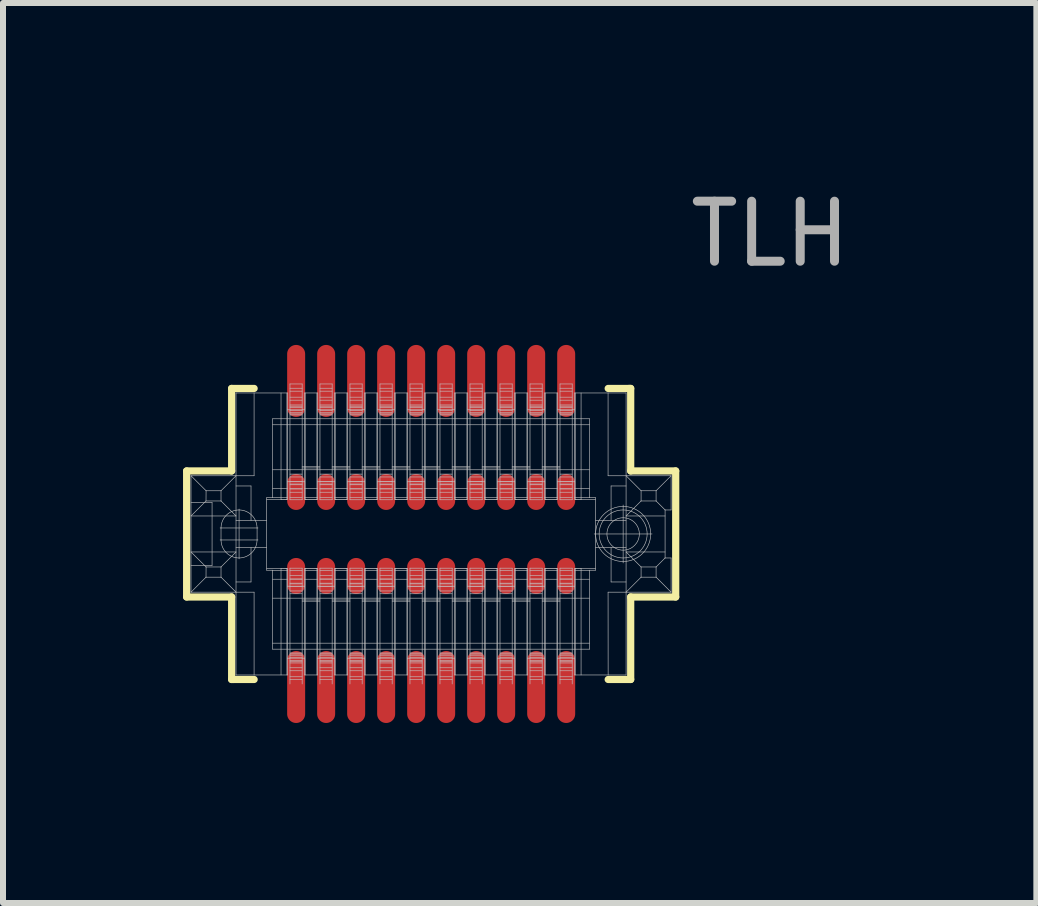
<source format=kicad_pcb>
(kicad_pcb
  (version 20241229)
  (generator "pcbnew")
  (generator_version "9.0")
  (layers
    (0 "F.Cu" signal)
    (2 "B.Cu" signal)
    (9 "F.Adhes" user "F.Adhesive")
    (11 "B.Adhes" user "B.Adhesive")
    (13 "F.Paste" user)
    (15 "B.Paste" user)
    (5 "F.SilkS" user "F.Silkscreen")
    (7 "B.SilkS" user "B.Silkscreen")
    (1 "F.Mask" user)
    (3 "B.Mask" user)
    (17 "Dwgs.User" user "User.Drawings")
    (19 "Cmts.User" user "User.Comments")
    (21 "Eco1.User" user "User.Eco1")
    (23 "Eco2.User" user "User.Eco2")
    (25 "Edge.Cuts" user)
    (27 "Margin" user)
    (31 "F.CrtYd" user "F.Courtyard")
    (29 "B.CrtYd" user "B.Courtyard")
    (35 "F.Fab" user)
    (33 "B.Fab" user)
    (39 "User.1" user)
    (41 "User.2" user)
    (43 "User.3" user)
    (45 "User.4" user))
  (footprint "TLH"
    (layer "F.Cu")
    (at 4.135 5.848)
    (property "Reference" "TLH" (at 5.65 -5 0) (layer "F.Fab") (effects (font (size 1 1) (thickness 0.15))))
    (attr through_hole)
    (fp_line (start -4.075 -1.05) (end -3.325 -1.05) (stroke (width 0.12) (type solid)) (layer "F.SilkS"))
    (fp_line (start -4.075 1.05) (end -4.075 -1.05) (stroke (width 0.12) (type solid)) (layer "F.SilkS"))
    (fp_line (start -3.325 -2.425) (end -2.95 -2.425) (stroke (width 0.12) (type solid)) (layer "F.SilkS"))
    (fp_line (start -3.325 -1.05) (end -3.325 -2.425) (stroke (width 0.12) (type solid)) (layer "F.SilkS"))
    (fp_line (start -3.325 1.05) (end -4.075 1.05) (stroke (width 0.12) (type solid)) (layer "F.SilkS"))
    (fp_line (start -3.325 2.425) (end -3.325 1.05) (stroke (width 0.12) (type solid)) (layer "F.SilkS"))
    (fp_line (start -3.3 2.425) (end -3.325 2.425) (stroke (width 0.12) (type solid)) (layer "F.SilkS"))
    (fp_line (start -2.95 2.425) (end -3.3 2.425) (stroke (width 0.12) (type solid)) (layer "F.SilkS"))
    (fp_line (start 2.95 -2.425) (end 3.3 -2.425) (stroke (width 0.12) (type solid)) (layer "F.SilkS"))
    (fp_line (start 3.3 -2.425) (end 3.325 -2.425) (stroke (width 0.12) (type solid)) (layer "F.SilkS"))
    (fp_line (start 3.325 -2.425) (end 3.325 -1.05) (stroke (width 0.12) (type solid)) (layer "F.SilkS"))
    (fp_line (start 3.325 -1.05) (end 4.075 -1.05) (stroke (width 0.12) (type solid)) (layer "F.SilkS"))
    (fp_line (start 3.325 1.05) (end 3.325 2.425) (stroke (width 0.12) (type solid)) (layer "F.SilkS"))
    (fp_line (start 3.325 2.425) (end 2.95 2.425) (stroke (width 0.12) (type solid)) (layer "F.SilkS"))
    (fp_line (start 4.075 -1.05) (end 4.075 1.05) (stroke (width 0.12) (type solid)) (layer "F.SilkS"))
    (fp_line (start 4.075 1.05) (end 3.325 1.05) (stroke (width 0.12) (type solid)) (layer "F.SilkS"))
    (fp_line (start -4.002 -0.97) (end -3.751 -0.72) (stroke (width 0.01) (type solid)) (layer "Dwgs.User"))
    (fp_line (start -4.002 0.3) (end -3.751 0.55) (stroke (width 0.01) (type solid)) (layer "Dwgs.User"))
    (fp_line (start -4.002 0.525) (end -3.651 0.525) (stroke (width 0.01) (type solid)) (layer "Dwgs.User"))
    (fp_line (start -4.002 0.97) (end -4.002 -0.97) (stroke (width 0.01) (type solid)) (layer "Dwgs.User"))
    (fp_line (start -3.752 -0.55) (end -4.002 -0.3) (stroke (width 0.01) (type solid)) (layer "Dwgs.User"))
    (fp_line (start -3.752 -0.55) (end -3.751 -0.72) (stroke (width 0.01) (type solid)) (layer "Dwgs.User"))
    (fp_line (start -3.752 0.72) (end -4.002 0.97) (stroke (width 0.01) (type solid)) (layer "Dwgs.User"))
    (fp_line (start -3.752 0.72) (end -3.751 0.55) (stroke (width 0.01) (type solid)) (layer "Dwgs.User"))
    (fp_line (start -3.651 -0.525) (end -4.002 -0.525) (stroke (width 0.01) (type solid)) (layer "Dwgs.User"))
    (fp_line (start -3.651 0.525) (end -3.651 -0.525) (stroke (width 0.01) (type solid)) (layer "Dwgs.User"))
    (fp_line (start -3.517 -0.1) (end -2.886 -0.1) (stroke (width 0.01) (type solid)) (layer "Dwgs.User"))
    (fp_line (start -3.517 0.1) (end -2.886 0.1) (stroke (width 0.01) (type solid)) (layer "Dwgs.User"))
    (fp_line (start -3.502 -0.72) (end -3.751 -0.72) (stroke (width 0.01) (type solid)) (layer "Dwgs.User"))
    (fp_line (start -3.502 -0.72) (end -3.502 -0.55) (stroke (width 0.01) (type solid)) (layer "Dwgs.User"))
    (fp_line (start -3.502 -0.72) (end -3.252 -0.97) (stroke (width 0.01) (type solid)) (layer "Dwgs.User"))
    (fp_line (start -3.502 -0.55) (end -3.752 -0.55) (stroke (width 0.01) (type solid)) (layer "Dwgs.User"))
    (fp_line (start -3.502 -0.1) (end -3.502 0.1) (stroke (width 0.01) (type solid)) (layer "Dwgs.User"))
    (fp_line (start -3.502 0.55) (end -3.751 0.55) (stroke (width 0.01) (type solid)) (layer "Dwgs.User"))
    (fp_line (start -3.502 0.55) (end -3.502 0.72) (stroke (width 0.01) (type solid)) (layer "Dwgs.User"))
    (fp_line (start -3.502 0.55) (end -3.252 0.3) (stroke (width 0.01) (type solid)) (layer "Dwgs.User"))
    (fp_line (start -3.502 0.72) (end -3.752 0.72) (stroke (width 0.01) (type solid)) (layer "Dwgs.User"))
    (fp_line (start -3.252 -2.35) (end -3.252 2.35) (stroke (width 0.01) (type solid)) (layer "Dwgs.User"))
    (fp_line (start -3.252 -2.35) (end -2.392 -2.35) (stroke (width 0.01) (type solid)) (layer "Dwgs.User"))
    (fp_line (start -3.252 -0.8) (end -3.002 -0.8) (stroke (width 0.01) (type solid)) (layer "Dwgs.User"))
    (fp_line (start -3.252 -0.3) (end -4.002 -0.3) (stroke (width 0.01) (type solid)) (layer "Dwgs.User"))
    (fp_line (start -3.252 -0.3) (end -3.502 -0.55) (stroke (width 0.01) (type solid)) (layer "Dwgs.User"))
    (fp_line (start -3.252 0.3) (end -4.002 0.3) (stroke (width 0.01) (type solid)) (layer "Dwgs.User"))
    (fp_line (start -3.252 0.97) (end -3.502 0.72) (stroke (width 0.01) (type solid)) (layer "Dwgs.User"))
    (fp_line (start -3.252 2.35) (end -2.392 2.35) (stroke (width 0.01) (type solid)) (layer "Dwgs.User"))
    (fp_line (start -3.201 0.415) (end -3.201 -0.415) (stroke (width 0.01) (type solid)) (layer "Dwgs.User"))
    (fp_line (start -3.002 -0.225) (end -3.002 -0.8) (stroke (width 0.01) (type solid)) (layer "Dwgs.User"))
    (fp_line (start -3.002 0.8) (end -3.252 0.8) (stroke (width 0.01) (type solid)) (layer "Dwgs.User"))
    (fp_line (start -3.002 0.8) (end -3.002 0.225) (stroke (width 0.01) (type solid)) (layer "Dwgs.User"))
    (fp_line (start -2.951 -0.97) (end -4.002 -0.97) (stroke (width 0.01) (type solid)) (layer "Dwgs.User"))
    (fp_line (start -2.951 -0.97) (end -2.951 -2.35) (stroke (width 0.01) (type solid)) (layer "Dwgs.User"))
    (fp_line (start -2.951 0.97) (end -4.002 0.97) (stroke (width 0.01) (type solid)) (layer "Dwgs.User"))
    (fp_line (start -2.951 0.97) (end -2.951 2.35) (stroke (width 0.01) (type solid)) (layer "Dwgs.User"))
    (fp_line (start -2.901 0.1) (end -2.901 -0.1) (stroke (width 0.01) (type solid)) (layer "Dwgs.User"))
    (fp_line (start -2.741 -0.604) (end -2.741 0.604) (stroke (width 0.01) (type solid)) (layer "Dwgs.User"))
    (fp_line (start -2.741 -0.225) (end -3.252 -0.225) (stroke (width 0.01) (type solid)) (layer "Dwgs.User"))
    (fp_line (start -2.741 0.225) (end -3.252 0.225) (stroke (width 0.01) (type solid)) (layer "Dwgs.User"))
    (fp_line (start -2.741 0.604) (end -2.642 0.604) (stroke (width 0.01) (type solid)) (layer "Dwgs.User"))
    (fp_line (start -2.642 -1.92) (end -2.642 -0.604) (stroke (width 0.01) (type solid)) (layer "Dwgs.User"))
    (fp_line (start -2.642 -0.604) (end -2.741 -0.604) (stroke (width 0.01) (type solid)) (layer "Dwgs.User"))
    (fp_line (start -2.642 0.604) (end -2.642 1.92) (stroke (width 0.01) (type solid)) (layer "Dwgs.User"))
    (fp_line (start -2.502 -0.573) (end -2.741 -0.573) (stroke (width 0.01) (type solid)) (layer "Dwgs.User"))
    (fp_line (start -2.502 -0.573) (end -2.502 -2.35) (stroke (width 0.01) (type solid)) (layer "Dwgs.User"))
    (fp_line (start -2.502 0.573) (end -2.741 0.573) (stroke (width 0.01) (type solid)) (layer "Dwgs.User"))
    (fp_line (start -2.502 0.573) (end -2.493 0.573) (stroke (width 0.01) (type solid)) (layer "Dwgs.User"))
    (fp_line (start -2.502 2.35) (end -2.502 0.573) (stroke (width 0.01) (type solid)) (layer "Dwgs.User"))
    (fp_line (start -2.498 -0.573) (end -2.502 -0.573) (stroke (width 0.01) (type solid)) (layer "Dwgs.User"))
    (fp_line (start -2.493 0.573) (end -2.484 0.573) (stroke (width 0.01) (type solid)) (layer "Dwgs.User"))
    (fp_line (start -2.489 -0.573) (end -2.498 -0.573) (stroke (width 0.01) (type solid)) (layer "Dwgs.User"))
    (fp_line (start -2.484 0.573) (end -2.476 0.573) (stroke (width 0.01) (type solid)) (layer "Dwgs.User"))
    (fp_line (start -2.481 -0.573) (end -2.489 -0.573) (stroke (width 0.01) (type solid)) (layer "Dwgs.User"))
    (fp_line (start -2.476 0.573) (end -2.467 0.573) (stroke (width 0.01) (type solid)) (layer "Dwgs.User"))
    (fp_line (start -2.472 -0.573) (end -2.481 -0.573) (stroke (width 0.01) (type solid)) (layer "Dwgs.User"))
    (fp_line (start -2.467 0.573) (end -2.459 0.573) (stroke (width 0.01) (type solid)) (layer "Dwgs.User"))
    (fp_line (start -2.464 -0.573) (end -2.472 -0.573) (stroke (width 0.01) (type solid)) (layer "Dwgs.User"))
    (fp_line (start -2.459 0.573) (end -2.451 0.573) (stroke (width 0.01) (type solid)) (layer "Dwgs.User"))
    (fp_line (start -2.456 -0.573) (end -2.464 -0.573) (stroke (width 0.01) (type solid)) (layer "Dwgs.User"))
    (fp_line (start -2.451 0.573) (end -2.444 0.574) (stroke (width 0.01) (type solid)) (layer "Dwgs.User"))
    (fp_line (start -2.449 -0.574) (end -2.456 -0.573) (stroke (width 0.01) (type solid)) (layer "Dwgs.User"))
    (fp_line (start -2.444 0.574) (end -2.437 0.574) (stroke (width 0.01) (type solid)) (layer "Dwgs.User"))
    (fp_line (start -2.441 -0.574) (end -2.449 -0.574) (stroke (width 0.01) (type solid)) (layer "Dwgs.User"))
    (fp_line (start -2.437 0.574) (end -2.431 0.574) (stroke (width 0.01) (type solid)) (layer "Dwgs.User"))
    (fp_line (start -2.435 -0.574) (end -2.441 -0.574) (stroke (width 0.01) (type solid)) (layer "Dwgs.User"))
    (fp_line (start -2.431 0.574) (end -2.425 0.574) (stroke (width 0.01) (type solid)) (layer "Dwgs.User"))
    (fp_line (start -2.428 -0.574) (end -2.435 -0.574) (stroke (width 0.01) (type solid)) (layer "Dwgs.User"))
    (fp_line (start -2.425 0.574) (end -2.42 0.574) (stroke (width 0.01) (type solid)) (layer "Dwgs.User"))
    (fp_line (start -2.423 -0.574) (end -2.428 -0.574) (stroke (width 0.01) (type solid)) (layer "Dwgs.User"))
    (fp_line (start -2.42 0.574) (end -2.415 0.575) (stroke (width 0.01) (type solid)) (layer "Dwgs.User"))
    (fp_line (start -2.418 -0.575) (end -2.423 -0.574) (stroke (width 0.01) (type solid)) (layer "Dwgs.User"))
    (fp_line (start -2.415 0.575) (end -2.411 0.575) (stroke (width 0.01) (type solid)) (layer "Dwgs.User"))
    (fp_line (start -2.413 -0.575) (end -2.418 -0.575) (stroke (width 0.01) (type solid)) (layer "Dwgs.User"))
    (fp_line (start -2.411 0.575) (end -2.408 0.575) (stroke (width 0.01) (type solid)) (layer "Dwgs.User"))
    (fp_line (start -2.409 -0.575) (end -2.413 -0.575) (stroke (width 0.01) (type solid)) (layer "Dwgs.User"))
    (fp_line (start -2.408 0.575) (end -2.405 0.576) (stroke (width 0.01) (type solid)) (layer "Dwgs.User"))
    (fp_line (start -2.406 -0.575) (end -2.409 -0.575) (stroke (width 0.01) (type solid)) (layer "Dwgs.User"))
    (fp_line (start -2.405 0.576) (end -2.404 0.576) (stroke (width 0.01) (type solid)) (layer "Dwgs.User"))
    (fp_line (start -2.404 -0.576) (end -2.406 -0.575) (stroke (width 0.01) (type solid)) (layer "Dwgs.User"))
    (fp_line (start -2.404 -0.576) (end -2.404 -2.35) (stroke (width 0.01) (type solid)) (layer "Dwgs.User"))
    (fp_line (start -2.404 -0.576) (end -2.392 -0.578) (stroke (width 0.01) (type solid)) (layer "Dwgs.User"))
    (fp_line (start -2.404 2.35) (end -2.404 0.576) (stroke (width 0.01) (type solid)) (layer "Dwgs.User"))
    (fp_line (start -2.392 -2.35) (end -2.392 -2.07) (stroke (width 0.01) (type solid)) (layer "Dwgs.User"))
    (fp_line (start -2.392 -2.07) (end -2.111 -2.07) (stroke (width 0.01) (type solid)) (layer "Dwgs.User"))
    (fp_line (start -2.392 -0.87) (end -2.392 -2.07) (stroke (width 0.01) (type solid)) (layer "Dwgs.User"))
    (fp_line (start -2.392 -0.87) (end -2.392 -0.578) (stroke (width 0.01) (type solid)) (layer "Dwgs.User"))
    (fp_line (start -2.392 -0.755) (end -2.641 -0.755) (stroke (width 0.01) (type solid)) (layer "Dwgs.User"))
    (fp_line (start -2.392 -0.607) (end -2.641 -0.607) (stroke (width 0.01) (type solid)) (layer "Dwgs.User"))
    (fp_line (start -2.392 0.578) (end -2.404 0.576) (stroke (width 0.01) (type solid)) (layer "Dwgs.User"))
    (fp_line (start -2.392 0.578) (end -2.392 0.87) (stroke (width 0.01) (type solid)) (layer "Dwgs.User"))
    (fp_line (start -2.392 0.608) (end -2.641 0.608) (stroke (width 0.01) (type solid)) (layer "Dwgs.User"))
    (fp_line (start -2.392 0.755) (end -2.641 0.755) (stroke (width 0.01) (type solid)) (layer "Dwgs.User"))
    (fp_line (start -2.392 0.87) (end -2.111 0.87) (stroke (width 0.01) (type solid)) (layer "Dwgs.User"))
    (fp_line (start -2.392 2.07) (end -2.392 0.87) (stroke (width 0.01) (type solid)) (layer "Dwgs.User"))
    (fp_line (start -2.392 2.07) (end -2.392 2.35) (stroke (width 0.01) (type solid)) (layer "Dwgs.User"))
    (fp_line (start -2.353 -2.5) (end -2.353 -2.07) (stroke (width 0.01) (type solid)) (layer "Dwgs.User"))
    (fp_line (start -2.353 -2.5) (end -2.15 -2.5) (stroke (width 0.01) (type solid)) (layer "Dwgs.User"))
    (fp_line (start -2.353 -2.428) (end -2.15 -2.428) (stroke (width 0.01) (type solid)) (layer "Dwgs.User"))
    (fp_line (start -2.353 -2.38) (end -2.15 -2.38) (stroke (width 0.01) (type solid)) (layer "Dwgs.User"))
    (fp_line (start -2.353 -2.28) (end -2.15 -2.28) (stroke (width 0.01) (type solid)) (layer "Dwgs.User"))
    (fp_line (start -2.353 -2.23) (end -2.15 -2.23) (stroke (width 0.01) (type solid)) (layer "Dwgs.User"))
    (fp_line (start -2.353 -2.15) (end -2.15 -2.15) (stroke (width 0.01) (type solid)) (layer "Dwgs.User"))
    (fp_line (start -2.353 -2.13) (end -2.15 -2.13) (stroke (width 0.01) (type solid)) (layer "Dwgs.User"))
    (fp_line (start -2.353 -2.106) (end -2.15 -2.106) (stroke (width 0.01) (type solid)) (layer "Dwgs.User"))
    (fp_line (start -2.353 -2.07) (end -2.353 -0.87) (stroke (width 0.01) (type solid)) (layer "Dwgs.User"))
    (fp_line (start -2.353 -2.054) (end -2.15 -2.054) (stroke (width 0.01) (type solid)) (layer "Dwgs.User"))
    (fp_line (start -2.353 -2.02) (end -2.15 -2.02) (stroke (width 0.01) (type solid)) (layer "Dwgs.User"))
    (fp_line (start -2.353 -2) (end -2.15 -2) (stroke (width 0.01) (type solid)) (layer "Dwgs.User"))
    (fp_line (start -2.353 -1.983) (end -2.15 -1.983) (stroke (width 0.01) (type solid)) (layer "Dwgs.User"))
    (fp_line (start -2.353 -0.997) (end -2.15 -0.997) (stroke (width 0.01) (type solid)) (layer "Dwgs.User"))
    (fp_line (start -2.353 -0.95) (end -2.15 -0.95) (stroke (width 0.01) (type solid)) (layer "Dwgs.User"))
    (fp_line (start -2.353 -0.874) (end -2.15 -0.874) (stroke (width 0.01) (type solid)) (layer "Dwgs.User"))
    (fp_line (start -2.353 -0.87) (end -2.353 -0.57) (stroke (width 0.01) (type solid)) (layer "Dwgs.User"))
    (fp_line (start -2.353 -0.832) (end -2.15 -0.832) (stroke (width 0.01) (type solid)) (layer "Dwgs.User"))
    (fp_line (start -2.353 -0.82) (end -2.15 -0.82) (stroke (width 0.01) (type solid)) (layer "Dwgs.User"))
    (fp_line (start -2.353 -0.753) (end -2.15 -0.753) (stroke (width 0.01) (type solid)) (layer "Dwgs.User"))
    (fp_line (start -2.353 -0.75) (end -2.15 -0.75) (stroke (width 0.01) (type solid)) (layer "Dwgs.User"))
    (fp_line (start -2.353 -0.695) (end -2.15 -0.695) (stroke (width 0.01) (type solid)) (layer "Dwgs.User"))
    (fp_line (start -2.353 -0.61) (end -2.15 -0.61) (stroke (width 0.01) (type solid)) (layer "Dwgs.User"))
    (fp_line (start -2.353 -0.57) (end -2.15 -0.57) (stroke (width 0.01) (type solid)) (layer "Dwgs.User"))
    (fp_line (start -2.353 0.57) (end -2.353 0.87) (stroke (width 0.01) (type solid)) (layer "Dwgs.User"))
    (fp_line (start -2.353 0.87) (end -2.353 2.07) (stroke (width 0.01) (type solid)) (layer "Dwgs.User"))
    (fp_line (start -2.353 2.07) (end -2.353 2.5) (stroke (width 0.01) (type solid)) (layer "Dwgs.User"))
    (fp_line (start -2.15 -2.07) (end -2.15 -2.5) (stroke (width 0.01) (type solid)) (layer "Dwgs.User"))
    (fp_line (start -2.15 -1.1) (end -1.853 -1.1) (stroke (width 0.01) (type solid)) (layer "Dwgs.User"))
    (fp_line (start -2.15 -0.87) (end -2.15 -2.07) (stroke (width 0.01) (type solid)) (layer "Dwgs.User"))
    (fp_line (start -2.15 -0.57) (end -2.15 -0.87) (stroke (width 0.01) (type solid)) (layer "Dwgs.User"))
    (fp_line (start -2.15 0.57) (end -2.353 0.57) (stroke (width 0.01) (type solid)) (layer "Dwgs.User"))
    (fp_line (start -2.15 0.61) (end -2.353 0.61) (stroke (width 0.01) (type solid)) (layer "Dwgs.User"))
    (fp_line (start -2.15 0.695) (end -2.353 0.695) (stroke (width 0.01) (type solid)) (layer "Dwgs.User"))
    (fp_line (start -2.15 0.75) (end -2.353 0.75) (stroke (width 0.01) (type solid)) (layer "Dwgs.User"))
    (fp_line (start -2.15 0.753) (end -2.353 0.753) (stroke (width 0.01) (type solid)) (layer "Dwgs.User"))
    (fp_line (start -2.15 0.82) (end -2.353 0.82) (stroke (width 0.01) (type solid)) (layer "Dwgs.User"))
    (fp_line (start -2.15 0.832) (end -2.353 0.832) (stroke (width 0.01) (type solid)) (layer "Dwgs.User"))
    (fp_line (start -2.15 0.87) (end -2.15 0.57) (stroke (width 0.01) (type solid)) (layer "Dwgs.User"))
    (fp_line (start -2.15 0.874) (end -2.353 0.874) (stroke (width 0.01) (type solid)) (layer "Dwgs.User"))
    (fp_line (start -2.15 0.95) (end -2.353 0.95) (stroke (width 0.01) (type solid)) (layer "Dwgs.User"))
    (fp_line (start -2.15 0.997) (end -2.353 0.997) (stroke (width 0.01) (type solid)) (layer "Dwgs.User"))
    (fp_line (start -2.15 1.12) (end -1.853 1.12) (stroke (width 0.01) (type solid)) (layer "Dwgs.User"))
    (fp_line (start -2.15 1.983) (end -2.353 1.983) (stroke (width 0.01) (type solid)) (layer "Dwgs.User"))
    (fp_line (start -2.15 2) (end -2.353 2) (stroke (width 0.01) (type solid)) (layer "Dwgs.User"))
    (fp_line (start -2.15 2.02) (end -2.353 2.02) (stroke (width 0.01) (type solid)) (layer "Dwgs.User"))
    (fp_line (start -2.15 2.054) (end -2.353 2.054) (stroke (width 0.01) (type solid)) (layer "Dwgs.User"))
    (fp_line (start -2.15 2.07) (end -2.15 0.87) (stroke (width 0.01) (type solid)) (layer "Dwgs.User"))
    (fp_line (start -2.15 2.106) (end -2.353 2.106) (stroke (width 0.01) (type solid)) (layer "Dwgs.User"))
    (fp_line (start -2.15 2.13) (end -2.353 2.13) (stroke (width 0.01) (type solid)) (layer "Dwgs.User"))
    (fp_line (start -2.15 2.15) (end -2.353 2.15) (stroke (width 0.01) (type solid)) (layer "Dwgs.User"))
    (fp_line (start -2.15 2.23) (end -2.353 2.23) (stroke (width 0.01) (type solid)) (layer "Dwgs.User"))
    (fp_line (start -2.15 2.28) (end -2.353 2.28) (stroke (width 0.01) (type solid)) (layer "Dwgs.User"))
    (fp_line (start -2.15 2.38) (end -2.353 2.38) (stroke (width 0.01) (type solid)) (layer "Dwgs.User"))
    (fp_line (start -2.15 2.428) (end -2.353 2.428) (stroke (width 0.01) (type solid)) (layer "Dwgs.User"))
    (fp_line (start -2.15 2.5) (end -2.15 2.07) (stroke (width 0.01) (type solid)) (layer "Dwgs.User"))
    (fp_line (start -2.111 -0.87) (end -2.392 -0.87) (stroke (width 0.01) (type solid)) (layer "Dwgs.User"))
    (fp_line (start -2.111 -0.87) (end -2.111 -2.07) (stroke (width 0.01) (type solid)) (layer "Dwgs.User"))
    (fp_line (start -2.111 -0.578) (end -2.111 -0.87) (stroke (width 0.01) (type solid)) (layer "Dwgs.User"))
    (fp_line (start -2.111 -0.578) (end -2.099 -0.576) (stroke (width 0.01) (type solid)) (layer "Dwgs.User"))
    (fp_line (start -2.111 2.07) (end -2.392 2.07) (stroke (width 0.01) (type solid)) (layer "Dwgs.User"))
    (fp_line (start -2.111 2.07) (end -2.111 0.87) (stroke (width 0.01) (type solid)) (layer "Dwgs.User"))
    (fp_line (start -2.111 2.35) (end -2.111 2.07) (stroke (width 0.01) (type solid)) (layer "Dwgs.User"))
    (fp_line (start -2.111 -2.35) (end -1.891 -2.35) (stroke (width 0.01) (type solid)) (layer "Dwgs.User"))
    (fp_line (start -2.111 -2.07) (end -2.111 -2.35) (stroke (width 0.01) (type solid)) (layer "Dwgs.User"))
    (fp_line (start -2.111 0.87) (end -2.111 0.578) (stroke (width 0.01) (type solid)) (layer "Dwgs.User"))
    (fp_line (start -2.099 -0.576) (end -2.099 -2.35) (stroke (width 0.01) (type solid)) (layer "Dwgs.User"))
    (fp_line (start -2.099 0.576) (end -2.111 0.578) (stroke (width 0.01) (type solid)) (layer "Dwgs.User"))
    (fp_line (start -2.099 0.576) (end -2.097 0.575) (stroke (width 0.01) (type solid)) (layer "Dwgs.User"))
    (fp_line (start -2.099 2.35) (end -2.099 0.576) (stroke (width 0.01) (type solid)) (layer "Dwgs.User"))
    (fp_line (start -2.097 -0.575) (end -2.099 -0.576) (stroke (width 0.01) (type solid)) (layer "Dwgs.User"))
    (fp_line (start -2.097 0.575) (end -2.094 0.575) (stroke (width 0.01) (type solid)) (layer "Dwgs.User"))
    (fp_line (start -2.094 -0.575) (end -2.097 -0.575) (stroke (width 0.01) (type solid)) (layer "Dwgs.User"))
    (fp_line (start -2.094 0.575) (end -2.09 0.575) (stroke (width 0.01) (type solid)) (layer "Dwgs.User"))
    (fp_line (start -2.091 -0.575) (end -2.094 -0.575) (stroke (width 0.01) (type solid)) (layer "Dwgs.User"))
    (fp_line (start -2.09 0.575) (end -2.085 0.575) (stroke (width 0.01) (type solid)) (layer "Dwgs.User"))
    (fp_line (start -2.086 -0.575) (end -2.091 -0.575) (stroke (width 0.01) (type solid)) (layer "Dwgs.User"))
    (fp_line (start -2.085 0.575) (end -2.08 0.574) (stroke (width 0.01) (type solid)) (layer "Dwgs.User"))
    (fp_line (start -2.081 -0.574) (end -2.086 -0.575) (stroke (width 0.01) (type solid)) (layer "Dwgs.User"))
    (fp_line (start -2.08 0.574) (end -2.075 0.574) (stroke (width 0.01) (type solid)) (layer "Dwgs.User"))
    (fp_line (start -2.076 -0.574) (end -2.081 -0.574) (stroke (width 0.01) (type solid)) (layer "Dwgs.User"))
    (fp_line (start -2.075 0.574) (end -2.068 0.574) (stroke (width 0.01) (type solid)) (layer "Dwgs.User"))
    (fp_line (start -2.07 -0.574) (end -2.076 -0.574) (stroke (width 0.01) (type solid)) (layer "Dwgs.User"))
    (fp_line (start -2.068 0.574) (end -2.062 0.574) (stroke (width 0.01) (type solid)) (layer "Dwgs.User"))
    (fp_line (start -2.063 -0.574) (end -2.07 -0.574) (stroke (width 0.01) (type solid)) (layer "Dwgs.User"))
    (fp_line (start -2.062 0.574) (end -2.054 0.574) (stroke (width 0.01) (type solid)) (layer "Dwgs.User"))
    (fp_line (start -2.056 -0.574) (end -2.063 -0.574) (stroke (width 0.01) (type solid)) (layer "Dwgs.User"))
    (fp_line (start -2.054 0.574) (end -2.047 0.573) (stroke (width 0.01) (type solid)) (layer "Dwgs.User"))
    (fp_line (start -2.048 -0.573) (end -2.056 -0.574) (stroke (width 0.01) (type solid)) (layer "Dwgs.User"))
    (fp_line (start -2.047 0.573) (end -2.039 0.573) (stroke (width 0.01) (type solid)) (layer "Dwgs.User"))
    (fp_line (start -2.041 -0.573) (end -2.048 -0.573) (stroke (width 0.01) (type solid)) (layer "Dwgs.User"))
    (fp_line (start -2.039 0.573) (end -2.031 0.573) (stroke (width 0.01) (type solid)) (layer "Dwgs.User"))
    (fp_line (start -2.032 -0.573) (end -2.041 -0.573) (stroke (width 0.01) (type solid)) (layer "Dwgs.User"))
    (fp_line (start -2.031 0.573) (end -2.022 0.573) (stroke (width 0.01) (type solid)) (layer "Dwgs.User"))
    (fp_line (start -2.024 -0.573) (end -2.032 -0.573) (stroke (width 0.01) (type solid)) (layer "Dwgs.User"))
    (fp_line (start -2.022 0.573) (end -2.014 0.573) (stroke (width 0.01) (type solid)) (layer "Dwgs.User"))
    (fp_line (start -2.015 -0.573) (end -2.024 -0.573) (stroke (width 0.01) (type solid)) (layer "Dwgs.User"))
    (fp_line (start -2.014 0.573) (end -2.005 0.573) (stroke (width 0.01) (type solid)) (layer "Dwgs.User"))
    (fp_line (start -2.007 -0.573) (end -2.015 -0.573) (stroke (width 0.01) (type solid)) (layer "Dwgs.User"))
    (fp_line (start -2.005 0.573) (end -1.996 0.573) (stroke (width 0.01) (type solid)) (layer "Dwgs.User"))
    (fp_line (start -1.998 -0.573) (end -2.007 -0.573) (stroke (width 0.01) (type solid)) (layer "Dwgs.User"))
    (fp_line (start -1.996 0.573) (end -1.988 0.573) (stroke (width 0.01) (type solid)) (layer "Dwgs.User"))
    (fp_line (start -1.989 -0.573) (end -1.998 -0.573) (stroke (width 0.01) (type solid)) (layer "Dwgs.User"))
    (fp_line (start -1.988 0.573) (end -1.979 0.573) (stroke (width 0.01) (type solid)) (layer "Dwgs.User"))
    (fp_line (start -1.981 -0.573) (end -1.989 -0.573) (stroke (width 0.01) (type solid)) (layer "Dwgs.User"))
    (fp_line (start -1.979 0.573) (end -1.971 0.573) (stroke (width 0.01) (type solid)) (layer "Dwgs.User"))
    (fp_line (start -1.972 -0.573) (end -1.981 -0.573) (stroke (width 0.01) (type solid)) (layer "Dwgs.User"))
    (fp_line (start -1.971 0.573) (end -1.962 0.573) (stroke (width 0.01) (type solid)) (layer "Dwgs.User"))
    (fp_line (start -1.964 -0.573) (end -1.972 -0.573) (stroke (width 0.01) (type solid)) (layer "Dwgs.User"))
    (fp_line (start -1.962 0.573) (end -1.955 0.573) (stroke (width 0.01) (type solid)) (layer "Dwgs.User"))
    (fp_line (start -1.956 -0.573) (end -1.964 -0.573) (stroke (width 0.01) (type solid)) (layer "Dwgs.User"))
    (fp_line (start -1.955 0.573) (end -1.947 0.574) (stroke (width 0.01) (type solid)) (layer "Dwgs.User"))
    (fp_line (start -1.949 -0.574) (end -1.956 -0.573) (stroke (width 0.01) (type solid)) (layer "Dwgs.User"))
    (fp_line (start -1.947 0.574) (end -1.94 0.574) (stroke (width 0.01) (type solid)) (layer "Dwgs.User"))
    (fp_line (start -1.941 -0.574) (end -1.949 -0.574) (stroke (width 0.01) (type solid)) (layer "Dwgs.User"))
    (fp_line (start -1.94 0.574) (end -1.933 0.574) (stroke (width 0.01) (type solid)) (layer "Dwgs.User"))
    (fp_line (start -1.935 -0.574) (end -1.941 -0.574) (stroke (width 0.01) (type solid)) (layer "Dwgs.User"))
    (fp_line (start -1.933 0.574) (end -1.927 0.574) (stroke (width 0.01) (type solid)) (layer "Dwgs.User"))
    (fp_line (start -1.928 -0.574) (end -1.935 -0.574) (stroke (width 0.01) (type solid)) (layer "Dwgs.User"))
    (fp_line (start -1.927 0.574) (end -1.922 0.574) (stroke (width 0.01) (type solid)) (layer "Dwgs.User"))
    (fp_line (start -1.923 -0.574) (end -1.928 -0.574) (stroke (width 0.01) (type solid)) (layer "Dwgs.User"))
    (fp_line (start -1.922 0.574) (end -1.917 0.575) (stroke (width 0.01) (type solid)) (layer "Dwgs.User"))
    (fp_line (start -1.918 -0.575) (end -1.923 -0.574) (stroke (width 0.01) (type solid)) (layer "Dwgs.User"))
    (fp_line (start -1.917 0.575) (end -1.912 0.575) (stroke (width 0.01) (type solid)) (layer "Dwgs.User"))
    (fp_line (start -1.913 -0.575) (end -1.918 -0.575) (stroke (width 0.01) (type solid)) (layer "Dwgs.User"))
    (fp_line (start -1.912 0.575) (end -1.909 0.575) (stroke (width 0.01) (type solid)) (layer "Dwgs.User"))
    (fp_line (start -1.909 -0.575) (end -1.913 -0.575) (stroke (width 0.01) (type solid)) (layer "Dwgs.User"))
    (fp_line (start -1.909 0.575) (end -1.906 0.575) (stroke (width 0.01) (type solid)) (layer "Dwgs.User"))
    (fp_line (start -1.906 -0.575) (end -1.909 -0.575) (stroke (width 0.01) (type solid)) (layer "Dwgs.User"))
    (fp_line (start -1.906 0.575) (end -1.904 0.576) (stroke (width 0.01) (type solid)) (layer "Dwgs.User"))
    (fp_line (start -1.904 -0.576) (end -1.906 -0.575) (stroke (width 0.01) (type solid)) (layer "Dwgs.User"))
    (fp_line (start -1.904 -0.576) (end -1.904 -2.35) (stroke (width 0.01) (type solid)) (layer "Dwgs.User"))
    (fp_line (start -1.904 -0.576) (end -1.891 -0.578) (stroke (width 0.01) (type solid)) (layer "Dwgs.User"))
    (fp_line (start -1.904 2.35) (end -1.904 0.576) (stroke (width 0.01) (type solid)) (layer "Dwgs.User"))
    (fp_line (start -1.891 -2.35) (end -1.891 -2.07) (stroke (width 0.01) (type solid)) (layer "Dwgs.User"))
    (fp_line (start -1.891 -2.07) (end -1.611 -2.07) (stroke (width 0.01) (type solid)) (layer "Dwgs.User"))
    (fp_line (start -1.891 -0.87) (end -1.891 -2.07) (stroke (width 0.01) (type solid)) (layer "Dwgs.User"))
    (fp_line (start -1.891 -0.87) (end -1.891 -0.578) (stroke (width 0.01) (type solid)) (layer "Dwgs.User"))
    (fp_line (start -1.891 -0.755) (end -2.111 -0.755) (stroke (width 0.01) (type solid)) (layer "Dwgs.User"))
    (fp_line (start -1.891 -0.607) (end -2.111 -0.607) (stroke (width 0.01) (type solid)) (layer "Dwgs.User"))
    (fp_line (start -1.891 0.578) (end -1.904 0.576) (stroke (width 0.01) (type solid)) (layer "Dwgs.User"))
    (fp_line (start -1.891 0.578) (end -1.891 0.87) (stroke (width 0.01) (type solid)) (layer "Dwgs.User"))
    (fp_line (start -1.891 0.608) (end -2.111 0.608) (stroke (width 0.01) (type solid)) (layer "Dwgs.User"))
    (fp_line (start -1.891 0.755) (end -2.111 0.755) (stroke (width 0.01) (type solid)) (layer "Dwgs.User"))
    (fp_line (start -1.891 0.87) (end -1.611 0.87) (stroke (width 0.01) (type solid)) (layer "Dwgs.User"))
    (fp_line (start -1.891 2.07) (end -1.891 0.87) (stroke (width 0.01) (type solid)) (layer "Dwgs.User"))
    (fp_line (start -1.891 2.07) (end -1.891 2.35) (stroke (width 0.01) (type solid)) (layer "Dwgs.User"))
    (fp_line (start -1.891 2.35) (end -2.111 2.35) (stroke (width 0.01) (type solid)) (layer "Dwgs.User"))
    (fp_line (start -1.853 -2.5) (end -1.853 -2.07) (stroke (width 0.01) (type solid)) (layer "Dwgs.User"))
    (fp_line (start -1.853 -2.5) (end -1.65 -2.5) (stroke (width 0.01) (type solid)) (layer "Dwgs.User"))
    (fp_line (start -1.853 -2.428) (end -1.65 -2.428) (stroke (width 0.01) (type solid)) (layer "Dwgs.User"))
    (fp_line (start -1.853 -2.38) (end -1.65 -2.38) (stroke (width 0.01) (type solid)) (layer "Dwgs.User"))
    (fp_line (start -1.853 -2.28) (end -1.65 -2.28) (stroke (width 0.01) (type solid)) (layer "Dwgs.User"))
    (fp_line (start -1.853 -2.23) (end -1.65 -2.23) (stroke (width 0.01) (type solid)) (layer "Dwgs.User"))
    (fp_line (start -1.853 -2.15) (end -1.65 -2.15) (stroke (width 0.01) (type solid)) (layer "Dwgs.User"))
    (fp_line (start -1.853 -2.13) (end -1.65 -2.13) (stroke (width 0.01) (type solid)) (layer "Dwgs.User"))
    (fp_line (start -1.853 -2.106) (end -1.65 -2.106) (stroke (width 0.01) (type solid)) (layer "Dwgs.User"))
    (fp_line (start -1.853 -2.07) (end -1.853 -0.87) (stroke (width 0.01) (type solid)) (layer "Dwgs.User"))
    (fp_line (start -1.853 -2.054) (end -1.65 -2.054) (stroke (width 0.01) (type solid)) (layer "Dwgs.User"))
    (fp_line (start -1.853 -2.02) (end -1.65 -2.02) (stroke (width 0.01) (type solid)) (layer "Dwgs.User"))
    (fp_line (start -1.853 -2) (end -1.65 -2) (stroke (width 0.01) (type solid)) (layer "Dwgs.User"))
    (fp_line (start -1.853 -1.983) (end -1.65 -1.983) (stroke (width 0.01) (type solid)) (layer "Dwgs.User"))
    (fp_line (start -1.853 -1.12) (end -2.15 -1.12) (stroke (width 0.01) (type solid)) (layer "Dwgs.User"))
    (fp_line (start -1.853 -0.61) (end -1.65 -0.61) (stroke (width 0.01) (type solid)) (layer "Dwgs.User"))
    (fp_line (start -1.853 -0.57) (end -1.65 -0.57) (stroke (width 0.01) (type solid)) (layer "Dwgs.User"))
    (fp_line (start -1.853 0.57) (end -1.853 0.87) (stroke (width 0.01) (type solid)) (layer "Dwgs.User"))
    (fp_line (start -1.853 0.87) (end -1.853 2.07) (stroke (width 0.01) (type solid)) (layer "Dwgs.User"))
    (fp_line (start -1.853 1.1) (end -2.15 1.1) (stroke (width 0.01) (type solid)) (layer "Dwgs.User"))
    (fp_line (start -1.853 2.07) (end -1.853 2.5) (stroke (width 0.01) (type solid)) (layer "Dwgs.User"))
    (fp_line (start -1.853 -0.997) (end -1.65 -0.997) (stroke (width 0.01) (type solid)) (layer "Dwgs.User"))
    (fp_line (start -1.853 -0.95) (end -1.65 -0.95) (stroke (width 0.01) (type solid)) (layer "Dwgs.User"))
    (fp_line (start -1.853 -0.874) (end -1.65 -0.874) (stroke (width 0.01) (type solid)) (layer "Dwgs.User"))
    (fp_line (start -1.853 -0.87) (end -1.853 -0.57) (stroke (width 0.01) (type solid)) (layer "Dwgs.User"))
    (fp_line (start -1.853 -0.832) (end -1.65 -0.832) (stroke (width 0.01) (type solid)) (layer "Dwgs.User"))
    (fp_line (start -1.853 -0.82) (end -1.65 -0.82) (stroke (width 0.01) (type solid)) (layer "Dwgs.User"))
    (fp_line (start -1.853 -0.753) (end -1.65 -0.753) (stroke (width 0.01) (type solid)) (layer "Dwgs.User"))
    (fp_line (start -1.853 -0.75) (end -1.65 -0.75) (stroke (width 0.01) (type solid)) (layer "Dwgs.User"))
    (fp_line (start -1.853 -0.695) (end -1.65 -0.695) (stroke (width 0.01) (type solid)) (layer "Dwgs.User"))
    (fp_line (start -1.65 0.57) (end -1.853 0.57) (stroke (width 0.01) (type solid)) (layer "Dwgs.User"))
    (fp_line (start -1.65 0.61) (end -1.853 0.61) (stroke (width 0.01) (type solid)) (layer "Dwgs.User"))
    (fp_line (start -1.65 0.695) (end -1.853 0.695) (stroke (width 0.01) (type solid)) (layer "Dwgs.User"))
    (fp_line (start -1.65 0.75) (end -1.853 0.75) (stroke (width 0.01) (type solid)) (layer "Dwgs.User"))
    (fp_line (start -1.65 0.753) (end -1.853 0.753) (stroke (width 0.01) (type solid)) (layer "Dwgs.User"))
    (fp_line (start -1.65 0.82) (end -1.853 0.82) (stroke (width 0.01) (type solid)) (layer "Dwgs.User"))
    (fp_line (start -1.65 0.832) (end -1.853 0.832) (stroke (width 0.01) (type solid)) (layer "Dwgs.User"))
    (fp_line (start -1.65 0.87) (end -1.65 0.57) (stroke (width 0.01) (type solid)) (layer "Dwgs.User"))
    (fp_line (start -1.65 0.874) (end -1.853 0.874) (stroke (width 0.01) (type solid)) (layer "Dwgs.User"))
    (fp_line (start -1.65 0.95) (end -1.853 0.95) (stroke (width 0.01) (type solid)) (layer "Dwgs.User"))
    (fp_line (start -1.65 0.997) (end -1.853 0.997) (stroke (width 0.01) (type solid)) (layer "Dwgs.User"))
    (fp_line (start -1.65 1.12) (end -1.353 1.12) (stroke (width 0.01) (type solid)) (layer "Dwgs.User"))
    (fp_line (start -1.65 1.983) (end -1.853 1.983) (stroke (width 0.01) (type solid)) (layer "Dwgs.User"))
    (fp_line (start -1.65 2) (end -1.853 2) (stroke (width 0.01) (type solid)) (layer "Dwgs.User"))
    (fp_line (start -1.65 2.02) (end -1.853 2.02) (stroke (width 0.01) (type solid)) (layer "Dwgs.User"))
    (fp_line (start -1.65 2.054) (end -1.853 2.054) (stroke (width 0.01) (type solid)) (layer "Dwgs.User"))
    (fp_line (start -1.65 2.07) (end -1.65 0.87) (stroke (width 0.01) (type solid)) (layer "Dwgs.User"))
    (fp_line (start -1.65 2.106) (end -1.853 2.106) (stroke (width 0.01) (type solid)) (layer "Dwgs.User"))
    (fp_line (start -1.65 2.13) (end -1.853 2.13) (stroke (width 0.01) (type solid)) (layer "Dwgs.User"))
    (fp_line (start -1.65 2.15) (end -1.853 2.15) (stroke (width 0.01) (type solid)) (layer "Dwgs.User"))
    (fp_line (start -1.65 2.23) (end -1.853 2.23) (stroke (width 0.01) (type solid)) (layer "Dwgs.User"))
    (fp_line (start -1.65 2.28) (end -1.853 2.28) (stroke (width 0.01) (type solid)) (layer "Dwgs.User"))
    (fp_line (start -1.65 2.38) (end -1.853 2.38) (stroke (width 0.01) (type solid)) (layer "Dwgs.User"))
    (fp_line (start -1.65 2.428) (end -1.853 2.428) (stroke (width 0.01) (type solid)) (layer "Dwgs.User"))
    (fp_line (start -1.65 2.5) (end -1.65 2.07) (stroke (width 0.01) (type solid)) (layer "Dwgs.User"))
    (fp_line (start -1.65 -2.07) (end -1.65 -2.5) (stroke (width 0.01) (type solid)) (layer "Dwgs.User"))
    (fp_line (start -1.65 -1.1) (end -1.353 -1.1) (stroke (width 0.01) (type solid)) (layer "Dwgs.User"))
    (fp_line (start -1.65 -0.87) (end -1.65 -2.07) (stroke (width 0.01) (type solid)) (layer "Dwgs.User"))
    (fp_line (start -1.65 -0.57) (end -1.65 -0.87) (stroke (width 0.01) (type solid)) (layer "Dwgs.User"))
    (fp_line (start -1.611 -0.87) (end -1.891 -0.87) (stroke (width 0.01) (type solid)) (layer "Dwgs.User"))
    (fp_line (start -1.611 -0.87) (end -1.611 -2.07) (stroke (width 0.01) (type solid)) (layer "Dwgs.User"))
    (fp_line (start -1.611 -0.578) (end -1.611 -0.87) (stroke (width 0.01) (type solid)) (layer "Dwgs.User"))
    (fp_line (start -1.611 -0.578) (end -1.599 -0.576) (stroke (width 0.01) (type solid)) (layer "Dwgs.User"))
    (fp_line (start -1.611 2.07) (end -1.891 2.07) (stroke (width 0.01) (type solid)) (layer "Dwgs.User"))
    (fp_line (start -1.611 2.07) (end -1.611 0.87) (stroke (width 0.01) (type solid)) (layer "Dwgs.User"))
    (fp_line (start -1.611 2.35) (end -1.611 2.07) (stroke (width 0.01) (type solid)) (layer "Dwgs.User"))
    (fp_line (start -1.611 -2.35) (end -1.391 -2.35) (stroke (width 0.01) (type solid)) (layer "Dwgs.User"))
    (fp_line (start -1.611 -2.07) (end -1.611 -2.35) (stroke (width 0.01) (type solid)) (layer "Dwgs.User"))
    (fp_line (start -1.611 0.87) (end -1.611 0.578) (stroke (width 0.01) (type solid)) (layer "Dwgs.User"))
    (fp_line (start -1.599 -0.576) (end -1.599 -2.35) (stroke (width 0.01) (type solid)) (layer "Dwgs.User"))
    (fp_line (start -1.599 0.576) (end -1.611 0.578) (stroke (width 0.01) (type solid)) (layer "Dwgs.User"))
    (fp_line (start -1.599 0.576) (end -1.597 0.575) (stroke (width 0.01) (type solid)) (layer "Dwgs.User"))
    (fp_line (start -1.599 2.35) (end -1.599 0.576) (stroke (width 0.01) (type solid)) (layer "Dwgs.User"))
    (fp_line (start -1.597 -0.575) (end -1.599 -0.576) (stroke (width 0.01) (type solid)) (layer "Dwgs.User"))
    (fp_line (start -1.597 0.575) (end -1.594 0.575) (stroke (width 0.01) (type solid)) (layer "Dwgs.User"))
    (fp_line (start -1.594 -0.575) (end -1.597 -0.575) (stroke (width 0.01) (type solid)) (layer "Dwgs.User"))
    (fp_line (start -1.594 0.575) (end -1.59 0.575) (stroke (width 0.01) (type solid)) (layer "Dwgs.User"))
    (fp_line (start -1.591 -0.575) (end -1.594 -0.575) (stroke (width 0.01) (type solid)) (layer "Dwgs.User"))
    (fp_line (start -1.59 0.575) (end -1.585 0.575) (stroke (width 0.01) (type solid)) (layer "Dwgs.User"))
    (fp_line (start -1.586 -0.575) (end -1.591 -0.575) (stroke (width 0.01) (type solid)) (layer "Dwgs.User"))
    (fp_line (start -1.585 0.575) (end -1.58 0.574) (stroke (width 0.01) (type solid)) (layer "Dwgs.User"))
    (fp_line (start -1.581 -0.574) (end -1.586 -0.575) (stroke (width 0.01) (type solid)) (layer "Dwgs.User"))
    (fp_line (start -1.58 0.574) (end -1.575 0.574) (stroke (width 0.01) (type solid)) (layer "Dwgs.User"))
    (fp_line (start -1.576 -0.574) (end -1.581 -0.574) (stroke (width 0.01) (type solid)) (layer "Dwgs.User"))
    (fp_line (start -1.575 0.574) (end -1.568 0.574) (stroke (width 0.01) (type solid)) (layer "Dwgs.User"))
    (fp_line (start -1.57 -0.574) (end -1.576 -0.574) (stroke (width 0.01) (type solid)) (layer "Dwgs.User"))
    (fp_line (start -1.568 0.574) (end -1.562 0.574) (stroke (width 0.01) (type solid)) (layer "Dwgs.User"))
    (fp_line (start -1.563 -0.574) (end -1.57 -0.574) (stroke (width 0.01) (type solid)) (layer "Dwgs.User"))
    (fp_line (start -1.562 0.574) (end -1.554 0.574) (stroke (width 0.01) (type solid)) (layer "Dwgs.User"))
    (fp_line (start -1.556 -0.574) (end -1.563 -0.574) (stroke (width 0.01) (type solid)) (layer "Dwgs.User"))
    (fp_line (start -1.554 0.574) (end -1.547 0.573) (stroke (width 0.01) (type solid)) (layer "Dwgs.User"))
    (fp_line (start -1.548 -0.573) (end -1.556 -0.574) (stroke (width 0.01) (type solid)) (layer "Dwgs.User"))
    (fp_line (start -1.547 0.573) (end -1.539 0.573) (stroke (width 0.01) (type solid)) (layer "Dwgs.User"))
    (fp_line (start -1.541 -0.573) (end -1.548 -0.573) (stroke (width 0.01) (type solid)) (layer "Dwgs.User"))
    (fp_line (start -1.539 0.573) (end -1.531 0.573) (stroke (width 0.01) (type solid)) (layer "Dwgs.User"))
    (fp_line (start -1.532 -0.573) (end -1.541 -0.573) (stroke (width 0.01) (type solid)) (layer "Dwgs.User"))
    (fp_line (start -1.531 0.573) (end -1.522 0.573) (stroke (width 0.01) (type solid)) (layer "Dwgs.User"))
    (fp_line (start -1.524 -0.573) (end -1.532 -0.573) (stroke (width 0.01) (type solid)) (layer "Dwgs.User"))
    (fp_line (start -1.522 0.573) (end -1.514 0.573) (stroke (width 0.01) (type solid)) (layer "Dwgs.User"))
    (fp_line (start -1.515 -0.573) (end -1.524 -0.573) (stroke (width 0.01) (type solid)) (layer "Dwgs.User"))
    (fp_line (start -1.514 0.573) (end -1.505 0.573) (stroke (width 0.01) (type solid)) (layer "Dwgs.User"))
    (fp_line (start -1.507 -0.573) (end -1.515 -0.573) (stroke (width 0.01) (type solid)) (layer "Dwgs.User"))
    (fp_line (start -1.505 0.573) (end -1.496 0.573) (stroke (width 0.01) (type solid)) (layer "Dwgs.User"))
    (fp_line (start -1.498 -0.573) (end -1.507 -0.573) (stroke (width 0.01) (type solid)) (layer "Dwgs.User"))
    (fp_line (start -1.496 0.573) (end -1.488 0.573) (stroke (width 0.01) (type solid)) (layer "Dwgs.User"))
    (fp_line (start -1.489 -0.573) (end -1.498 -0.573) (stroke (width 0.01) (type solid)) (layer "Dwgs.User"))
    (fp_line (start -1.488 0.573) (end -1.479 0.573) (stroke (width 0.01) (type solid)) (layer "Dwgs.User"))
    (fp_line (start -1.481 -0.573) (end -1.489 -0.573) (stroke (width 0.01) (type solid)) (layer "Dwgs.User"))
    (fp_line (start -1.479 0.573) (end -1.471 0.573) (stroke (width 0.01) (type solid)) (layer "Dwgs.User"))
    (fp_line (start -1.472 -0.573) (end -1.481 -0.573) (stroke (width 0.01) (type solid)) (layer "Dwgs.User"))
    (fp_line (start -1.471 0.573) (end -1.462 0.573) (stroke (width 0.01) (type solid)) (layer "Dwgs.User"))
    (fp_line (start -1.464 -0.573) (end -1.472 -0.573) (stroke (width 0.01) (type solid)) (layer "Dwgs.User"))
    (fp_line (start -1.462 0.573) (end -1.455 0.573) (stroke (width 0.01) (type solid)) (layer "Dwgs.User"))
    (fp_line (start -1.456 -0.573) (end -1.464 -0.573) (stroke (width 0.01) (type solid)) (layer "Dwgs.User"))
    (fp_line (start -1.455 0.573) (end -1.447 0.574) (stroke (width 0.01) (type solid)) (layer "Dwgs.User"))
    (fp_line (start -1.449 -0.574) (end -1.456 -0.573) (stroke (width 0.01) (type solid)) (layer "Dwgs.User"))
    (fp_line (start -1.447 0.574) (end -1.44 0.574) (stroke (width 0.01) (type solid)) (layer "Dwgs.User"))
    (fp_line (start -1.441 -0.574) (end -1.449 -0.574) (stroke (width 0.01) (type solid)) (layer "Dwgs.User"))
    (fp_line (start -1.44 0.574) (end -1.433 0.574) (stroke (width 0.01) (type solid)) (layer "Dwgs.User"))
    (fp_line (start -1.435 -0.574) (end -1.441 -0.574) (stroke (width 0.01) (type solid)) (layer "Dwgs.User"))
    (fp_line (start -1.433 0.574) (end -1.427 0.574) (stroke (width 0.01) (type solid)) (layer "Dwgs.User"))
    (fp_line (start -1.428 -0.574) (end -1.435 -0.574) (stroke (width 0.01) (type solid)) (layer "Dwgs.User"))
    (fp_line (start -1.427 0.574) (end -1.422 0.574) (stroke (width 0.01) (type solid)) (layer "Dwgs.User"))
    (fp_line (start -1.423 -0.574) (end -1.428 -0.574) (stroke (width 0.01) (type solid)) (layer "Dwgs.User"))
    (fp_line (start -1.422 0.574) (end -1.417 0.575) (stroke (width 0.01) (type solid)) (layer "Dwgs.User"))
    (fp_line (start -1.418 -0.575) (end -1.423 -0.574) (stroke (width 0.01) (type solid)) (layer "Dwgs.User"))
    (fp_line (start -1.417 0.575) (end -1.412 0.575) (stroke (width 0.01) (type solid)) (layer "Dwgs.User"))
    (fp_line (start -1.413 -0.575) (end -1.418 -0.575) (stroke (width 0.01) (type solid)) (layer "Dwgs.User"))
    (fp_line (start -1.412 0.575) (end -1.409 0.575) (stroke (width 0.01) (type solid)) (layer "Dwgs.User"))
    (fp_line (start -1.409 -0.575) (end -1.413 -0.575) (stroke (width 0.01) (type solid)) (layer "Dwgs.User"))
    (fp_line (start -1.409 0.575) (end -1.406 0.575) (stroke (width 0.01) (type solid)) (layer "Dwgs.User"))
    (fp_line (start -1.406 -0.575) (end -1.409 -0.575) (stroke (width 0.01) (type solid)) (layer "Dwgs.User"))
    (fp_line (start -1.406 0.575) (end -1.404 0.576) (stroke (width 0.01) (type solid)) (layer "Dwgs.User"))
    (fp_line (start -1.404 -0.576) (end -1.406 -0.575) (stroke (width 0.01) (type solid)) (layer "Dwgs.User"))
    (fp_line (start -1.404 -0.576) (end -1.404 -2.35) (stroke (width 0.01) (type solid)) (layer "Dwgs.User"))
    (fp_line (start -1.404 -0.576) (end -1.391 -0.578) (stroke (width 0.01) (type solid)) (layer "Dwgs.User"))
    (fp_line (start -1.404 2.35) (end -1.404 0.576) (stroke (width 0.01) (type solid)) (layer "Dwgs.User"))
    (fp_line (start -1.391 -2.35) (end -1.391 -2.07) (stroke (width 0.01) (type solid)) (layer "Dwgs.User"))
    (fp_line (start -1.391 -2.07) (end -1.111 -2.07) (stroke (width 0.01) (type solid)) (layer "Dwgs.User"))
    (fp_line (start -1.391 -0.87) (end -1.391 -2.07) (stroke (width 0.01) (type solid)) (layer "Dwgs.User"))
    (fp_line (start -1.391 -0.87) (end -1.391 -0.578) (stroke (width 0.01) (type solid)) (layer "Dwgs.User"))
    (fp_line (start -1.391 -0.755) (end -1.611 -0.755) (stroke (width 0.01) (type solid)) (layer "Dwgs.User"))
    (fp_line (start -1.391 -0.607) (end -1.611 -0.607) (stroke (width 0.01) (type solid)) (layer "Dwgs.User"))
    (fp_line (start -1.391 0.578) (end -1.404 0.576) (stroke (width 0.01) (type solid)) (layer "Dwgs.User"))
    (fp_line (start -1.391 0.578) (end -1.391 0.87) (stroke (width 0.01) (type solid)) (layer "Dwgs.User"))
    (fp_line (start -1.391 0.608) (end -1.611 0.608) (stroke (width 0.01) (type solid)) (layer "Dwgs.User"))
    (fp_line (start -1.391 0.755) (end -1.611 0.755) (stroke (width 0.01) (type solid)) (layer "Dwgs.User"))
    (fp_line (start -1.391 0.87) (end -1.111 0.87) (stroke (width 0.01) (type solid)) (layer "Dwgs.User"))
    (fp_line (start -1.391 2.07) (end -1.391 0.87) (stroke (width 0.01) (type solid)) (layer "Dwgs.User"))
    (fp_line (start -1.391 2.07) (end -1.391 2.35) (stroke (width 0.01) (type solid)) (layer "Dwgs.User"))
    (fp_line (start -1.391 2.35) (end -1.611 2.35) (stroke (width 0.01) (type solid)) (layer "Dwgs.User"))
    (fp_line (start -1.353 -2.5) (end -1.353 -2.07) (stroke (width 0.01) (type solid)) (layer "Dwgs.User"))
    (fp_line (start -1.353 -2.5) (end -1.15 -2.5) (stroke (width 0.01) (type solid)) (layer "Dwgs.User"))
    (fp_line (start -1.353 -2.428) (end -1.15 -2.428) (stroke (width 0.01) (type solid)) (layer "Dwgs.User"))
    (fp_line (start -1.353 -2.38) (end -1.15 -2.38) (stroke (width 0.01) (type solid)) (layer "Dwgs.User"))
    (fp_line (start -1.353 -2.28) (end -1.15 -2.28) (stroke (width 0.01) (type solid)) (layer "Dwgs.User"))
    (fp_line (start -1.353 -2.23) (end -1.15 -2.23) (stroke (width 0.01) (type solid)) (layer "Dwgs.User"))
    (fp_line (start -1.353 -2.15) (end -1.15 -2.15) (stroke (width 0.01) (type solid)) (layer "Dwgs.User"))
    (fp_line (start -1.353 -2.13) (end -1.15 -2.13) (stroke (width 0.01) (type solid)) (layer "Dwgs.User"))
    (fp_line (start -1.353 -2.106) (end -1.15 -2.106) (stroke (width 0.01) (type solid)) (layer "Dwgs.User"))
    (fp_line (start -1.353 -2.07) (end -1.353 -0.87) (stroke (width 0.01) (type solid)) (layer "Dwgs.User"))
    (fp_line (start -1.353 -2.054) (end -1.15 -2.054) (stroke (width 0.01) (type solid)) (layer "Dwgs.User"))
    (fp_line (start -1.353 -2.02) (end -1.15 -2.02) (stroke (width 0.01) (type solid)) (layer "Dwgs.User"))
    (fp_line (start -1.353 -2) (end -1.15 -2) (stroke (width 0.01) (type solid)) (layer "Dwgs.User"))
    (fp_line (start -1.353 -1.983) (end -1.15 -1.983) (stroke (width 0.01) (type solid)) (layer "Dwgs.User"))
    (fp_line (start -1.353 -1.12) (end -1.65 -1.12) (stroke (width 0.01) (type solid)) (layer "Dwgs.User"))
    (fp_line (start -1.353 -0.61) (end -1.15 -0.61) (stroke (width 0.01) (type solid)) (layer "Dwgs.User"))
    (fp_line (start -1.353 -0.57) (end -1.15 -0.57) (stroke (width 0.01) (type solid)) (layer "Dwgs.User"))
    (fp_line (start -1.353 0.57) (end -1.353 0.87) (stroke (width 0.01) (type solid)) (layer "Dwgs.User"))
    (fp_line (start -1.353 0.87) (end -1.353 2.07) (stroke (width 0.01) (type solid)) (layer "Dwgs.User"))
    (fp_line (start -1.353 1.1) (end -1.65 1.1) (stroke (width 0.01) (type solid)) (layer "Dwgs.User"))
    (fp_line (start -1.353 2.07) (end -1.353 2.5) (stroke (width 0.01) (type solid)) (layer "Dwgs.User"))
    (fp_line (start -1.353 -0.997) (end -1.15 -0.997) (stroke (width 0.01) (type solid)) (layer "Dwgs.User"))
    (fp_line (start -1.353 -0.95) (end -1.15 -0.95) (stroke (width 0.01) (type solid)) (layer "Dwgs.User"))
    (fp_line (start -1.353 -0.874) (end -1.15 -0.874) (stroke (width 0.01) (type solid)) (layer "Dwgs.User"))
    (fp_line (start -1.353 -0.87) (end -1.353 -0.57) (stroke (width 0.01) (type solid)) (layer "Dwgs.User"))
    (fp_line (start -1.353 -0.832) (end -1.15 -0.832) (stroke (width 0.01) (type solid)) (layer "Dwgs.User"))
    (fp_line (start -1.353 -0.82) (end -1.15 -0.82) (stroke (width 0.01) (type solid)) (layer "Dwgs.User"))
    (fp_line (start -1.353 -0.753) (end -1.15 -0.753) (stroke (width 0.01) (type solid)) (layer "Dwgs.User"))
    (fp_line (start -1.353 -0.75) (end -1.15 -0.75) (stroke (width 0.01) (type solid)) (layer "Dwgs.User"))
    (fp_line (start -1.353 -0.695) (end -1.15 -0.695) (stroke (width 0.01) (type solid)) (layer "Dwgs.User"))
    (fp_line (start -1.15 0.57) (end -1.353 0.57) (stroke (width 0.01) (type solid)) (layer "Dwgs.User"))
    (fp_line (start -1.15 0.61) (end -1.353 0.61) (stroke (width 0.01) (type solid)) (layer "Dwgs.User"))
    (fp_line (start -1.15 0.695) (end -1.353 0.695) (stroke (width 0.01) (type solid)) (layer "Dwgs.User"))
    (fp_line (start -1.15 0.75) (end -1.353 0.75) (stroke (width 0.01) (type solid)) (layer "Dwgs.User"))
    (fp_line (start -1.15 0.753) (end -1.353 0.753) (stroke (width 0.01) (type solid)) (layer "Dwgs.User"))
    (fp_line (start -1.15 0.82) (end -1.353 0.82) (stroke (width 0.01) (type solid)) (layer "Dwgs.User"))
    (fp_line (start -1.15 0.832) (end -1.353 0.832) (stroke (width 0.01) (type solid)) (layer "Dwgs.User"))
    (fp_line (start -1.15 0.87) (end -1.15 0.57) (stroke (width 0.01) (type solid)) (layer "Dwgs.User"))
    (fp_line (start -1.15 0.874) (end -1.353 0.874) (stroke (width 0.01) (type solid)) (layer "Dwgs.User"))
    (fp_line (start -1.15 0.95) (end -1.353 0.95) (stroke (width 0.01) (type solid)) (layer "Dwgs.User"))
    (fp_line (start -1.15 0.997) (end -1.353 0.997) (stroke (width 0.01) (type solid)) (layer "Dwgs.User"))
    (fp_line (start -1.15 1.12) (end -0.853 1.12) (stroke (width 0.01) (type solid)) (layer "Dwgs.User"))
    (fp_line (start -1.15 1.983) (end -1.353 1.983) (stroke (width 0.01) (type solid)) (layer "Dwgs.User"))
    (fp_line (start -1.15 2) (end -1.353 2) (stroke (width 0.01) (type solid)) (layer "Dwgs.User"))
    (fp_line (start -1.15 2.02) (end -1.353 2.02) (stroke (width 0.01) (type solid)) (layer "Dwgs.User"))
    (fp_line (start -1.15 2.054) (end -1.353 2.054) (stroke (width 0.01) (type solid)) (layer "Dwgs.User"))
    (fp_line (start -1.15 2.07) (end -1.15 0.87) (stroke (width 0.01) (type solid)) (layer "Dwgs.User"))
    (fp_line (start -1.15 2.106) (end -1.353 2.106) (stroke (width 0.01) (type solid)) (layer "Dwgs.User"))
    (fp_line (start -1.15 2.13) (end -1.353 2.13) (stroke (width 0.01) (type solid)) (layer "Dwgs.User"))
    (fp_line (start -1.15 2.15) (end -1.353 2.15) (stroke (width 0.01) (type solid)) (layer "Dwgs.User"))
    (fp_line (start -1.15 2.23) (end -1.353 2.23) (stroke (width 0.01) (type solid)) (layer "Dwgs.User"))
    (fp_line (start -1.15 2.28) (end -1.353 2.28) (stroke (width 0.01) (type solid)) (layer "Dwgs.User"))
    (fp_line (start -1.15 2.38) (end -1.353 2.38) (stroke (width 0.01) (type solid)) (layer "Dwgs.User"))
    (fp_line (start -1.15 2.428) (end -1.353 2.428) (stroke (width 0.01) (type solid)) (layer "Dwgs.User"))
    (fp_line (start -1.15 2.5) (end -1.15 2.07) (stroke (width 0.01) (type solid)) (layer "Dwgs.User"))
    (fp_line (start -1.15 -2.07) (end -1.15 -2.5) (stroke (width 0.01) (type solid)) (layer "Dwgs.User"))
    (fp_line (start -1.15 -1.1) (end -0.853 -1.1) (stroke (width 0.01) (type solid)) (layer "Dwgs.User"))
    (fp_line (start -1.15 -0.87) (end -1.15 -2.07) (stroke (width 0.01) (type solid)) (layer "Dwgs.User"))
    (fp_line (start -1.15 -0.57) (end -1.15 -0.87) (stroke (width 0.01) (type solid)) (layer "Dwgs.User"))
    (fp_line (start -1.111 -0.87) (end -1.391 -0.87) (stroke (width 0.01) (type solid)) (layer "Dwgs.User"))
    (fp_line (start -1.111 -0.87) (end -1.111 -2.07) (stroke (width 0.01) (type solid)) (layer "Dwgs.User"))
    (fp_line (start -1.111 -0.578) (end -1.111 -0.87) (stroke (width 0.01) (type solid)) (layer "Dwgs.User"))
    (fp_line (start -1.111 -0.578) (end -1.099 -0.576) (stroke (width 0.01) (type solid)) (layer "Dwgs.User"))
    (fp_line (start -1.111 2.07) (end -1.391 2.07) (stroke (width 0.01) (type solid)) (layer "Dwgs.User"))
    (fp_line (start -1.111 2.07) (end -1.111 0.87) (stroke (width 0.01) (type solid)) (layer "Dwgs.User"))
    (fp_line (start -1.111 2.35) (end -1.111 2.07) (stroke (width 0.01) (type solid)) (layer "Dwgs.User"))
    (fp_line (start -1.111 -2.35) (end -0.891 -2.35) (stroke (width 0.01) (type solid)) (layer "Dwgs.User"))
    (fp_line (start -1.111 -2.07) (end -1.111 -2.35) (stroke (width 0.01) (type solid)) (layer "Dwgs.User"))
    (fp_line (start -1.111 0.87) (end -1.111 0.578) (stroke (width 0.01) (type solid)) (layer "Dwgs.User"))
    (fp_line (start -1.099 -0.576) (end -1.099 -2.35) (stroke (width 0.01) (type solid)) (layer "Dwgs.User"))
    (fp_line (start -1.099 0.576) (end -1.111 0.578) (stroke (width 0.01) (type solid)) (layer "Dwgs.User"))
    (fp_line (start -1.099 0.576) (end -1.097 0.575) (stroke (width 0.01) (type solid)) (layer "Dwgs.User"))
    (fp_line (start -1.099 2.35) (end -1.099 0.576) (stroke (width 0.01) (type solid)) (layer "Dwgs.User"))
    (fp_line (start -1.097 -0.575) (end -1.099 -0.576) (stroke (width 0.01) (type solid)) (layer "Dwgs.User"))
    (fp_line (start -1.097 0.575) (end -1.094 0.575) (stroke (width 0.01) (type solid)) (layer "Dwgs.User"))
    (fp_line (start -1.094 -0.575) (end -1.097 -0.575) (stroke (width 0.01) (type solid)) (layer "Dwgs.User"))
    (fp_line (start -1.094 0.575) (end -1.09 0.575) (stroke (width 0.01) (type solid)) (layer "Dwgs.User"))
    (fp_line (start -1.091 -0.575) (end -1.094 -0.575) (stroke (width 0.01) (type solid)) (layer "Dwgs.User"))
    (fp_line (start -1.09 0.575) (end -1.085 0.575) (stroke (width 0.01) (type solid)) (layer "Dwgs.User"))
    (fp_line (start -1.086 -0.575) (end -1.091 -0.575) (stroke (width 0.01) (type solid)) (layer "Dwgs.User"))
    (fp_line (start -1.085 0.575) (end -1.08 0.574) (stroke (width 0.01) (type solid)) (layer "Dwgs.User"))
    (fp_line (start -1.081 -0.574) (end -1.086 -0.575) (stroke (width 0.01) (type solid)) (layer "Dwgs.User"))
    (fp_line (start -1.08 0.574) (end -1.075 0.574) (stroke (width 0.01) (type solid)) (layer "Dwgs.User"))
    (fp_line (start -1.076 -0.574) (end -1.081 -0.574) (stroke (width 0.01) (type solid)) (layer "Dwgs.User"))
    (fp_line (start -1.075 0.574) (end -1.068 0.574) (stroke (width 0.01) (type solid)) (layer "Dwgs.User"))
    (fp_line (start -1.07 -0.574) (end -1.076 -0.574) (stroke (width 0.01) (type solid)) (layer "Dwgs.User"))
    (fp_line (start -1.068 0.574) (end -1.062 0.574) (stroke (width 0.01) (type solid)) (layer "Dwgs.User"))
    (fp_line (start -1.063 -0.574) (end -1.07 -0.574) (stroke (width 0.01) (type solid)) (layer "Dwgs.User"))
    (fp_line (start -1.062 0.574) (end -1.054 0.574) (stroke (width 0.01) (type solid)) (layer "Dwgs.User"))
    (fp_line (start -1.056 -0.574) (end -1.063 -0.574) (stroke (width 0.01) (type solid)) (layer "Dwgs.User"))
    (fp_line (start -1.054 0.574) (end -1.047 0.573) (stroke (width 0.01) (type solid)) (layer "Dwgs.User"))
    (fp_line (start -1.048 -0.573) (end -1.056 -0.574) (stroke (width 0.01) (type solid)) (layer "Dwgs.User"))
    (fp_line (start -1.047 0.573) (end -1.039 0.573) (stroke (width 0.01) (type solid)) (layer "Dwgs.User"))
    (fp_line (start -1.041 -0.573) (end -1.048 -0.573) (stroke (width 0.01) (type solid)) (layer "Dwgs.User"))
    (fp_line (start -1.039 0.573) (end -1.031 0.573) (stroke (width 0.01) (type solid)) (layer "Dwgs.User"))
    (fp_line (start -1.032 -0.573) (end -1.041 -0.573) (stroke (width 0.01) (type solid)) (layer "Dwgs.User"))
    (fp_line (start -1.031 0.573) (end -1.022 0.573) (stroke (width 0.01) (type solid)) (layer "Dwgs.User"))
    (fp_line (start -1.024 -0.573) (end -1.032 -0.573) (stroke (width 0.01) (type solid)) (layer "Dwgs.User"))
    (fp_line (start -1.022 0.573) (end -1.014 0.573) (stroke (width 0.01) (type solid)) (layer "Dwgs.User"))
    (fp_line (start -1.015 -0.573) (end -1.024 -0.573) (stroke (width 0.01) (type solid)) (layer "Dwgs.User"))
    (fp_line (start -1.014 0.573) (end -1.005 0.573) (stroke (width 0.01) (type solid)) (layer "Dwgs.User"))
    (fp_line (start -1.007 -0.573) (end -1.015 -0.573) (stroke (width 0.01) (type solid)) (layer "Dwgs.User"))
    (fp_line (start -1.005 0.573) (end -0.996 0.573) (stroke (width 0.01) (type solid)) (layer "Dwgs.User"))
    (fp_line (start -0.998 -0.573) (end -1.007 -0.573) (stroke (width 0.01) (type solid)) (layer "Dwgs.User"))
    (fp_line (start -0.996 0.573) (end -0.988 0.573) (stroke (width 0.01) (type solid)) (layer "Dwgs.User"))
    (fp_line (start -0.989 -0.573) (end -0.998 -0.573) (stroke (width 0.01) (type solid)) (layer "Dwgs.User"))
    (fp_line (start -0.988 0.573) (end -0.979 0.573) (stroke (width 0.01) (type solid)) (layer "Dwgs.User"))
    (fp_line (start -0.981 -0.573) (end -0.989 -0.573) (stroke (width 0.01) (type solid)) (layer "Dwgs.User"))
    (fp_line (start -0.979 0.573) (end -0.971 0.573) (stroke (width 0.01) (type solid)) (layer "Dwgs.User"))
    (fp_line (start -0.972 -0.573) (end -0.981 -0.573) (stroke (width 0.01) (type solid)) (layer "Dwgs.User"))
    (fp_line (start -0.971 0.573) (end -0.962 0.573) (stroke (width 0.01) (type solid)) (layer "Dwgs.User"))
    (fp_line (start -0.964 -0.573) (end -0.972 -0.573) (stroke (width 0.01) (type solid)) (layer "Dwgs.User"))
    (fp_line (start -0.962 0.573) (end -0.955 0.573) (stroke (width 0.01) (type solid)) (layer "Dwgs.User"))
    (fp_line (start -0.956 -0.573) (end -0.964 -0.573) (stroke (width 0.01) (type solid)) (layer "Dwgs.User"))
    (fp_line (start -0.955 0.573) (end -0.947 0.574) (stroke (width 0.01) (type solid)) (layer "Dwgs.User"))
    (fp_line (start -0.949 -0.574) (end -0.956 -0.573) (stroke (width 0.01) (type solid)) (layer "Dwgs.User"))
    (fp_line (start -0.947 0.574) (end -0.94 0.574) (stroke (width 0.01) (type solid)) (layer "Dwgs.User"))
    (fp_line (start -0.941 -0.574) (end -0.949 -0.574) (stroke (width 0.01) (type solid)) (layer "Dwgs.User"))
    (fp_line (start -0.94 0.574) (end -0.933 0.574) (stroke (width 0.01) (type solid)) (layer "Dwgs.User"))
    (fp_line (start -0.935 -0.574) (end -0.941 -0.574) (stroke (width 0.01) (type solid)) (layer "Dwgs.User"))
    (fp_line (start -0.933 0.574) (end -0.927 0.574) (stroke (width 0.01) (type solid)) (layer "Dwgs.User"))
    (fp_line (start -0.928 -0.574) (end -0.935 -0.574) (stroke (width 0.01) (type solid)) (layer "Dwgs.User"))
    (fp_line (start -0.927 0.574) (end -0.922 0.574) (stroke (width 0.01) (type solid)) (layer "Dwgs.User"))
    (fp_line (start -0.923 -0.574) (end -0.928 -0.574) (stroke (width 0.01) (type solid)) (layer "Dwgs.User"))
    (fp_line (start -0.922 0.574) (end -0.917 0.575) (stroke (width 0.01) (type solid)) (layer "Dwgs.User"))
    (fp_line (start -0.918 -0.575) (end -0.923 -0.574) (stroke (width 0.01) (type solid)) (layer "Dwgs.User"))
    (fp_line (start -0.917 0.575) (end -0.912 0.575) (stroke (width 0.01) (type solid)) (layer "Dwgs.User"))
    (fp_line (start -0.913 -0.575) (end -0.918 -0.575) (stroke (width 0.01) (type solid)) (layer "Dwgs.User"))
    (fp_line (start -0.912 0.575) (end -0.909 0.575) (stroke (width 0.01) (type solid)) (layer "Dwgs.User"))
    (fp_line (start -0.909 -0.575) (end -0.913 -0.575) (stroke (width 0.01) (type solid)) (layer "Dwgs.User"))
    (fp_line (start -0.909 0.575) (end -0.906 0.575) (stroke (width 0.01) (type solid)) (layer "Dwgs.User"))
    (fp_line (start -0.906 -0.575) (end -0.909 -0.575) (stroke (width 0.01) (type solid)) (layer "Dwgs.User"))
    (fp_line (start -0.906 0.575) (end -0.904 0.576) (stroke (width 0.01) (type solid)) (layer "Dwgs.User"))
    (fp_line (start -0.904 -0.576) (end -0.906 -0.575) (stroke (width 0.01) (type solid)) (layer "Dwgs.User"))
    (fp_line (start -0.904 -0.576) (end -0.904 -2.35) (stroke (width 0.01) (type solid)) (layer "Dwgs.User"))
    (fp_line (start -0.904 -0.576) (end -0.891 -0.578) (stroke (width 0.01) (type solid)) (layer "Dwgs.User"))
    (fp_line (start -0.904 2.35) (end -0.904 0.576) (stroke (width 0.01) (type solid)) (layer "Dwgs.User"))
    (fp_line (start -0.891 -2.35) (end -0.891 -2.07) (stroke (width 0.01) (type solid)) (layer "Dwgs.User"))
    (fp_line (start -0.891 -2.07) (end -0.611 -2.07) (stroke (width 0.01) (type solid)) (layer "Dwgs.User"))
    (fp_line (start -0.891 -0.87) (end -0.891 -2.07) (stroke (width 0.01) (type solid)) (layer "Dwgs.User"))
    (fp_line (start -0.891 -0.87) (end -0.891 -0.578) (stroke (width 0.01) (type solid)) (layer "Dwgs.User"))
    (fp_line (start -0.891 -0.755) (end -1.111 -0.755) (stroke (width 0.01) (type solid)) (layer "Dwgs.User"))
    (fp_line (start -0.891 -0.607) (end -1.111 -0.607) (stroke (width 0.01) (type solid)) (layer "Dwgs.User"))
    (fp_line (start -0.891 0.578) (end -0.904 0.576) (stroke (width 0.01) (type solid)) (layer "Dwgs.User"))
    (fp_line (start -0.891 0.578) (end -0.891 0.87) (stroke (width 0.01) (type solid)) (layer "Dwgs.User"))
    (fp_line (start -0.891 0.608) (end -1.111 0.608) (stroke (width 0.01) (type solid)) (layer "Dwgs.User"))
    (fp_line (start -0.891 0.755) (end -1.111 0.755) (stroke (width 0.01) (type solid)) (layer "Dwgs.User"))
    (fp_line (start -0.891 0.87) (end -0.611 0.87) (stroke (width 0.01) (type solid)) (layer "Dwgs.User"))
    (fp_line (start -0.891 2.07) (end -0.891 0.87) (stroke (width 0.01) (type solid)) (layer "Dwgs.User"))
    (fp_line (start -0.891 2.07) (end -0.891 2.35) (stroke (width 0.01) (type solid)) (layer "Dwgs.User"))
    (fp_line (start -0.891 2.35) (end -1.111 2.35) (stroke (width 0.01) (type solid)) (layer "Dwgs.User"))
    (fp_line (start -0.853 -2.5) (end -0.853 -2.07) (stroke (width 0.01) (type solid)) (layer "Dwgs.User"))
    (fp_line (start -0.853 -2.5) (end -0.65 -2.5) (stroke (width 0.01) (type solid)) (layer "Dwgs.User"))
    (fp_line (start -0.853 -2.428) (end -0.65 -2.428) (stroke (width 0.01) (type solid)) (layer "Dwgs.User"))
    (fp_line (start -0.853 -2.38) (end -0.65 -2.38) (stroke (width 0.01) (type solid)) (layer "Dwgs.User"))
    (fp_line (start -0.853 -2.28) (end -0.65 -2.28) (stroke (width 0.01) (type solid)) (layer "Dwgs.User"))
    (fp_line (start -0.853 -2.23) (end -0.65 -2.23) (stroke (width 0.01) (type solid)) (layer "Dwgs.User"))
    (fp_line (start -0.853 -2.15) (end -0.65 -2.15) (stroke (width 0.01) (type solid)) (layer "Dwgs.User"))
    (fp_line (start -0.853 -2.13) (end -0.65 -2.13) (stroke (width 0.01) (type solid)) (layer "Dwgs.User"))
    (fp_line (start -0.853 -2.106) (end -0.65 -2.106) (stroke (width 0.01) (type solid)) (layer "Dwgs.User"))
    (fp_line (start -0.853 -2.07) (end -0.853 -0.87) (stroke (width 0.01) (type solid)) (layer "Dwgs.User"))
    (fp_line (start -0.853 -2.054) (end -0.65 -2.054) (stroke (width 0.01) (type solid)) (layer "Dwgs.User"))
    (fp_line (start -0.853 -2.02) (end -0.65 -2.02) (stroke (width 0.01) (type solid)) (layer "Dwgs.User"))
    (fp_line (start -0.853 -2) (end -0.65 -2) (stroke (width 0.01) (type solid)) (layer "Dwgs.User"))
    (fp_line (start -0.853 -1.983) (end -0.65 -1.983) (stroke (width 0.01) (type solid)) (layer "Dwgs.User"))
    (fp_line (start -0.853 -1.12) (end -1.15 -1.12) (stroke (width 0.01) (type solid)) (layer "Dwgs.User"))
    (fp_line (start -0.853 -0.57) (end -0.65 -0.57) (stroke (width 0.01) (type solid)) (layer "Dwgs.User"))
    (fp_line (start -0.853 0.57) (end -0.853 0.87) (stroke (width 0.01) (type solid)) (layer "Dwgs.User"))
    (fp_line (start -0.853 0.87) (end -0.853 2.07) (stroke (width 0.01) (type solid)) (layer "Dwgs.User"))
    (fp_line (start -0.853 1.1) (end -1.15 1.1) (stroke (width 0.01) (type solid)) (layer "Dwgs.User"))
    (fp_line (start -0.853 2.07) (end -0.853 2.5) (stroke (width 0.01) (type solid)) (layer "Dwgs.User"))
    (fp_line (start -0.853 -0.997) (end -0.65 -0.997) (stroke (width 0.01) (type solid)) (layer "Dwgs.User"))
    (fp_line (start -0.853 -0.95) (end -0.65 -0.95) (stroke (width 0.01) (type solid)) (layer "Dwgs.User"))
    (fp_line (start -0.853 -0.874) (end -0.65 -0.874) (stroke (width 0.01) (type solid)) (layer "Dwgs.User"))
    (fp_line (start -0.853 -0.87) (end -0.853 -0.57) (stroke (width 0.01) (type solid)) (layer "Dwgs.User"))
    (fp_line (start -0.853 -0.832) (end -0.65 -0.832) (stroke (width 0.01) (type solid)) (layer "Dwgs.User"))
    (fp_line (start -0.853 -0.82) (end -0.65 -0.82) (stroke (width 0.01) (type solid)) (layer "Dwgs.User"))
    (fp_line (start -0.853 -0.753) (end -0.65 -0.753) (stroke (width 0.01) (type solid)) (layer "Dwgs.User"))
    (fp_line (start -0.853 -0.75) (end -0.65 -0.75) (stroke (width 0.01) (type solid)) (layer "Dwgs.User"))
    (fp_line (start -0.853 -0.695) (end -0.65 -0.695) (stroke (width 0.01) (type solid)) (layer "Dwgs.User"))
    (fp_line (start -0.853 -0.61) (end -0.65 -0.61) (stroke (width 0.01) (type solid)) (layer "Dwgs.User"))
    (fp_line (start -0.65 0.61) (end -0.853 0.61) (stroke (width 0.01) (type solid)) (layer "Dwgs.User"))
    (fp_line (start -0.65 0.695) (end -0.853 0.695) (stroke (width 0.01) (type solid)) (layer "Dwgs.User"))
    (fp_line (start -0.65 0.75) (end -0.853 0.75) (stroke (width 0.01) (type solid)) (layer "Dwgs.User"))
    (fp_line (start -0.65 0.753) (end -0.853 0.753) (stroke (width 0.01) (type solid)) (layer "Dwgs.User"))
    (fp_line (start -0.65 0.82) (end -0.853 0.82) (stroke (width 0.01) (type solid)) (layer "Dwgs.User"))
    (fp_line (start -0.65 0.832) (end -0.853 0.832) (stroke (width 0.01) (type solid)) (layer "Dwgs.User"))
    (fp_line (start -0.65 0.87) (end -0.65 0.57) (stroke (width 0.01) (type solid)) (layer "Dwgs.User"))
    (fp_line (start -0.65 0.874) (end -0.853 0.874) (stroke (width 0.01) (type solid)) (layer "Dwgs.User"))
    (fp_line (start -0.65 0.95) (end -0.853 0.95) (stroke (width 0.01) (type solid)) (layer "Dwgs.User"))
    (fp_line (start -0.65 0.997) (end -0.853 0.997) (stroke (width 0.01) (type solid)) (layer "Dwgs.User"))
    (fp_line (start -0.65 -2.07) (end -0.65 -2.5) (stroke (width 0.01) (type solid)) (layer "Dwgs.User"))
    (fp_line (start -0.65 -1.1) (end -0.353 -1.1) (stroke (width 0.01) (type solid)) (layer "Dwgs.User"))
    (fp_line (start -0.65 -0.87) (end -0.65 -2.07) (stroke (width 0.01) (type solid)) (layer "Dwgs.User"))
    (fp_line (start -0.65 -0.57) (end -0.65 -0.87) (stroke (width 0.01) (type solid)) (layer "Dwgs.User"))
    (fp_line (start -0.65 0.57) (end -0.853 0.57) (stroke (width 0.01) (type solid)) (layer "Dwgs.User"))
    (fp_line (start -0.65 1.12) (end -0.353 1.12) (stroke (width 0.01) (type solid)) (layer "Dwgs.User"))
    (fp_line (start -0.65 1.983) (end -0.853 1.983) (stroke (width 0.01) (type solid)) (layer "Dwgs.User"))
    (fp_line (start -0.65 2) (end -0.853 2) (stroke (width 0.01) (type solid)) (layer "Dwgs.User"))
    (fp_line (start -0.65 2.02) (end -0.853 2.02) (stroke (width 0.01) (type solid)) (layer "Dwgs.User"))
    (fp_line (start -0.65 2.054) (end -0.853 2.054) (stroke (width 0.01) (type solid)) (layer "Dwgs.User"))
    (fp_line (start -0.65 2.07) (end -0.65 0.87) (stroke (width 0.01) (type solid)) (layer "Dwgs.User"))
    (fp_line (start -0.65 2.106) (end -0.853 2.106) (stroke (width 0.01) (type solid)) (layer "Dwgs.User"))
    (fp_line (start -0.65 2.13) (end -0.853 2.13) (stroke (width 0.01) (type solid)) (layer "Dwgs.User"))
    (fp_line (start -0.65 2.15) (end -0.853 2.15) (stroke (width 0.01) (type solid)) (layer "Dwgs.User"))
    (fp_line (start -0.65 2.23) (end -0.853 2.23) (stroke (width 0.01) (type solid)) (layer "Dwgs.User"))
    (fp_line (start -0.65 2.28) (end -0.853 2.28) (stroke (width 0.01) (type solid)) (layer "Dwgs.User"))
    (fp_line (start -0.65 2.38) (end -0.853 2.38) (stroke (width 0.01) (type solid)) (layer "Dwgs.User"))
    (fp_line (start -0.65 2.428) (end -0.853 2.428) (stroke (width 0.01) (type solid)) (layer "Dwgs.User"))
    (fp_line (start -0.65 2.5) (end -0.65 2.07) (stroke (width 0.01) (type solid)) (layer "Dwgs.User"))
    (fp_line (start -0.611 -2.35) (end -0.392 -2.35) (stroke (width 0.01) (type solid)) (layer "Dwgs.User"))
    (fp_line (start -0.611 -2.07) (end -0.611 -2.35) (stroke (width 0.01) (type solid)) (layer "Dwgs.User"))
    (fp_line (start -0.611 -0.87) (end -0.891 -0.87) (stroke (width 0.01) (type solid)) (layer "Dwgs.User"))
    (fp_line (start -0.611 -0.87) (end -0.611 -2.07) (stroke (width 0.01) (type solid)) (layer "Dwgs.User"))
    (fp_line (start -0.611 -0.578) (end -0.611 -0.87) (stroke (width 0.01) (type solid)) (layer "Dwgs.User"))
    (fp_line (start -0.611 -0.578) (end -0.599 -0.576) (stroke (width 0.01) (type solid)) (layer "Dwgs.User"))
    (fp_line (start -0.611 0.87) (end -0.611 0.578) (stroke (width 0.01) (type solid)) (layer "Dwgs.User"))
    (fp_line (start -0.611 2.07) (end -0.891 2.07) (stroke (width 0.01) (type solid)) (layer "Dwgs.User"))
    (fp_line (start -0.611 2.07) (end -0.611 0.87) (stroke (width 0.01) (type solid)) (layer "Dwgs.User"))
    (fp_line (start -0.611 2.35) (end -0.611 2.07) (stroke (width 0.01) (type solid)) (layer "Dwgs.User"))
    (fp_line (start -0.599 -0.576) (end -0.599 -2.35) (stroke (width 0.01) (type solid)) (layer "Dwgs.User"))
    (fp_line (start -0.599 0.576) (end -0.611 0.578) (stroke (width 0.01) (type solid)) (layer "Dwgs.User"))
    (fp_line (start -0.599 0.576) (end -0.597 0.575) (stroke (width 0.01) (type solid)) (layer "Dwgs.User"))
    (fp_line (start -0.599 2.35) (end -0.599 0.576) (stroke (width 0.01) (type solid)) (layer "Dwgs.User"))
    (fp_line (start -0.597 -0.575) (end -0.599 -0.576) (stroke (width 0.01) (type solid)) (layer "Dwgs.User"))
    (fp_line (start -0.597 0.575) (end -0.594 0.575) (stroke (width 0.01) (type solid)) (layer "Dwgs.User"))
    (fp_line (start -0.594 -0.575) (end -0.597 -0.575) (stroke (width 0.01) (type solid)) (layer "Dwgs.User"))
    (fp_line (start -0.594 0.575) (end -0.59 0.575) (stroke (width 0.01) (type solid)) (layer "Dwgs.User"))
    (fp_line (start -0.591 -0.575) (end -0.594 -0.575) (stroke (width 0.01) (type solid)) (layer "Dwgs.User"))
    (fp_line (start -0.59 0.575) (end -0.585 0.575) (stroke (width 0.01) (type solid)) (layer "Dwgs.User"))
    (fp_line (start -0.586 -0.575) (end -0.591 -0.575) (stroke (width 0.01) (type solid)) (layer "Dwgs.User"))
    (fp_line (start -0.585 0.575) (end -0.58 0.574) (stroke (width 0.01) (type solid)) (layer "Dwgs.User"))
    (fp_line (start -0.581 -0.574) (end -0.586 -0.575) (stroke (width 0.01) (type solid)) (layer "Dwgs.User"))
    (fp_line (start -0.58 0.574) (end -0.575 0.574) (stroke (width 0.01) (type solid)) (layer "Dwgs.User"))
    (fp_line (start -0.576 -0.574) (end -0.581 -0.574) (stroke (width 0.01) (type solid)) (layer "Dwgs.User"))
    (fp_line (start -0.575 0.574) (end -0.568 0.574) (stroke (width 0.01) (type solid)) (layer "Dwgs.User"))
    (fp_line (start -0.57 -0.574) (end -0.576 -0.574) (stroke (width 0.01) (type solid)) (layer "Dwgs.User"))
    (fp_line (start -0.568 0.574) (end -0.562 0.574) (stroke (width 0.01) (type solid)) (layer "Dwgs.User"))
    (fp_line (start -0.563 -0.574) (end -0.57 -0.574) (stroke (width 0.01) (type solid)) (layer "Dwgs.User"))
    (fp_line (start -0.562 0.574) (end -0.554 0.574) (stroke (width 0.01) (type solid)) (layer "Dwgs.User"))
    (fp_line (start -0.556 -0.574) (end -0.563 -0.574) (stroke (width 0.01) (type solid)) (layer "Dwgs.User"))
    (fp_line (start -0.554 0.574) (end -0.547 0.573) (stroke (width 0.01) (type solid)) (layer "Dwgs.User"))
    (fp_line (start -0.548 -0.573) (end -0.556 -0.574) (stroke (width 0.01) (type solid)) (layer "Dwgs.User"))
    (fp_line (start -0.547 0.573) (end -0.539 0.573) (stroke (width 0.01) (type solid)) (layer "Dwgs.User"))
    (fp_line (start -0.541 -0.573) (end -0.548 -0.573) (stroke (width 0.01) (type solid)) (layer "Dwgs.User"))
    (fp_line (start -0.539 0.573) (end -0.531 0.573) (stroke (width 0.01) (type solid)) (layer "Dwgs.User"))
    (fp_line (start -0.532 -0.573) (end -0.541 -0.573) (stroke (width 0.01) (type solid)) (layer "Dwgs.User"))
    (fp_line (start -0.531 0.573) (end -0.522 0.573) (stroke (width 0.01) (type solid)) (layer "Dwgs.User"))
    (fp_line (start -0.524 -0.573) (end -0.532 -0.573) (stroke (width 0.01) (type solid)) (layer "Dwgs.User"))
    (fp_line (start -0.522 0.573) (end -0.514 0.573) (stroke (width 0.01) (type solid)) (layer "Dwgs.User"))
    (fp_line (start -0.515 -0.573) (end -0.524 -0.573) (stroke (width 0.01) (type solid)) (layer "Dwgs.User"))
    (fp_line (start -0.514 0.573) (end -0.505 0.573) (stroke (width 0.01) (type solid)) (layer "Dwgs.User"))
    (fp_line (start -0.507 -0.573) (end -0.515 -0.573) (stroke (width 0.01) (type solid)) (layer "Dwgs.User"))
    (fp_line (start -0.505 0.573) (end -0.496 0.573) (stroke (width 0.01) (type solid)) (layer "Dwgs.User"))
    (fp_line (start -0.498 -0.573) (end -0.507 -0.573) (stroke (width 0.01) (type solid)) (layer "Dwgs.User"))
    (fp_line (start -0.496 0.573) (end -0.488 0.573) (stroke (width 0.01) (type solid)) (layer "Dwgs.User"))
    (fp_line (start -0.489 -0.573) (end -0.498 -0.573) (stroke (width 0.01) (type solid)) (layer "Dwgs.User"))
    (fp_line (start -0.488 0.573) (end -0.479 0.573) (stroke (width 0.01) (type solid)) (layer "Dwgs.User"))
    (fp_line (start -0.481 -0.573) (end -0.489 -0.573) (stroke (width 0.01) (type solid)) (layer "Dwgs.User"))
    (fp_line (start -0.479 0.573) (end -0.471 0.573) (stroke (width 0.01) (type solid)) (layer "Dwgs.User"))
    (fp_line (start -0.472 -0.573) (end -0.481 -0.573) (stroke (width 0.01) (type solid)) (layer "Dwgs.User"))
    (fp_line (start -0.471 0.573) (end -0.462 0.573) (stroke (width 0.01) (type solid)) (layer "Dwgs.User"))
    (fp_line (start -0.464 -0.573) (end -0.472 -0.573) (stroke (width 0.01) (type solid)) (layer "Dwgs.User"))
    (fp_line (start -0.462 0.573) (end -0.455 0.573) (stroke (width 0.01) (type solid)) (layer "Dwgs.User"))
    (fp_line (start -0.456 -0.573) (end -0.464 -0.573) (stroke (width 0.01) (type solid)) (layer "Dwgs.User"))
    (fp_line (start -0.455 0.573) (end -0.447 0.574) (stroke (width 0.01) (type solid)) (layer "Dwgs.User"))
    (fp_line (start -0.449 -0.574) (end -0.456 -0.573) (stroke (width 0.01) (type solid)) (layer "Dwgs.User"))
    (fp_line (start -0.447 0.574) (end -0.44 0.574) (stroke (width 0.01) (type solid)) (layer "Dwgs.User"))
    (fp_line (start -0.441 -0.574) (end -0.449 -0.574) (stroke (width 0.01) (type solid)) (layer "Dwgs.User"))
    (fp_line (start -0.44 0.574) (end -0.433 0.574) (stroke (width 0.01) (type solid)) (layer "Dwgs.User"))
    (fp_line (start -0.435 -0.574) (end -0.441 -0.574) (stroke (width 0.01) (type solid)) (layer "Dwgs.User"))
    (fp_line (start -0.433 0.574) (end -0.427 0.574) (stroke (width 0.01) (type solid)) (layer "Dwgs.User"))
    (fp_line (start -0.428 -0.574) (end -0.435 -0.574) (stroke (width 0.01) (type solid)) (layer "Dwgs.User"))
    (fp_line (start -0.427 0.574) (end -0.422 0.574) (stroke (width 0.01) (type solid)) (layer "Dwgs.User"))
    (fp_line (start -0.423 -0.574) (end -0.428 -0.574) (stroke (width 0.01) (type solid)) (layer "Dwgs.User"))
    (fp_line (start -0.422 0.574) (end -0.417 0.575) (stroke (width 0.01) (type solid)) (layer "Dwgs.User"))
    (fp_line (start -0.418 -0.575) (end -0.423 -0.574) (stroke (width 0.01) (type solid)) (layer "Dwgs.User"))
    (fp_line (start -0.417 0.575) (end -0.412 0.575) (stroke (width 0.01) (type solid)) (layer "Dwgs.User"))
    (fp_line (start -0.413 -0.575) (end -0.418 -0.575) (stroke (width 0.01) (type solid)) (layer "Dwgs.User"))
    (fp_line (start -0.412 0.575) (end -0.409 0.575) (stroke (width 0.01) (type solid)) (layer "Dwgs.User"))
    (fp_line (start -0.409 -0.575) (end -0.413 -0.575) (stroke (width 0.01) (type solid)) (layer "Dwgs.User"))
    (fp_line (start -0.409 0.575) (end -0.406 0.575) (stroke (width 0.01) (type solid)) (layer "Dwgs.User"))
    (fp_line (start -0.406 -0.575) (end -0.409 -0.575) (stroke (width 0.01) (type solid)) (layer "Dwgs.User"))
    (fp_line (start -0.406 0.575) (end -0.404 0.576) (stroke (width 0.01) (type solid)) (layer "Dwgs.User"))
    (fp_line (start -0.404 -0.576) (end -0.406 -0.575) (stroke (width 0.01) (type solid)) (layer "Dwgs.User"))
    (fp_line (start -0.404 -0.576) (end -0.404 -2.35) (stroke (width 0.01) (type solid)) (layer "Dwgs.User"))
    (fp_line (start -0.404 -0.576) (end -0.392 -0.578) (stroke (width 0.01) (type solid)) (layer "Dwgs.User"))
    (fp_line (start -0.404 2.35) (end -0.404 0.576) (stroke (width 0.01) (type solid)) (layer "Dwgs.User"))
    (fp_line (start -0.392 -2.35) (end -0.392 -2.07) (stroke (width 0.01) (type solid)) (layer "Dwgs.User"))
    (fp_line (start -0.392 -2.07) (end -0.111 -2.07) (stroke (width 0.01) (type solid)) (layer "Dwgs.User"))
    (fp_line (start -0.392 -0.87) (end -0.392 -2.07) (stroke (width 0.01) (type solid)) (layer "Dwgs.User"))
    (fp_line (start -0.392 -0.87) (end -0.392 -0.578) (stroke (width 0.01) (type solid)) (layer "Dwgs.User"))
    (fp_line (start -0.392 -0.755) (end -0.611 -0.755) (stroke (width 0.01) (type solid)) (layer "Dwgs.User"))
    (fp_line (start -0.392 -0.607) (end -0.611 -0.607) (stroke (width 0.01) (type solid)) (layer "Dwgs.User"))
    (fp_line (start -0.392 0.578) (end -0.404 0.576) (stroke (width 0.01) (type solid)) (layer "Dwgs.User"))
    (fp_line (start -0.392 0.578) (end -0.392 0.87) (stroke (width 0.01) (type solid)) (layer "Dwgs.User"))
    (fp_line (start -0.392 0.608) (end -0.611 0.608) (stroke (width 0.01) (type solid)) (layer "Dwgs.User"))
    (fp_line (start -0.392 0.755) (end -0.611 0.755) (stroke (width 0.01) (type solid)) (layer "Dwgs.User"))
    (fp_line (start -0.392 0.87) (end -0.111 0.87) (stroke (width 0.01) (type solid)) (layer "Dwgs.User"))
    (fp_line (start -0.392 2.07) (end -0.392 0.87) (stroke (width 0.01) (type solid)) (layer "Dwgs.User"))
    (fp_line (start -0.392 2.07) (end -0.392 2.35) (stroke (width 0.01) (type solid)) (layer "Dwgs.User"))
    (fp_line (start -0.392 2.35) (end -0.611 2.35) (stroke (width 0.01) (type solid)) (layer "Dwgs.User"))
    (fp_line (start -0.353 -2.5) (end -0.353 -2.07) (stroke (width 0.01) (type solid)) (layer "Dwgs.User"))
    (fp_line (start -0.353 -2.5) (end -0.15 -2.5) (stroke (width 0.01) (type solid)) (layer "Dwgs.User"))
    (fp_line (start -0.353 -2.428) (end -0.15 -2.428) (stroke (width 0.01) (type solid)) (layer "Dwgs.User"))
    (fp_line (start -0.353 -2.38) (end -0.15 -2.38) (stroke (width 0.01) (type solid)) (layer "Dwgs.User"))
    (fp_line (start -0.353 -2.28) (end -0.15 -2.28) (stroke (width 0.01) (type solid)) (layer "Dwgs.User"))
    (fp_line (start -0.353 -2.23) (end -0.15 -2.23) (stroke (width 0.01) (type solid)) (layer "Dwgs.User"))
    (fp_line (start -0.353 -2.15) (end -0.15 -2.15) (stroke (width 0.01) (type solid)) (layer "Dwgs.User"))
    (fp_line (start -0.353 -2.13) (end -0.15 -2.13) (stroke (width 0.01) (type solid)) (layer "Dwgs.User"))
    (fp_line (start -0.353 -2.106) (end -0.15 -2.106) (stroke (width 0.01) (type solid)) (layer "Dwgs.User"))
    (fp_line (start -0.353 -2.07) (end -0.353 -0.87) (stroke (width 0.01) (type solid)) (layer "Dwgs.User"))
    (fp_line (start -0.353 -2.054) (end -0.15 -2.054) (stroke (width 0.01) (type solid)) (layer "Dwgs.User"))
    (fp_line (start -0.353 -2.02) (end -0.15 -2.02) (stroke (width 0.01) (type solid)) (layer "Dwgs.User"))
    (fp_line (start -0.353 -2) (end -0.15 -2) (stroke (width 0.01) (type solid)) (layer "Dwgs.User"))
    (fp_line (start -0.353 -1.983) (end -0.15 -1.983) (stroke (width 0.01) (type solid)) (layer "Dwgs.User"))
    (fp_line (start -0.353 -1.12) (end -0.65 -1.12) (stroke (width 0.01) (type solid)) (layer "Dwgs.User"))
    (fp_line (start -0.353 -0.57) (end -0.15 -0.57) (stroke (width 0.01) (type solid)) (layer "Dwgs.User"))
    (fp_line (start -0.353 0.57) (end -0.353 0.87) (stroke (width 0.01) (type solid)) (layer "Dwgs.User"))
    (fp_line (start -0.353 0.87) (end -0.353 2.07) (stroke (width 0.01) (type solid)) (layer "Dwgs.User"))
    (fp_line (start -0.353 1.1) (end -0.65 1.1) (stroke (width 0.01) (type solid)) (layer "Dwgs.User"))
    (fp_line (start -0.353 2.07) (end -0.353 2.5) (stroke (width 0.01) (type solid)) (layer "Dwgs.User"))
    (fp_line (start -0.353 -0.997) (end -0.15 -0.997) (stroke (width 0.01) (type solid)) (layer "Dwgs.User"))
    (fp_line (start -0.353 -0.95) (end -0.15 -0.95) (stroke (width 0.01) (type solid)) (layer "Dwgs.User"))
    (fp_line (start -0.353 -0.874) (end -0.15 -0.874) (stroke (width 0.01) (type solid)) (layer "Dwgs.User"))
    (fp_line (start -0.353 -0.87) (end -0.353 -0.57) (stroke (width 0.01) (type solid)) (layer "Dwgs.User"))
    (fp_line (start -0.353 -0.832) (end -0.15 -0.832) (stroke (width 0.01) (type solid)) (layer "Dwgs.User"))
    (fp_line (start -0.353 -0.82) (end -0.15 -0.82) (stroke (width 0.01) (type solid)) (layer "Dwgs.User"))
    (fp_line (start -0.353 -0.753) (end -0.15 -0.753) (stroke (width 0.01) (type solid)) (layer "Dwgs.User"))
    (fp_line (start -0.353 -0.75) (end -0.15 -0.75) (stroke (width 0.01) (type solid)) (layer "Dwgs.User"))
    (fp_line (start -0.353 -0.695) (end -0.15 -0.695) (stroke (width 0.01) (type solid)) (layer "Dwgs.User"))
    (fp_line (start -0.353 -0.61) (end -0.15 -0.61) (stroke (width 0.01) (type solid)) (layer "Dwgs.User"))
    (fp_line (start -0.15 0.61) (end -0.353 0.61) (stroke (width 0.01) (type solid)) (layer "Dwgs.User"))
    (fp_line (start -0.15 0.695) (end -0.353 0.695) (stroke (width 0.01) (type solid)) (layer "Dwgs.User"))
    (fp_line (start -0.15 0.75) (end -0.353 0.75) (stroke (width 0.01) (type solid)) (layer "Dwgs.User"))
    (fp_line (start -0.15 0.753) (end -0.353 0.753) (stroke (width 0.01) (type solid)) (layer "Dwgs.User"))
    (fp_line (start -0.15 0.82) (end -0.353 0.82) (stroke (width 0.01) (type solid)) (layer "Dwgs.User"))
    (fp_line (start -0.15 0.832) (end -0.353 0.832) (stroke (width 0.01) (type solid)) (layer "Dwgs.User"))
    (fp_line (start -0.15 0.87) (end -0.15 0.57) (stroke (width 0.01) (type solid)) (layer "Dwgs.User"))
    (fp_line (start -0.15 0.874) (end -0.353 0.874) (stroke (width 0.01) (type solid)) (layer "Dwgs.User"))
    (fp_line (start -0.15 0.95) (end -0.353 0.95) (stroke (width 0.01) (type solid)) (layer "Dwgs.User"))
    (fp_line (start -0.15 0.997) (end -0.353 0.997) (stroke (width 0.01) (type solid)) (layer "Dwgs.User"))
    (fp_line (start -0.15 -2.07) (end -0.15 -2.5) (stroke (width 0.01) (type solid)) (layer "Dwgs.User"))
    (fp_line (start -0.15 -1.1) (end 0.147 -1.1) (stroke (width 0.01) (type solid)) (layer "Dwgs.User"))
    (fp_line (start -0.15 -0.87) (end -0.15 -2.07) (stroke (width 0.01) (type solid)) (layer "Dwgs.User"))
    (fp_line (start -0.15 -0.57) (end -0.15 -0.87) (stroke (width 0.01) (type solid)) (layer "Dwgs.User"))
    (fp_line (start -0.15 0.57) (end -0.353 0.57) (stroke (width 0.01) (type solid)) (layer "Dwgs.User"))
    (fp_line (start -0.15 1.12) (end 0.147 1.12) (stroke (width 0.01) (type solid)) (layer "Dwgs.User"))
    (fp_line (start -0.15 1.983) (end -0.353 1.983) (stroke (width 0.01) (type solid)) (layer "Dwgs.User"))
    (fp_line (start -0.15 2) (end -0.353 2) (stroke (width 0.01) (type solid)) (layer "Dwgs.User"))
    (fp_line (start -0.15 2.02) (end -0.353 2.02) (stroke (width 0.01) (type solid)) (layer "Dwgs.User"))
    (fp_line (start -0.15 2.054) (end -0.353 2.054) (stroke (width 0.01) (type solid)) (layer "Dwgs.User"))
    (fp_line (start -0.15 2.07) (end -0.15 0.87) (stroke (width 0.01) (type solid)) (layer "Dwgs.User"))
    (fp_line (start -0.15 2.106) (end -0.353 2.106) (stroke (width 0.01) (type solid)) (layer "Dwgs.User"))
    (fp_line (start -0.15 2.13) (end -0.353 2.13) (stroke (width 0.01) (type solid)) (layer "Dwgs.User"))
    (fp_line (start -0.15 2.15) (end -0.353 2.15) (stroke (width 0.01) (type solid)) (layer "Dwgs.User"))
    (fp_line (start -0.15 2.23) (end -0.353 2.23) (stroke (width 0.01) (type solid)) (layer "Dwgs.User"))
    (fp_line (start -0.15 2.28) (end -0.353 2.28) (stroke (width 0.01) (type solid)) (layer "Dwgs.User"))
    (fp_line (start -0.15 2.38) (end -0.353 2.38) (stroke (width 0.01) (type solid)) (layer "Dwgs.User"))
    (fp_line (start -0.15 2.428) (end -0.353 2.428) (stroke (width 0.01) (type solid)) (layer "Dwgs.User"))
    (fp_line (start -0.15 2.5) (end -0.15 2.07) (stroke (width 0.01) (type solid)) (layer "Dwgs.User"))
    (fp_line (start -0.111 -2.35) (end 0.108 -2.35) (stroke (width 0.01) (type solid)) (layer "Dwgs.User"))
    (fp_line (start -0.111 -2.07) (end -0.111 -2.35) (stroke (width 0.01) (type solid)) (layer "Dwgs.User"))
    (fp_line (start -0.111 -0.87) (end -0.392 -0.87) (stroke (width 0.01) (type solid)) (layer "Dwgs.User"))
    (fp_line (start -0.111 -0.87) (end -0.111 -2.07) (stroke (width 0.01) (type solid)) (layer "Dwgs.User"))
    (fp_line (start -0.111 -0.578) (end -0.111 -0.87) (stroke (width 0.01) (type solid)) (layer "Dwgs.User"))
    (fp_line (start -0.111 -0.578) (end -0.099 -0.576) (stroke (width 0.01) (type solid)) (layer "Dwgs.User"))
    (fp_line (start -0.111 0.87) (end -0.111 0.578) (stroke (width 0.01) (type solid)) (layer "Dwgs.User"))
    (fp_line (start -0.111 2.07) (end -0.392 2.07) (stroke (width 0.01) (type solid)) (layer "Dwgs.User"))
    (fp_line (start -0.111 2.07) (end -0.111 0.87) (stroke (width 0.01) (type solid)) (layer "Dwgs.User"))
    (fp_line (start -0.111 2.35) (end -0.111 2.07) (stroke (width 0.01) (type solid)) (layer "Dwgs.User"))
    (fp_line (start -0.099 -0.576) (end -0.099 -2.35) (stroke (width 0.01) (type solid)) (layer "Dwgs.User"))
    (fp_line (start -0.099 0.576) (end -0.111 0.578) (stroke (width 0.01) (type solid)) (layer "Dwgs.User"))
    (fp_line (start -0.099 0.576) (end -0.097 0.575) (stroke (width 0.01) (type solid)) (layer "Dwgs.User"))
    (fp_line (start -0.099 2.35) (end -0.099 0.576) (stroke (width 0.01) (type solid)) (layer "Dwgs.User"))
    (fp_line (start -0.097 -0.575) (end -0.099 -0.576) (stroke (width 0.01) (type solid)) (layer "Dwgs.User"))
    (fp_line (start -0.097 0.575) (end -0.094 0.575) (stroke (width 0.01) (type solid)) (layer "Dwgs.User"))
    (fp_line (start -0.094 -0.575) (end -0.097 -0.575) (stroke (width 0.01) (type solid)) (layer "Dwgs.User"))
    (fp_line (start -0.094 0.575) (end -0.09 0.575) (stroke (width 0.01) (type solid)) (layer "Dwgs.User"))
    (fp_line (start -0.091 -0.575) (end -0.094 -0.575) (stroke (width 0.01) (type solid)) (layer "Dwgs.User"))
    (fp_line (start -0.09 0.575) (end -0.085 0.575) (stroke (width 0.01) (type solid)) (layer "Dwgs.User"))
    (fp_line (start -0.086 -0.575) (end -0.091 -0.575) (stroke (width 0.01) (type solid)) (layer "Dwgs.User"))
    (fp_line (start -0.085 0.575) (end -0.08 0.574) (stroke (width 0.01) (type solid)) (layer "Dwgs.User"))
    (fp_line (start -0.081 -0.574) (end -0.086 -0.575) (stroke (width 0.01) (type solid)) (layer "Dwgs.User"))
    (fp_line (start -0.08 0.574) (end -0.075 0.574) (stroke (width 0.01) (type solid)) (layer "Dwgs.User"))
    (fp_line (start -0.076 -0.574) (end -0.081 -0.574) (stroke (width 0.01) (type solid)) (layer "Dwgs.User"))
    (fp_line (start -0.075 0.574) (end -0.068 0.574) (stroke (width 0.01) (type solid)) (layer "Dwgs.User"))
    (fp_line (start -0.07 -0.574) (end -0.076 -0.574) (stroke (width 0.01) (type solid)) (layer "Dwgs.User"))
    (fp_line (start -0.068 0.574) (end -0.062 0.574) (stroke (width 0.01) (type solid)) (layer "Dwgs.User"))
    (fp_line (start -0.063 -0.574) (end -0.07 -0.574) (stroke (width 0.01) (type solid)) (layer "Dwgs.User"))
    (fp_line (start -0.062 0.574) (end -0.054 0.574) (stroke (width 0.01) (type solid)) (layer "Dwgs.User"))
    (fp_line (start -0.056 -0.574) (end -0.063 -0.574) (stroke (width 0.01) (type solid)) (layer "Dwgs.User"))
    (fp_line (start -0.054 0.574) (end -0.047 0.573) (stroke (width 0.01) (type solid)) (layer "Dwgs.User"))
    (fp_line (start -0.048 -0.573) (end -0.056 -0.574) (stroke (width 0.01) (type solid)) (layer "Dwgs.User"))
    (fp_line (start -0.047 0.573) (end -0.039 0.573) (stroke (width 0.01) (type solid)) (layer "Dwgs.User"))
    (fp_line (start -0.041 -0.573) (end -0.048 -0.573) (stroke (width 0.01) (type solid)) (layer "Dwgs.User"))
    (fp_line (start -0.039 0.573) (end -0.031 0.573) (stroke (width 0.01) (type solid)) (layer "Dwgs.User"))
    (fp_line (start -0.032 -0.573) (end -0.041 -0.573) (stroke (width 0.01) (type solid)) (layer "Dwgs.User"))
    (fp_line (start -0.031 0.573) (end -0.022 0.573) (stroke (width 0.01) (type solid)) (layer "Dwgs.User"))
    (fp_line (start -0.024 -0.573) (end -0.032 -0.573) (stroke (width 0.01) (type solid)) (layer "Dwgs.User"))
    (fp_line (start -0.022 0.573) (end -0.014 0.573) (stroke (width 0.01) (type solid)) (layer "Dwgs.User"))
    (fp_line (start -0.015 -0.573) (end -0.024 -0.573) (stroke (width 0.01) (type solid)) (layer "Dwgs.User"))
    (fp_line (start -0.014 0.573) (end -0.005 0.573) (stroke (width 0.01) (type solid)) (layer "Dwgs.User"))
    (fp_line (start -0.007 -0.573) (end -0.015 -0.573) (stroke (width 0.01) (type solid)) (layer "Dwgs.User"))
    (fp_line (start -0.005 0.573) (end 0.004 0.573) (stroke (width 0.01) (type solid)) (layer "Dwgs.User"))
    (fp_line (start 0.002 -0.573) (end -0.007 -0.573) (stroke (width 0.01) (type solid)) (layer "Dwgs.User"))
    (fp_line (start 0.004 0.573) (end 0.012 0.573) (stroke (width 0.01) (type solid)) (layer "Dwgs.User"))
    (fp_line (start 0.011 -0.573) (end 0.002 -0.573) (stroke (width 0.01) (type solid)) (layer "Dwgs.User"))
    (fp_line (start 0.012 0.573) (end 0.021 0.573) (stroke (width 0.01) (type solid)) (layer "Dwgs.User"))
    (fp_line (start 0.019 -0.573) (end 0.011 -0.573) (stroke (width 0.01) (type solid)) (layer "Dwgs.User"))
    (fp_line (start 0.021 0.573) (end 0.029 0.573) (stroke (width 0.01) (type solid)) (layer "Dwgs.User"))
    (fp_line (start 0.028 -0.573) (end 0.019 -0.573) (stroke (width 0.01) (type solid)) (layer "Dwgs.User"))
    (fp_line (start 0.029 0.573) (end 0.038 0.573) (stroke (width 0.01) (type solid)) (layer "Dwgs.User"))
    (fp_line (start 0.036 -0.573) (end 0.028 -0.573) (stroke (width 0.01) (type solid)) (layer "Dwgs.User"))
    (fp_line (start 0.038 0.573) (end 0.045 0.573) (stroke (width 0.01) (type solid)) (layer "Dwgs.User"))
    (fp_line (start 0.044 -0.573) (end 0.036 -0.573) (stroke (width 0.01) (type solid)) (layer "Dwgs.User"))
    (fp_line (start 0.045 0.573) (end 0.053 0.574) (stroke (width 0.01) (type solid)) (layer "Dwgs.User"))
    (fp_line (start 0.051 -0.574) (end 0.044 -0.573) (stroke (width 0.01) (type solid)) (layer "Dwgs.User"))
    (fp_line (start 0.053 0.574) (end 0.06 0.574) (stroke (width 0.01) (type solid)) (layer "Dwgs.User"))
    (fp_line (start 0.059 -0.574) (end 0.051 -0.574) (stroke (width 0.01) (type solid)) (layer "Dwgs.User"))
    (fp_line (start 0.06 0.574) (end 0.067 0.574) (stroke (width 0.01) (type solid)) (layer "Dwgs.User"))
    (fp_line (start 0.065 -0.574) (end 0.059 -0.574) (stroke (width 0.01) (type solid)) (layer "Dwgs.User"))
    (fp_line (start 0.067 0.574) (end 0.073 0.574) (stroke (width 0.01) (type solid)) (layer "Dwgs.User"))
    (fp_line (start 0.072 -0.574) (end 0.065 -0.574) (stroke (width 0.01) (type solid)) (layer "Dwgs.User"))
    (fp_line (start 0.073 0.574) (end 0.078 0.574) (stroke (width 0.01) (type solid)) (layer "Dwgs.User"))
    (fp_line (start 0.077 -0.574) (end 0.072 -0.574) (stroke (width 0.01) (type solid)) (layer "Dwgs.User"))
    (fp_line (start 0.078 0.574) (end 0.083 0.575) (stroke (width 0.01) (type solid)) (layer "Dwgs.User"))
    (fp_line (start 0.082 -0.575) (end 0.077 -0.574) (stroke (width 0.01) (type solid)) (layer "Dwgs.User"))
    (fp_line (start 0.083 0.575) (end 0.088 0.575) (stroke (width 0.01) (type solid)) (layer "Dwgs.User"))
    (fp_line (start 0.087 -0.575) (end 0.082 -0.575) (stroke (width 0.01) (type solid)) (layer "Dwgs.User"))
    (fp_line (start 0.088 0.575) (end 0.091 0.575) (stroke (width 0.01) (type solid)) (layer "Dwgs.User"))
    (fp_line (start 0.091 -0.575) (end 0.087 -0.575) (stroke (width 0.01) (type solid)) (layer "Dwgs.User"))
    (fp_line (start 0.091 0.575) (end 0.094 0.575) (stroke (width 0.01) (type solid)) (layer "Dwgs.User"))
    (fp_line (start 0.094 -0.575) (end 0.091 -0.575) (stroke (width 0.01) (type solid)) (layer "Dwgs.User"))
    (fp_line (start 0.094 0.575) (end 0.096 0.576) (stroke (width 0.01) (type solid)) (layer "Dwgs.User"))
    (fp_line (start 0.096 -0.576) (end 0.094 -0.575) (stroke (width 0.01) (type solid)) (layer "Dwgs.User"))
    (fp_line (start 0.096 -0.576) (end 0.096 -2.35) (stroke (width 0.01) (type solid)) (layer "Dwgs.User"))
    (fp_line (start 0.096 -0.576) (end 0.108 -0.578) (stroke (width 0.01) (type solid)) (layer "Dwgs.User"))
    (fp_line (start 0.096 2.35) (end 0.096 0.576) (stroke (width 0.01) (type solid)) (layer "Dwgs.User"))
    (fp_line (start 0.108 -2.35) (end 0.108 -2.07) (stroke (width 0.01) (type solid)) (layer "Dwgs.User"))
    (fp_line (start 0.108 -2.07) (end 0.389 -2.07) (stroke (width 0.01) (type solid)) (layer "Dwgs.User"))
    (fp_line (start 0.108 -0.87) (end 0.108 -2.07) (stroke (width 0.01) (type solid)) (layer "Dwgs.User"))
    (fp_line (start 0.108 -0.87) (end 0.108 -0.578) (stroke (width 0.01) (type solid)) (layer "Dwgs.User"))
    (fp_line (start 0.108 -0.755) (end -0.111 -0.755) (stroke (width 0.01) (type solid)) (layer "Dwgs.User"))
    (fp_line (start 0.108 -0.607) (end -0.111 -0.607) (stroke (width 0.01) (type solid)) (layer "Dwgs.User"))
    (fp_line (start 0.108 0.578) (end 0.096 0.576) (stroke (width 0.01) (type solid)) (layer "Dwgs.User"))
    (fp_line (start 0.108 0.578) (end 0.108 0.87) (stroke (width 0.01) (type solid)) (layer "Dwgs.User"))
    (fp_line (start 0.108 0.608) (end -0.111 0.608) (stroke (width 0.01) (type solid)) (layer "Dwgs.User"))
    (fp_line (start 0.108 0.755) (end -0.111 0.755) (stroke (width 0.01) (type solid)) (layer "Dwgs.User"))
    (fp_line (start 0.108 0.87) (end 0.389 0.87) (stroke (width 0.01) (type solid)) (layer "Dwgs.User"))
    (fp_line (start 0.108 2.07) (end 0.108 0.87) (stroke (width 0.01) (type solid)) (layer "Dwgs.User"))
    (fp_line (start 0.108 2.07) (end 0.108 2.35) (stroke (width 0.01) (type solid)) (layer "Dwgs.User"))
    (fp_line (start 0.108 2.35) (end -0.111 2.35) (stroke (width 0.01) (type solid)) (layer "Dwgs.User"))
    (fp_line (start 0.147 -2.5) (end 0.147 -2.07) (stroke (width 0.01) (type solid)) (layer "Dwgs.User"))
    (fp_line (start 0.147 -2.5) (end 0.35 -2.5) (stroke (width 0.01) (type solid)) (layer "Dwgs.User"))
    (fp_line (start 0.147 -2.428) (end 0.35 -2.428) (stroke (width 0.01) (type solid)) (layer "Dwgs.User"))
    (fp_line (start 0.147 -2.38) (end 0.35 -2.38) (stroke (width 0.01) (type solid)) (layer "Dwgs.User"))
    (fp_line (start 0.147 -2.28) (end 0.35 -2.28) (stroke (width 0.01) (type solid)) (layer "Dwgs.User"))
    (fp_line (start 0.147 -2.23) (end 0.35 -2.23) (stroke (width 0.01) (type solid)) (layer "Dwgs.User"))
    (fp_line (start 0.147 -2.15) (end 0.35 -2.15) (stroke (width 0.01) (type solid)) (layer "Dwgs.User"))
    (fp_line (start 0.147 -2.13) (end 0.35 -2.13) (stroke (width 0.01) (type solid)) (layer "Dwgs.User"))
    (fp_line (start 0.147 -2.106) (end 0.35 -2.106) (stroke (width 0.01) (type solid)) (layer "Dwgs.User"))
    (fp_line (start 0.147 -2.07) (end 0.147 -0.87) (stroke (width 0.01) (type solid)) (layer "Dwgs.User"))
    (fp_line (start 0.147 -2.054) (end 0.35 -2.054) (stroke (width 0.01) (type solid)) (layer "Dwgs.User"))
    (fp_line (start 0.147 -2.02) (end 0.35 -2.02) (stroke (width 0.01) (type solid)) (layer "Dwgs.User"))
    (fp_line (start 0.147 -2) (end 0.35 -2) (stroke (width 0.01) (type solid)) (layer "Dwgs.User"))
    (fp_line (start 0.147 -1.983) (end 0.35 -1.983) (stroke (width 0.01) (type solid)) (layer "Dwgs.User"))
    (fp_line (start 0.147 -1.12) (end -0.15 -1.12) (stroke (width 0.01) (type solid)) (layer "Dwgs.User"))
    (fp_line (start 0.147 -0.57) (end 0.35 -0.57) (stroke (width 0.01) (type solid)) (layer "Dwgs.User"))
    (fp_line (start 0.147 0.57) (end 0.147 0.87) (stroke (width 0.01) (type solid)) (layer "Dwgs.User"))
    (fp_line (start 0.147 0.87) (end 0.147 2.07) (stroke (width 0.01) (type solid)) (layer "Dwgs.User"))
    (fp_line (start 0.147 1.1) (end -0.15 1.1) (stroke (width 0.01) (type solid)) (layer "Dwgs.User"))
    (fp_line (start 0.147 2.07) (end 0.147 2.5) (stroke (width 0.01) (type solid)) (layer "Dwgs.User"))
    (fp_line (start 0.147 -0.997) (end 0.35 -0.997) (stroke (width 0.01) (type solid)) (layer "Dwgs.User"))
    (fp_line (start 0.147 -0.95) (end 0.35 -0.95) (stroke (width 0.01) (type solid)) (layer "Dwgs.User"))
    (fp_line (start 0.147 -0.874) (end 0.35 -0.874) (stroke (width 0.01) (type solid)) (layer "Dwgs.User"))
    (fp_line (start 0.147 -0.87) (end 0.147 -0.57) (stroke (width 0.01) (type solid)) (layer "Dwgs.User"))
    (fp_line (start 0.147 -0.832) (end 0.35 -0.832) (stroke (width 0.01) (type solid)) (layer "Dwgs.User"))
    (fp_line (start 0.147 -0.82) (end 0.35 -0.82) (stroke (width 0.01) (type solid)) (layer "Dwgs.User"))
    (fp_line (start 0.147 -0.753) (end 0.35 -0.753) (stroke (width 0.01) (type solid)) (layer "Dwgs.User"))
    (fp_line (start 0.147 -0.75) (end 0.35 -0.75) (stroke (width 0.01) (type solid)) (layer "Dwgs.User"))
    (fp_line (start 0.147 -0.695) (end 0.35 -0.695) (stroke (width 0.01) (type solid)) (layer "Dwgs.User"))
    (fp_line (start 0.147 -0.61) (end 0.35 -0.61) (stroke (width 0.01) (type solid)) (layer "Dwgs.User"))
    (fp_line (start 0.35 0.61) (end 0.147 0.61) (stroke (width 0.01) (type solid)) (layer "Dwgs.User"))
    (fp_line (start 0.35 0.695) (end 0.147 0.695) (stroke (width 0.01) (type solid)) (layer "Dwgs.User"))
    (fp_line (start 0.35 0.75) (end 0.147 0.75) (stroke (width 0.01) (type solid)) (layer "Dwgs.User"))
    (fp_line (start 0.35 0.753) (end 0.147 0.753) (stroke (width 0.01) (type solid)) (layer "Dwgs.User"))
    (fp_line (start 0.35 0.82) (end 0.147 0.82) (stroke (width 0.01) (type solid)) (layer "Dwgs.User"))
    (fp_line (start 0.35 0.832) (end 0.147 0.832) (stroke (width 0.01) (type solid)) (layer "Dwgs.User"))
    (fp_line (start 0.35 0.87) (end 0.35 0.57) (stroke (width 0.01) (type solid)) (layer "Dwgs.User"))
    (fp_line (start 0.35 0.874) (end 0.147 0.874) (stroke (width 0.01) (type solid)) (layer "Dwgs.User"))
    (fp_line (start 0.35 0.95) (end 0.147 0.95) (stroke (width 0.01) (type solid)) (layer "Dwgs.User"))
    (fp_line (start 0.35 0.997) (end 0.147 0.997) (stroke (width 0.01) (type solid)) (layer "Dwgs.User"))
    (fp_line (start 0.35 -2.07) (end 0.35 -2.5) (stroke (width 0.01) (type solid)) (layer "Dwgs.User"))
    (fp_line (start 0.35 -1.1) (end 0.647 -1.1) (stroke (width 0.01) (type solid)) (layer "Dwgs.User"))
    (fp_line (start 0.35 -0.87) (end 0.35 -2.07) (stroke (width 0.01) (type solid)) (layer "Dwgs.User"))
    (fp_line (start 0.35 -0.57) (end 0.35 -0.87) (stroke (width 0.01) (type solid)) (layer "Dwgs.User"))
    (fp_line (start 0.35 0.57) (end 0.147 0.57) (stroke (width 0.01) (type solid)) (layer "Dwgs.User"))
    (fp_line (start 0.35 1.12) (end 0.647 1.12) (stroke (width 0.01) (type solid)) (layer "Dwgs.User"))
    (fp_line (start 0.35 1.983) (end 0.147 1.983) (stroke (width 0.01) (type solid)) (layer "Dwgs.User"))
    (fp_line (start 0.35 2) (end 0.147 2) (stroke (width 0.01) (type solid)) (layer "Dwgs.User"))
    (fp_line (start 0.35 2.02) (end 0.147 2.02) (stroke (width 0.01) (type solid)) (layer "Dwgs.User"))
    (fp_line (start 0.35 2.054) (end 0.147 2.054) (stroke (width 0.01) (type solid)) (layer "Dwgs.User"))
    (fp_line (start 0.35 2.07) (end 0.35 0.87) (stroke (width 0.01) (type solid)) (layer "Dwgs.User"))
    (fp_line (start 0.35 2.106) (end 0.147 2.106) (stroke (width 0.01) (type solid)) (layer "Dwgs.User"))
    (fp_line (start 0.35 2.13) (end 0.147 2.13) (stroke (width 0.01) (type solid)) (layer "Dwgs.User"))
    (fp_line (start 0.35 2.15) (end 0.147 2.15) (stroke (width 0.01) (type solid)) (layer "Dwgs.User"))
    (fp_line (start 0.35 2.23) (end 0.147 2.23) (stroke (width 0.01) (type solid)) (layer "Dwgs.User"))
    (fp_line (start 0.35 2.28) (end 0.147 2.28) (stroke (width 0.01) (type solid)) (layer "Dwgs.User"))
    (fp_line (start 0.35 2.38) (end 0.147 2.38) (stroke (width 0.01) (type solid)) (layer "Dwgs.User"))
    (fp_line (start 0.35 2.428) (end 0.147 2.428) (stroke (width 0.01) (type solid)) (layer "Dwgs.User"))
    (fp_line (start 0.35 2.5) (end 0.35 2.07) (stroke (width 0.01) (type solid)) (layer "Dwgs.User"))
    (fp_line (start 0.389 -2.35) (end 0.608 -2.35) (stroke (width 0.01) (type solid)) (layer "Dwgs.User"))
    (fp_line (start 0.389 -2.07) (end 0.389 -2.35) (stroke (width 0.01) (type solid)) (layer "Dwgs.User"))
    (fp_line (start 0.389 -0.87) (end 0.108 -0.87) (stroke (width 0.01) (type solid)) (layer "Dwgs.User"))
    (fp_line (start 0.389 -0.87) (end 0.389 -2.07) (stroke (width 0.01) (type solid)) (layer "Dwgs.User"))
    (fp_line (start 0.389 -0.578) (end 0.389 -0.87) (stroke (width 0.01) (type solid)) (layer "Dwgs.User"))
    (fp_line (start 0.389 -0.578) (end 0.401 -0.576) (stroke (width 0.01) (type solid)) (layer "Dwgs.User"))
    (fp_line (start 0.389 0.87) (end 0.389 0.578) (stroke (width 0.01) (type solid)) (layer "Dwgs.User"))
    (fp_line (start 0.389 2.07) (end 0.108 2.07) (stroke (width 0.01) (type solid)) (layer "Dwgs.User"))
    (fp_line (start 0.389 2.07) (end 0.389 0.87) (stroke (width 0.01) (type solid)) (layer "Dwgs.User"))
    (fp_line (start 0.389 2.35) (end 0.389 2.07) (stroke (width 0.01) (type solid)) (layer "Dwgs.User"))
    (fp_line (start 0.401 -0.576) (end 0.401 -2.35) (stroke (width 0.01) (type solid)) (layer "Dwgs.User"))
    (fp_line (start 0.401 0.576) (end 0.389 0.578) (stroke (width 0.01) (type solid)) (layer "Dwgs.User"))
    (fp_line (start 0.401 0.576) (end 0.403 0.575) (stroke (width 0.01) (type solid)) (layer "Dwgs.User"))
    (fp_line (start 0.401 2.35) (end 0.401 0.576) (stroke (width 0.01) (type solid)) (layer "Dwgs.User"))
    (fp_line (start 0.403 -0.575) (end 0.401 -0.576) (stroke (width 0.01) (type solid)) (layer "Dwgs.User"))
    (fp_line (start 0.403 0.575) (end 0.406 0.575) (stroke (width 0.01) (type solid)) (layer "Dwgs.User"))
    (fp_line (start 0.406 -0.575) (end 0.403 -0.575) (stroke (width 0.01) (type solid)) (layer "Dwgs.User"))
    (fp_line (start 0.406 0.575) (end 0.41 0.575) (stroke (width 0.01) (type solid)) (layer "Dwgs.User"))
    (fp_line (start 0.409 -0.575) (end 0.406 -0.575) (stroke (width 0.01) (type solid)) (layer "Dwgs.User"))
    (fp_line (start 0.41 0.575) (end 0.415 0.575) (stroke (width 0.01) (type solid)) (layer "Dwgs.User"))
    (fp_line (start 0.414 -0.575) (end 0.409 -0.575) (stroke (width 0.01) (type solid)) (layer "Dwgs.User"))
    (fp_line (start 0.415 0.575) (end 0.42 0.574) (stroke (width 0.01) (type solid)) (layer "Dwgs.User"))
    (fp_line (start 0.419 -0.574) (end 0.414 -0.575) (stroke (width 0.01) (type solid)) (layer "Dwgs.User"))
    (fp_line (start 0.42 0.574) (end 0.425 0.574) (stroke (width 0.01) (type solid)) (layer "Dwgs.User"))
    (fp_line (start 0.424 -0.574) (end 0.419 -0.574) (stroke (width 0.01) (type solid)) (layer "Dwgs.User"))
    (fp_line (start 0.425 0.574) (end 0.432 0.574) (stroke (width 0.01) (type solid)) (layer "Dwgs.User"))
    (fp_line (start 0.43 -0.574) (end 0.424 -0.574) (stroke (width 0.01) (type solid)) (layer "Dwgs.User"))
    (fp_line (start 0.432 0.574) (end 0.438 0.574) (stroke (width 0.01) (type solid)) (layer "Dwgs.User"))
    (fp_line (start 0.437 -0.574) (end 0.43 -0.574) (stroke (width 0.01) (type solid)) (layer "Dwgs.User"))
    (fp_line (start 0.438 0.574) (end 0.446 0.574) (stroke (width 0.01) (type solid)) (layer "Dwgs.User"))
    (fp_line (start 0.444 -0.574) (end 0.437 -0.574) (stroke (width 0.01) (type solid)) (layer "Dwgs.User"))
    (fp_line (start 0.446 0.574) (end 0.453 0.573) (stroke (width 0.01) (type solid)) (layer "Dwgs.User"))
    (fp_line (start 0.452 -0.573) (end 0.444 -0.574) (stroke (width 0.01) (type solid)) (layer "Dwgs.User"))
    (fp_line (start 0.453 0.573) (end 0.461 0.573) (stroke (width 0.01) (type solid)) (layer "Dwgs.User"))
    (fp_line (start 0.459 -0.573) (end 0.452 -0.573) (stroke (width 0.01) (type solid)) (layer "Dwgs.User"))
    (fp_line (start 0.461 0.573) (end 0.469 0.573) (stroke (width 0.01) (type solid)) (layer "Dwgs.User"))
    (fp_line (start 0.468 -0.573) (end 0.459 -0.573) (stroke (width 0.01) (type solid)) (layer "Dwgs.User"))
    (fp_line (start 0.469 0.573) (end 0.478 0.573) (stroke (width 0.01) (type solid)) (layer "Dwgs.User"))
    (fp_line (start 0.476 -0.573) (end 0.468 -0.573) (stroke (width 0.01) (type solid)) (layer "Dwgs.User"))
    (fp_line (start 0.478 0.573) (end 0.486 0.573) (stroke (width 0.01) (type solid)) (layer "Dwgs.User"))
    (fp_line (start 0.485 -0.573) (end 0.476 -0.573) (stroke (width 0.01) (type solid)) (layer "Dwgs.User"))
    (fp_line (start 0.486 0.573) (end 0.495 0.573) (stroke (width 0.01) (type solid)) (layer "Dwgs.User"))
    (fp_line (start 0.493 -0.573) (end 0.485 -0.573) (stroke (width 0.01) (type solid)) (layer "Dwgs.User"))
    (fp_line (start 0.495 0.573) (end 0.504 0.573) (stroke (width 0.01) (type solid)) (layer "Dwgs.User"))
    (fp_line (start 0.502 -0.573) (end 0.493 -0.573) (stroke (width 0.01) (type solid)) (layer "Dwgs.User"))
    (fp_line (start 0.504 0.573) (end 0.512 0.573) (stroke (width 0.01) (type solid)) (layer "Dwgs.User"))
    (fp_line (start 0.511 -0.573) (end 0.502 -0.573) (stroke (width 0.01) (type solid)) (layer "Dwgs.User"))
    (fp_line (start 0.512 0.573) (end 0.521 0.573) (stroke (width 0.01) (type solid)) (layer "Dwgs.User"))
    (fp_line (start 0.519 -0.573) (end 0.511 -0.573) (stroke (width 0.01) (type solid)) (layer "Dwgs.User"))
    (fp_line (start 0.521 0.573) (end 0.529 0.573) (stroke (width 0.01) (type solid)) (layer "Dwgs.User"))
    (fp_line (start 0.528 -0.573) (end 0.519 -0.573) (stroke (width 0.01) (type solid)) (layer "Dwgs.User"))
    (fp_line (start 0.529 0.573) (end 0.538 0.573) (stroke (width 0.01) (type solid)) (layer "Dwgs.User"))
    (fp_line (start 0.536 -0.573) (end 0.528 -0.573) (stroke (width 0.01) (type solid)) (layer "Dwgs.User"))
    (fp_line (start 0.538 0.573) (end 0.545 0.573) (stroke (width 0.01) (type solid)) (layer "Dwgs.User"))
    (fp_line (start 0.544 -0.573) (end 0.536 -0.573) (stroke (width 0.01) (type solid)) (layer "Dwgs.User"))
    (fp_line (start 0.545 0.573) (end 0.553 0.574) (stroke (width 0.01) (type solid)) (layer "Dwgs.User"))
    (fp_line (start 0.551 -0.574) (end 0.544 -0.573) (stroke (width 0.01) (type solid)) (layer "Dwgs.User"))
    (fp_line (start 0.553 0.574) (end 0.56 0.574) (stroke (width 0.01) (type solid)) (layer "Dwgs.User"))
    (fp_line (start 0.559 -0.574) (end 0.551 -0.574) (stroke (width 0.01) (type solid)) (layer "Dwgs.User"))
    (fp_line (start 0.56 0.574) (end 0.567 0.574) (stroke (width 0.01) (type solid)) (layer "Dwgs.User"))
    (fp_line (start 0.565 -0.574) (end 0.559 -0.574) (stroke (width 0.01) (type solid)) (layer "Dwgs.User"))
    (fp_line (start 0.567 0.574) (end 0.573 0.574) (stroke (width 0.01) (type solid)) (layer "Dwgs.User"))
    (fp_line (start 0.572 -0.574) (end 0.565 -0.574) (stroke (width 0.01) (type solid)) (layer "Dwgs.User"))
    (fp_line (start 0.573 0.574) (end 0.578 0.574) (stroke (width 0.01) (type solid)) (layer "Dwgs.User"))
    (fp_line (start 0.577 -0.574) (end 0.572 -0.574) (stroke (width 0.01) (type solid)) (layer "Dwgs.User"))
    (fp_line (start 0.578 0.574) (end 0.583 0.575) (stroke (width 0.01) (type solid)) (layer "Dwgs.User"))
    (fp_line (start 0.582 -0.575) (end 0.577 -0.574) (stroke (width 0.01) (type solid)) (layer "Dwgs.User"))
    (fp_line (start 0.583 0.575) (end 0.588 0.575) (stroke (width 0.01) (type solid)) (layer "Dwgs.User"))
    (fp_line (start 0.587 -0.575) (end 0.582 -0.575) (stroke (width 0.01) (type solid)) (layer "Dwgs.User"))
    (fp_line (start 0.588 0.575) (end 0.591 0.575) (stroke (width 0.01) (type solid)) (layer "Dwgs.User"))
    (fp_line (start 0.591 -0.575) (end 0.587 -0.575) (stroke (width 0.01) (type solid)) (layer "Dwgs.User"))
    (fp_line (start 0.591 0.575) (end 0.594 0.575) (stroke (width 0.01) (type solid)) (layer "Dwgs.User"))
    (fp_line (start 0.594 -0.575) (end 0.591 -0.575) (stroke (width 0.01) (type solid)) (layer "Dwgs.User"))
    (fp_line (start 0.594 0.575) (end 0.596 0.576) (stroke (width 0.01) (type solid)) (layer "Dwgs.User"))
    (fp_line (start 0.596 -0.576) (end 0.594 -0.575) (stroke (width 0.01) (type solid)) (layer "Dwgs.User"))
    (fp_line (start 0.596 -0.576) (end 0.596 -2.35) (stroke (width 0.01) (type solid)) (layer "Dwgs.User"))
    (fp_line (start 0.596 -0.576) (end 0.608 -0.578) (stroke (width 0.01) (type solid)) (layer "Dwgs.User"))
    (fp_line (start 0.596 2.35) (end 0.596 0.576) (stroke (width 0.01) (type solid)) (layer "Dwgs.User"))
    (fp_line (start 0.608 -2.35) (end 0.608 -2.07) (stroke (width 0.01) (type solid)) (layer "Dwgs.User"))
    (fp_line (start 0.608 -2.07) (end 0.888 -2.07) (stroke (width 0.01) (type solid)) (layer "Dwgs.User"))
    (fp_line (start 0.608 -0.87) (end 0.608 -2.07) (stroke (width 0.01) (type solid)) (layer "Dwgs.User"))
    (fp_line (start 0.608 -0.87) (end 0.608 -0.578) (stroke (width 0.01) (type solid)) (layer "Dwgs.User"))
    (fp_line (start 0.608 -0.755) (end 0.389 -0.755) (stroke (width 0.01) (type solid)) (layer "Dwgs.User"))
    (fp_line (start 0.608 -0.607) (end 0.389 -0.607) (stroke (width 0.01) (type solid)) (layer "Dwgs.User"))
    (fp_line (start 0.608 0.578) (end 0.596 0.576) (stroke (width 0.01) (type solid)) (layer "Dwgs.User"))
    (fp_line (start 0.608 0.578) (end 0.608 0.87) (stroke (width 0.01) (type solid)) (layer "Dwgs.User"))
    (fp_line (start 0.608 0.608) (end 0.389 0.608) (stroke (width 0.01) (type solid)) (layer "Dwgs.User"))
    (fp_line (start 0.608 0.755) (end 0.389 0.755) (stroke (width 0.01) (type solid)) (layer "Dwgs.User"))
    (fp_line (start 0.608 0.87) (end 0.888 0.87) (stroke (width 0.01) (type solid)) (layer "Dwgs.User"))
    (fp_line (start 0.608 2.07) (end 0.608 0.87) (stroke (width 0.01) (type solid)) (layer "Dwgs.User"))
    (fp_line (start 0.608 2.07) (end 0.608 2.35) (stroke (width 0.01) (type solid)) (layer "Dwgs.User"))
    (fp_line (start 0.608 2.35) (end 0.389 2.35) (stroke (width 0.01) (type solid)) (layer "Dwgs.User"))
    (fp_line (start 0.647 -2.5) (end 0.647 -2.07) (stroke (width 0.01) (type solid)) (layer "Dwgs.User"))
    (fp_line (start 0.647 -2.5) (end 0.85 -2.5) (stroke (width 0.01) (type solid)) (layer "Dwgs.User"))
    (fp_line (start 0.647 -2.428) (end 0.85 -2.428) (stroke (width 0.01) (type solid)) (layer "Dwgs.User"))
    (fp_line (start 0.647 -2.38) (end 0.85 -2.38) (stroke (width 0.01) (type solid)) (layer "Dwgs.User"))
    (fp_line (start 0.647 -2.28) (end 0.85 -2.28) (stroke (width 0.01) (type solid)) (layer "Dwgs.User"))
    (fp_line (start 0.647 -2.23) (end 0.85 -2.23) (stroke (width 0.01) (type solid)) (layer "Dwgs.User"))
    (fp_line (start 0.647 -2.15) (end 0.85 -2.15) (stroke (width 0.01) (type solid)) (layer "Dwgs.User"))
    (fp_line (start 0.647 -2.13) (end 0.85 -2.13) (stroke (width 0.01) (type solid)) (layer "Dwgs.User"))
    (fp_line (start 0.647 -2.106) (end 0.85 -2.106) (stroke (width 0.01) (type solid)) (layer "Dwgs.User"))
    (fp_line (start 0.647 -2.07) (end 0.647 -0.87) (stroke (width 0.01) (type solid)) (layer "Dwgs.User"))
    (fp_line (start 0.647 -2.054) (end 0.85 -2.054) (stroke (width 0.01) (type solid)) (layer "Dwgs.User"))
    (fp_line (start 0.647 -2.02) (end 0.85 -2.02) (stroke (width 0.01) (type solid)) (layer "Dwgs.User"))
    (fp_line (start 0.647 -2) (end 0.85 -2) (stroke (width 0.01) (type solid)) (layer "Dwgs.User"))
    (fp_line (start 0.647 -1.983) (end 0.85 -1.983) (stroke (width 0.01) (type solid)) (layer "Dwgs.User"))
    (fp_line (start 0.647 -1.12) (end 0.35 -1.12) (stroke (width 0.01) (type solid)) (layer "Dwgs.User"))
    (fp_line (start 0.647 -0.57) (end 0.85 -0.57) (stroke (width 0.01) (type solid)) (layer "Dwgs.User"))
    (fp_line (start 0.647 0.57) (end 0.647 0.87) (stroke (width 0.01) (type solid)) (layer "Dwgs.User"))
    (fp_line (start 0.647 0.87) (end 0.647 2.07) (stroke (width 0.01) (type solid)) (layer "Dwgs.User"))
    (fp_line (start 0.647 1.1) (end 0.35 1.1) (stroke (width 0.01) (type solid)) (layer "Dwgs.User"))
    (fp_line (start 0.647 2.07) (end 0.647 2.5) (stroke (width 0.01) (type solid)) (layer "Dwgs.User"))
    (fp_line (start 0.647 -0.997) (end 0.85 -0.997) (stroke (width 0.01) (type solid)) (layer "Dwgs.User"))
    (fp_line (start 0.647 -0.95) (end 0.85 -0.95) (stroke (width 0.01) (type solid)) (layer "Dwgs.User"))
    (fp_line (start 0.647 -0.874) (end 0.85 -0.874) (stroke (width 0.01) (type solid)) (layer "Dwgs.User"))
    (fp_line (start 0.647 -0.87) (end 0.647 -0.57) (stroke (width 0.01) (type solid)) (layer "Dwgs.User"))
    (fp_line (start 0.647 -0.832) (end 0.85 -0.832) (stroke (width 0.01) (type solid)) (layer "Dwgs.User"))
    (fp_line (start 0.647 -0.82) (end 0.85 -0.82) (stroke (width 0.01) (type solid)) (layer "Dwgs.User"))
    (fp_line (start 0.647 -0.753) (end 0.85 -0.753) (stroke (width 0.01) (type solid)) (layer "Dwgs.User"))
    (fp_line (start 0.647 -0.75) (end 0.85 -0.75) (stroke (width 0.01) (type solid)) (layer "Dwgs.User"))
    (fp_line (start 0.647 -0.695) (end 0.85 -0.695) (stroke (width 0.01) (type solid)) (layer "Dwgs.User"))
    (fp_line (start 0.647 -0.61) (end 0.85 -0.61) (stroke (width 0.01) (type solid)) (layer "Dwgs.User"))
    (fp_line (start 0.85 0.61) (end 0.647 0.61) (stroke (width 0.01) (type solid)) (layer "Dwgs.User"))
    (fp_line (start 0.85 0.695) (end 0.647 0.695) (stroke (width 0.01) (type solid)) (layer "Dwgs.User"))
    (fp_line (start 0.85 0.75) (end 0.647 0.75) (stroke (width 0.01) (type solid)) (layer "Dwgs.User"))
    (fp_line (start 0.85 0.753) (end 0.647 0.753) (stroke (width 0.01) (type solid)) (layer "Dwgs.User"))
    (fp_line (start 0.85 0.82) (end 0.647 0.82) (stroke (width 0.01) (type solid)) (layer "Dwgs.User"))
    (fp_line (start 0.85 0.832) (end 0.647 0.832) (stroke (width 0.01) (type solid)) (layer "Dwgs.User"))
    (fp_line (start 0.85 0.87) (end 0.85 0.57) (stroke (width 0.01) (type solid)) (layer "Dwgs.User"))
    (fp_line (start 0.85 0.874) (end 0.647 0.874) (stroke (width 0.01) (type solid)) (layer "Dwgs.User"))
    (fp_line (start 0.85 0.95) (end 0.647 0.95) (stroke (width 0.01) (type solid)) (layer "Dwgs.User"))
    (fp_line (start 0.85 0.997) (end 0.647 0.997) (stroke (width 0.01) (type solid)) (layer "Dwgs.User"))
    (fp_line (start 0.85 -2.07) (end 0.85 -2.5) (stroke (width 0.01) (type solid)) (layer "Dwgs.User"))
    (fp_line (start 0.85 -1.1) (end 1.147 -1.1) (stroke (width 0.01) (type solid)) (layer "Dwgs.User"))
    (fp_line (start 0.85 -0.87) (end 0.85 -2.07) (stroke (width 0.01) (type solid)) (layer "Dwgs.User"))
    (fp_line (start 0.85 -0.57) (end 0.85 -0.87) (stroke (width 0.01) (type solid)) (layer "Dwgs.User"))
    (fp_line (start 0.85 0.57) (end 0.647 0.57) (stroke (width 0.01) (type solid)) (layer "Dwgs.User"))
    (fp_line (start 0.85 1.12) (end 1.147 1.12) (stroke (width 0.01) (type solid)) (layer "Dwgs.User"))
    (fp_line (start 0.85 1.983) (end 0.647 1.983) (stroke (width 0.01) (type solid)) (layer "Dwgs.User"))
    (fp_line (start 0.85 2) (end 0.647 2) (stroke (width 0.01) (type solid)) (layer "Dwgs.User"))
    (fp_line (start 0.85 2.02) (end 0.647 2.02) (stroke (width 0.01) (type solid)) (layer "Dwgs.User"))
    (fp_line (start 0.85 2.054) (end 0.647 2.054) (stroke (width 0.01) (type solid)) (layer "Dwgs.User"))
    (fp_line (start 0.85 2.07) (end 0.85 0.87) (stroke (width 0.01) (type solid)) (layer "Dwgs.User"))
    (fp_line (start 0.85 2.106) (end 0.647 2.106) (stroke (width 0.01) (type solid)) (layer "Dwgs.User"))
    (fp_line (start 0.85 2.13) (end 0.647 2.13) (stroke (width 0.01) (type solid)) (layer "Dwgs.User"))
    (fp_line (start 0.85 2.15) (end 0.647 2.15) (stroke (width 0.01) (type solid)) (layer "Dwgs.User"))
    (fp_line (start 0.85 2.23) (end 0.647 2.23) (stroke (width 0.01) (type solid)) (layer "Dwgs.User"))
    (fp_line (start 0.85 2.28) (end 0.647 2.28) (stroke (width 0.01) (type solid)) (layer "Dwgs.User"))
    (fp_line (start 0.85 2.38) (end 0.647 2.38) (stroke (width 0.01) (type solid)) (layer "Dwgs.User"))
    (fp_line (start 0.85 2.428) (end 0.647 2.428) (stroke (width 0.01) (type solid)) (layer "Dwgs.User"))
    (fp_line (start 0.85 2.5) (end 0.85 2.07) (stroke (width 0.01) (type solid)) (layer "Dwgs.User"))
    (fp_line (start 0.888 -2.35) (end 1.108 -2.35) (stroke (width 0.01) (type solid)) (layer "Dwgs.User"))
    (fp_line (start 0.888 -2.07) (end 0.888 -2.35) (stroke (width 0.01) (type solid)) (layer "Dwgs.User"))
    (fp_line (start 0.888 -0.87) (end 0.608 -0.87) (stroke (width 0.01) (type solid)) (layer "Dwgs.User"))
    (fp_line (start 0.888 -0.87) (end 0.888 -2.07) (stroke (width 0.01) (type solid)) (layer "Dwgs.User"))
    (fp_line (start 0.888 -0.578) (end 0.888 -0.87) (stroke (width 0.01) (type solid)) (layer "Dwgs.User"))
    (fp_line (start 0.888 -0.578) (end 0.901 -0.576) (stroke (width 0.01) (type solid)) (layer "Dwgs.User"))
    (fp_line (start 0.888 0.87) (end 0.888 0.578) (stroke (width 0.01) (type solid)) (layer "Dwgs.User"))
    (fp_line (start 0.888 2.07) (end 0.608 2.07) (stroke (width 0.01) (type solid)) (layer "Dwgs.User"))
    (fp_line (start 0.888 2.07) (end 0.888 0.87) (stroke (width 0.01) (type solid)) (layer "Dwgs.User"))
    (fp_line (start 0.888 2.35) (end 0.888 2.07) (stroke (width 0.01) (type solid)) (layer "Dwgs.User"))
    (fp_line (start 0.901 -0.576) (end 0.901 -2.35) (stroke (width 0.01) (type solid)) (layer "Dwgs.User"))
    (fp_line (start 0.901 0.576) (end 0.888 0.578) (stroke (width 0.01) (type solid)) (layer "Dwgs.User"))
    (fp_line (start 0.901 0.576) (end 0.903 0.575) (stroke (width 0.01) (type solid)) (layer "Dwgs.User"))
    (fp_line (start 0.901 2.35) (end 0.901 0.576) (stroke (width 0.01) (type solid)) (layer "Dwgs.User"))
    (fp_line (start 0.903 -0.575) (end 0.901 -0.576) (stroke (width 0.01) (type solid)) (layer "Dwgs.User"))
    (fp_line (start 0.903 0.575) (end 0.906 0.575) (stroke (width 0.01) (type solid)) (layer "Dwgs.User"))
    (fp_line (start 0.906 -0.575) (end 0.903 -0.575) (stroke (width 0.01) (type solid)) (layer "Dwgs.User"))
    (fp_line (start 0.906 0.575) (end 0.91 0.575) (stroke (width 0.01) (type solid)) (layer "Dwgs.User"))
    (fp_line (start 0.909 -0.575) (end 0.906 -0.575) (stroke (width 0.01) (type solid)) (layer "Dwgs.User"))
    (fp_line (start 0.91 0.575) (end 0.915 0.575) (stroke (width 0.01) (type solid)) (layer "Dwgs.User"))
    (fp_line (start 0.914 -0.575) (end 0.909 -0.575) (stroke (width 0.01) (type solid)) (layer "Dwgs.User"))
    (fp_line (start 0.915 0.575) (end 0.92 0.574) (stroke (width 0.01) (type solid)) (layer "Dwgs.User"))
    (fp_line (start 0.919 -0.574) (end 0.914 -0.575) (stroke (width 0.01) (type solid)) (layer "Dwgs.User"))
    (fp_line (start 0.92 0.574) (end 0.925 0.574) (stroke (width 0.01) (type solid)) (layer "Dwgs.User"))
    (fp_line (start 0.924 -0.574) (end 0.919 -0.574) (stroke (width 0.01) (type solid)) (layer "Dwgs.User"))
    (fp_line (start 0.925 0.574) (end 0.932 0.574) (stroke (width 0.01) (type solid)) (layer "Dwgs.User"))
    (fp_line (start 0.93 -0.574) (end 0.924 -0.574) (stroke (width 0.01) (type solid)) (layer "Dwgs.User"))
    (fp_line (start 0.932 0.574) (end 0.938 0.574) (stroke (width 0.01) (type solid)) (layer "Dwgs.User"))
    (fp_line (start 0.937 -0.574) (end 0.93 -0.574) (stroke (width 0.01) (type solid)) (layer "Dwgs.User"))
    (fp_line (start 0.938 0.574) (end 0.946 0.574) (stroke (width 0.01) (type solid)) (layer "Dwgs.User"))
    (fp_line (start 0.944 -0.574) (end 0.937 -0.574) (stroke (width 0.01) (type solid)) (layer "Dwgs.User"))
    (fp_line (start 0.946 0.574) (end 0.953 0.573) (stroke (width 0.01) (type solid)) (layer "Dwgs.User"))
    (fp_line (start 0.952 -0.573) (end 0.944 -0.574) (stroke (width 0.01) (type solid)) (layer "Dwgs.User"))
    (fp_line (start 0.953 0.573) (end 0.961 0.573) (stroke (width 0.01) (type solid)) (layer "Dwgs.User"))
    (fp_line (start 0.959 -0.573) (end 0.952 -0.573) (stroke (width 0.01) (type solid)) (layer "Dwgs.User"))
    (fp_line (start 0.961 0.573) (end 0.969 0.573) (stroke (width 0.01) (type solid)) (layer "Dwgs.User"))
    (fp_line (start 0.968 -0.573) (end 0.959 -0.573) (stroke (width 0.01) (type solid)) (layer "Dwgs.User"))
    (fp_line (start 0.969 0.573) (end 0.978 0.573) (stroke (width 0.01) (type solid)) (layer "Dwgs.User"))
    (fp_line (start 0.976 -0.573) (end 0.968 -0.573) (stroke (width 0.01) (type solid)) (layer "Dwgs.User"))
    (fp_line (start 0.978 0.573) (end 0.986 0.573) (stroke (width 0.01) (type solid)) (layer "Dwgs.User"))
    (fp_line (start 0.985 -0.573) (end 0.976 -0.573) (stroke (width 0.01) (type solid)) (layer "Dwgs.User"))
    (fp_line (start 0.986 0.573) (end 0.995 0.573) (stroke (width 0.01) (type solid)) (layer "Dwgs.User"))
    (fp_line (start 0.993 -0.573) (end 0.985 -0.573) (stroke (width 0.01) (type solid)) (layer "Dwgs.User"))
    (fp_line (start 0.995 0.573) (end 1.004 0.573) (stroke (width 0.01) (type solid)) (layer "Dwgs.User"))
    (fp_line (start 1.002 -0.573) (end 0.993 -0.573) (stroke (width 0.01) (type solid)) (layer "Dwgs.User"))
    (fp_line (start 1.004 0.573) (end 1.012 0.573) (stroke (width 0.01) (type solid)) (layer "Dwgs.User"))
    (fp_line (start 1.011 -0.573) (end 1.002 -0.573) (stroke (width 0.01) (type solid)) (layer "Dwgs.User"))
    (fp_line (start 1.012 0.573) (end 1.021 0.573) (stroke (width 0.01) (type solid)) (layer "Dwgs.User"))
    (fp_line (start 1.019 -0.573) (end 1.011 -0.573) (stroke (width 0.01) (type solid)) (layer "Dwgs.User"))
    (fp_line (start 1.021 0.573) (end 1.029 0.573) (stroke (width 0.01) (type solid)) (layer "Dwgs.User"))
    (fp_line (start 1.028 -0.573) (end 1.019 -0.573) (stroke (width 0.01) (type solid)) (layer "Dwgs.User"))
    (fp_line (start 1.029 0.573) (end 1.038 0.573) (stroke (width 0.01) (type solid)) (layer "Dwgs.User"))
    (fp_line (start 1.036 -0.573) (end 1.028 -0.573) (stroke (width 0.01) (type solid)) (layer "Dwgs.User"))
    (fp_line (start 1.038 0.573) (end 1.045 0.573) (stroke (width 0.01) (type solid)) (layer "Dwgs.User"))
    (fp_line (start 1.044 -0.573) (end 1.036 -0.573) (stroke (width 0.01) (type solid)) (layer "Dwgs.User"))
    (fp_line (start 1.045 0.573) (end 1.053 0.574) (stroke (width 0.01) (type solid)) (layer "Dwgs.User"))
    (fp_line (start 1.051 -0.574) (end 1.044 -0.573) (stroke (width 0.01) (type solid)) (layer "Dwgs.User"))
    (fp_line (start 1.053 0.574) (end 1.06 0.574) (stroke (width 0.01) (type solid)) (layer "Dwgs.User"))
    (fp_line (start 1.059 -0.574) (end 1.051 -0.574) (stroke (width 0.01) (type solid)) (layer "Dwgs.User"))
    (fp_line (start 1.06 0.574) (end 1.067 0.574) (stroke (width 0.01) (type solid)) (layer "Dwgs.User"))
    (fp_line (start 1.065 -0.574) (end 1.059 -0.574) (stroke (width 0.01) (type solid)) (layer "Dwgs.User"))
    (fp_line (start 1.067 0.574) (end 1.073 0.574) (stroke (width 0.01) (type solid)) (layer "Dwgs.User"))
    (fp_line (start 1.072 -0.574) (end 1.065 -0.574) (stroke (width 0.01) (type solid)) (layer "Dwgs.User"))
    (fp_line (start 1.073 0.574) (end 1.078 0.574) (stroke (width 0.01) (type solid)) (layer "Dwgs.User"))
    (fp_line (start 1.077 -0.574) (end 1.072 -0.574) (stroke (width 0.01) (type solid)) (layer "Dwgs.User"))
    (fp_line (start 1.078 0.574) (end 1.083 0.575) (stroke (width 0.01) (type solid)) (layer "Dwgs.User"))
    (fp_line (start 1.082 -0.575) (end 1.077 -0.574) (stroke (width 0.01) (type solid)) (layer "Dwgs.User"))
    (fp_line (start 1.083 0.575) (end 1.088 0.575) (stroke (width 0.01) (type solid)) (layer "Dwgs.User"))
    (fp_line (start 1.087 -0.575) (end 1.082 -0.575) (stroke (width 0.01) (type solid)) (layer "Dwgs.User"))
    (fp_line (start 1.088 0.575) (end 1.091 0.575) (stroke (width 0.01) (type solid)) (layer "Dwgs.User"))
    (fp_line (start 1.091 -0.575) (end 1.087 -0.575) (stroke (width 0.01) (type solid)) (layer "Dwgs.User"))
    (fp_line (start 1.091 0.575) (end 1.094 0.575) (stroke (width 0.01) (type solid)) (layer "Dwgs.User"))
    (fp_line (start 1.094 -0.575) (end 1.091 -0.575) (stroke (width 0.01) (type solid)) (layer "Dwgs.User"))
    (fp_line (start 1.094 0.575) (end 1.096 0.576) (stroke (width 0.01) (type solid)) (layer "Dwgs.User"))
    (fp_line (start 1.096 -0.576) (end 1.094 -0.575) (stroke (width 0.01) (type solid)) (layer "Dwgs.User"))
    (fp_line (start 1.096 -0.576) (end 1.096 -2.35) (stroke (width 0.01) (type solid)) (layer "Dwgs.User"))
    (fp_line (start 1.096 -0.576) (end 1.109 -0.578) (stroke (width 0.01) (type solid)) (layer "Dwgs.User"))
    (fp_line (start 1.096 2.35) (end 1.096 0.576) (stroke (width 0.01) (type solid)) (layer "Dwgs.User"))
    (fp_line (start 1.108 -2.35) (end 1.108 -2.07) (stroke (width 0.01) (type solid)) (layer "Dwgs.User"))
    (fp_line (start 1.108 -2.07) (end 1.389 -2.07) (stroke (width 0.01) (type solid)) (layer "Dwgs.User"))
    (fp_line (start 1.108 0.608) (end 0.888 0.608) (stroke (width 0.01) (type solid)) (layer "Dwgs.User"))
    (fp_line (start 1.108 0.755) (end 0.888 0.755) (stroke (width 0.01) (type solid)) (layer "Dwgs.User"))
    (fp_line (start 1.108 0.87) (end 1.389 0.87) (stroke (width 0.01) (type solid)) (layer "Dwgs.User"))
    (fp_line (start 1.109 -0.87) (end 1.108 -2.07) (stroke (width 0.01) (type solid)) (layer "Dwgs.User"))
    (fp_line (start 1.109 -0.87) (end 1.109 -0.578) (stroke (width 0.01) (type solid)) (layer "Dwgs.User"))
    (fp_line (start 1.109 -0.755) (end 0.888 -0.755) (stroke (width 0.01) (type solid)) (layer "Dwgs.User"))
    (fp_line (start 1.109 -0.607) (end 0.888 -0.607) (stroke (width 0.01) (type solid)) (layer "Dwgs.User"))
    (fp_line (start 1.109 0.578) (end 1.096 0.576) (stroke (width 0.01) (type solid)) (layer "Dwgs.User"))
    (fp_line (start 1.109 0.578) (end 1.108 0.87) (stroke (width 0.01) (type solid)) (layer "Dwgs.User"))
    (fp_line (start 1.109 2.07) (end 1.109 0.87) (stroke (width 0.01) (type solid)) (layer "Dwgs.User"))
    (fp_line (start 1.109 2.07) (end 1.109 2.35) (stroke (width 0.01) (type solid)) (layer "Dwgs.User"))
    (fp_line (start 1.109 2.35) (end 0.888 2.35) (stroke (width 0.01) (type solid)) (layer "Dwgs.User"))
    (fp_line (start 1.147 0.57) (end 1.147 0.87) (stroke (width 0.01) (type solid)) (layer "Dwgs.User"))
    (fp_line (start 1.147 0.87) (end 1.147 2.07) (stroke (width 0.01) (type solid)) (layer "Dwgs.User"))
    (fp_line (start 1.147 1.1) (end 0.85 1.1) (stroke (width 0.01) (type solid)) (layer "Dwgs.User"))
    (fp_line (start 1.147 2.07) (end 1.147 2.5) (stroke (width 0.01) (type solid)) (layer "Dwgs.User"))
    (fp_line (start 1.147 -2.5) (end 1.147 -2.07) (stroke (width 0.01) (type solid)) (layer "Dwgs.User"))
    (fp_line (start 1.147 -2.5) (end 1.35 -2.5) (stroke (width 0.01) (type solid)) (layer "Dwgs.User"))
    (fp_line (start 1.147 -2.428) (end 1.35 -2.428) (stroke (width 0.01) (type solid)) (layer "Dwgs.User"))
    (fp_line (start 1.147 -2.38) (end 1.35 -2.38) (stroke (width 0.01) (type solid)) (layer "Dwgs.User"))
    (fp_line (start 1.147 -2.28) (end 1.35 -2.28) (stroke (width 0.01) (type solid)) (layer "Dwgs.User"))
    (fp_line (start 1.147 -2.23) (end 1.35 -2.23) (stroke (width 0.01) (type solid)) (layer "Dwgs.User"))
    (fp_line (start 1.147 -2.15) (end 1.35 -2.15) (stroke (width 0.01) (type solid)) (layer "Dwgs.User"))
    (fp_line (start 1.147 -2.13) (end 1.35 -2.13) (stroke (width 0.01) (type solid)) (layer "Dwgs.User"))
    (fp_line (start 1.147 -2.106) (end 1.35 -2.106) (stroke (width 0.01) (type solid)) (layer "Dwgs.User"))
    (fp_line (start 1.147 -2.07) (end 1.147 -0.87) (stroke (width 0.01) (type solid)) (layer "Dwgs.User"))
    (fp_line (start 1.147 -2.054) (end 1.35 -2.054) (stroke (width 0.01) (type solid)) (layer "Dwgs.User"))
    (fp_line (start 1.147 -2.02) (end 1.35 -2.02) (stroke (width 0.01) (type solid)) (layer "Dwgs.User"))
    (fp_line (start 1.147 -2) (end 1.35 -2) (stroke (width 0.01) (type solid)) (layer "Dwgs.User"))
    (fp_line (start 1.147 -1.983) (end 1.35 -1.983) (stroke (width 0.01) (type solid)) (layer "Dwgs.User"))
    (fp_line (start 1.147 -1.12) (end 0.85 -1.12) (stroke (width 0.01) (type solid)) (layer "Dwgs.User"))
    (fp_line (start 1.147 -0.997) (end 1.35 -0.997) (stroke (width 0.01) (type solid)) (layer "Dwgs.User"))
    (fp_line (start 1.147 -0.95) (end 1.35 -0.95) (stroke (width 0.01) (type solid)) (layer "Dwgs.User"))
    (fp_line (start 1.147 -0.874) (end 1.35 -0.874) (stroke (width 0.01) (type solid)) (layer "Dwgs.User"))
    (fp_line (start 1.147 -0.87) (end 1.147 -0.57) (stroke (width 0.01) (type solid)) (layer "Dwgs.User"))
    (fp_line (start 1.147 -0.832) (end 1.35 -0.832) (stroke (width 0.01) (type solid)) (layer "Dwgs.User"))
    (fp_line (start 1.147 -0.82) (end 1.35 -0.82) (stroke (width 0.01) (type solid)) (layer "Dwgs.User"))
    (fp_line (start 1.147 -0.753) (end 1.35 -0.753) (stroke (width 0.01) (type solid)) (layer "Dwgs.User"))
    (fp_line (start 1.147 -0.75) (end 1.35 -0.75) (stroke (width 0.01) (type solid)) (layer "Dwgs.User"))
    (fp_line (start 1.147 -0.695) (end 1.35 -0.695) (stroke (width 0.01) (type solid)) (layer "Dwgs.User"))
    (fp_line (start 1.147 -0.61) (end 1.35 -0.61) (stroke (width 0.01) (type solid)) (layer "Dwgs.User"))
    (fp_line (start 1.147 -0.57) (end 1.35 -0.57) (stroke (width 0.01) (type solid)) (layer "Dwgs.User"))
    (fp_line (start 1.35 0.695) (end 1.147 0.695) (stroke (width 0.01) (type solid)) (layer "Dwgs.User"))
    (fp_line (start 1.35 0.75) (end 1.147 0.75) (stroke (width 0.01) (type solid)) (layer "Dwgs.User"))
    (fp_line (start 1.35 0.753) (end 1.147 0.753) (stroke (width 0.01) (type solid)) (layer "Dwgs.User"))
    (fp_line (start 1.35 0.82) (end 1.147 0.82) (stroke (width 0.01) (type solid)) (layer "Dwgs.User"))
    (fp_line (start 1.35 0.832) (end 1.147 0.832) (stroke (width 0.01) (type solid)) (layer "Dwgs.User"))
    (fp_line (start 1.35 0.87) (end 1.35 0.57) (stroke (width 0.01) (type solid)) (layer "Dwgs.User"))
    (fp_line (start 1.35 0.874) (end 1.147 0.874) (stroke (width 0.01) (type solid)) (layer "Dwgs.User"))
    (fp_line (start 1.35 0.95) (end 1.147 0.95) (stroke (width 0.01) (type solid)) (layer "Dwgs.User"))
    (fp_line (start 1.35 0.997) (end 1.147 0.997) (stroke (width 0.01) (type solid)) (layer "Dwgs.User"))
    (fp_line (start 1.35 -2.07) (end 1.35 -2.5) (stroke (width 0.01) (type solid)) (layer "Dwgs.User"))
    (fp_line (start 1.35 -1.1) (end 1.647 -1.1) (stroke (width 0.01) (type solid)) (layer "Dwgs.User"))
    (fp_line (start 1.35 -0.87) (end 1.35 -2.07) (stroke (width 0.01) (type solid)) (layer "Dwgs.User"))
    (fp_line (start 1.35 -0.57) (end 1.35 -0.87) (stroke (width 0.01) (type solid)) (layer "Dwgs.User"))
    (fp_line (start 1.35 0.57) (end 1.147 0.57) (stroke (width 0.01) (type solid)) (layer "Dwgs.User"))
    (fp_line (start 1.35 0.61) (end 1.147 0.61) (stroke (width 0.01) (type solid)) (layer "Dwgs.User"))
    (fp_line (start 1.35 1.12) (end 1.647 1.12) (stroke (width 0.01) (type solid)) (layer "Dwgs.User"))
    (fp_line (start 1.35 1.983) (end 1.147 1.983) (stroke (width 0.01) (type solid)) (layer "Dwgs.User"))
    (fp_line (start 1.35 2) (end 1.147 2) (stroke (width 0.01) (type solid)) (layer "Dwgs.User"))
    (fp_line (start 1.35 2.02) (end 1.147 2.02) (stroke (width 0.01) (type solid)) (layer "Dwgs.User"))
    (fp_line (start 1.35 2.054) (end 1.147 2.054) (stroke (width 0.01) (type solid)) (layer "Dwgs.User"))
    (fp_line (start 1.35 2.07) (end 1.35 0.87) (stroke (width 0.01) (type solid)) (layer "Dwgs.User"))
    (fp_line (start 1.35 2.106) (end 1.147 2.106) (stroke (width 0.01) (type solid)) (layer "Dwgs.User"))
    (fp_line (start 1.35 2.13) (end 1.147 2.13) (stroke (width 0.01) (type solid)) (layer "Dwgs.User"))
    (fp_line (start 1.35 2.15) (end 1.147 2.15) (stroke (width 0.01) (type solid)) (layer "Dwgs.User"))
    (fp_line (start 1.35 2.23) (end 1.147 2.23) (stroke (width 0.01) (type solid)) (layer "Dwgs.User"))
    (fp_line (start 1.35 2.28) (end 1.147 2.28) (stroke (width 0.01) (type solid)) (layer "Dwgs.User"))
    (fp_line (start 1.35 2.38) (end 1.147 2.38) (stroke (width 0.01) (type solid)) (layer "Dwgs.User"))
    (fp_line (start 1.35 2.428) (end 1.147 2.428) (stroke (width 0.01) (type solid)) (layer "Dwgs.User"))
    (fp_line (start 1.35 2.5) (end 1.35 2.07) (stroke (width 0.01) (type solid)) (layer "Dwgs.User"))
    (fp_line (start 1.389 -2.35) (end 1.608 -2.35) (stroke (width 0.01) (type solid)) (layer "Dwgs.User"))
    (fp_line (start 1.389 -2.07) (end 1.389 -2.35) (stroke (width 0.01) (type solid)) (layer "Dwgs.User"))
    (fp_line (start 1.389 -0.87) (end 1.109 -0.87) (stroke (width 0.01) (type solid)) (layer "Dwgs.User"))
    (fp_line (start 1.389 -0.87) (end 1.389 -2.07) (stroke (width 0.01) (type solid)) (layer "Dwgs.User"))
    (fp_line (start 1.389 -0.578) (end 1.389 -0.87) (stroke (width 0.01) (type solid)) (layer "Dwgs.User"))
    (fp_line (start 1.389 -0.578) (end 1.401 -0.576) (stroke (width 0.01) (type solid)) (layer "Dwgs.User"))
    (fp_line (start 1.389 0.87) (end 1.389 0.578) (stroke (width 0.01) (type solid)) (layer "Dwgs.User"))
    (fp_line (start 1.389 2.07) (end 1.109 2.07) (stroke (width 0.01) (type solid)) (layer "Dwgs.User"))
    (fp_line (start 1.389 2.07) (end 1.389 0.87) (stroke (width 0.01) (type solid)) (layer "Dwgs.User"))
    (fp_line (start 1.389 2.35) (end 1.389 2.07) (stroke (width 0.01) (type solid)) (layer "Dwgs.User"))
    (fp_line (start 1.401 -0.576) (end 1.401 -2.35) (stroke (width 0.01) (type solid)) (layer "Dwgs.User"))
    (fp_line (start 1.401 0.576) (end 1.389 0.578) (stroke (width 0.01) (type solid)) (layer "Dwgs.User"))
    (fp_line (start 1.401 0.576) (end 1.403 0.575) (stroke (width 0.01) (type solid)) (layer "Dwgs.User"))
    (fp_line (start 1.401 2.35) (end 1.401 0.576) (stroke (width 0.01) (type solid)) (layer "Dwgs.User"))
    (fp_line (start 1.403 -0.575) (end 1.401 -0.576) (stroke (width 0.01) (type solid)) (layer "Dwgs.User"))
    (fp_line (start 1.403 0.575) (end 1.406 0.575) (stroke (width 0.01) (type solid)) (layer "Dwgs.User"))
    (fp_line (start 1.406 -0.575) (end 1.403 -0.575) (stroke (width 0.01) (type solid)) (layer "Dwgs.User"))
    (fp_line (start 1.406 0.575) (end 1.41 0.575) (stroke (width 0.01) (type solid)) (layer "Dwgs.User"))
    (fp_line (start 1.409 -0.575) (end 1.406 -0.575) (stroke (width 0.01) (type solid)) (layer "Dwgs.User"))
    (fp_line (start 1.41 0.575) (end 1.415 0.575) (stroke (width 0.01) (type solid)) (layer "Dwgs.User"))
    (fp_line (start 1.414 -0.575) (end 1.409 -0.575) (stroke (width 0.01) (type solid)) (layer "Dwgs.User"))
    (fp_line (start 1.415 0.575) (end 1.42 0.574) (stroke (width 0.01) (type solid)) (layer "Dwgs.User"))
    (fp_line (start 1.419 -0.574) (end 1.414 -0.575) (stroke (width 0.01) (type solid)) (layer "Dwgs.User"))
    (fp_line (start 1.42 0.574) (end 1.425 0.574) (stroke (width 0.01) (type solid)) (layer "Dwgs.User"))
    (fp_line (start 1.424 -0.574) (end 1.419 -0.574) (stroke (width 0.01) (type solid)) (layer "Dwgs.User"))
    (fp_line (start 1.425 0.574) (end 1.432 0.574) (stroke (width 0.01) (type solid)) (layer "Dwgs.User"))
    (fp_line (start 1.43 -0.574) (end 1.424 -0.574) (stroke (width 0.01) (type solid)) (layer "Dwgs.User"))
    (fp_line (start 1.432 0.574) (end 1.438 0.574) (stroke (width 0.01) (type solid)) (layer "Dwgs.User"))
    (fp_line (start 1.437 -0.574) (end 1.43 -0.574) (stroke (width 0.01) (type solid)) (layer "Dwgs.User"))
    (fp_line (start 1.438 0.574) (end 1.446 0.574) (stroke (width 0.01) (type solid)) (layer "Dwgs.User"))
    (fp_line (start 1.444 -0.574) (end 1.437 -0.574) (stroke (width 0.01) (type solid)) (layer "Dwgs.User"))
    (fp_line (start 1.446 0.574) (end 1.453 0.573) (stroke (width 0.01) (type solid)) (layer "Dwgs.User"))
    (fp_line (start 1.452 -0.573) (end 1.444 -0.574) (stroke (width 0.01) (type solid)) (layer "Dwgs.User"))
    (fp_line (start 1.453 0.573) (end 1.461 0.573) (stroke (width 0.01) (type solid)) (layer "Dwgs.User"))
    (fp_line (start 1.459 -0.573) (end 1.452 -0.573) (stroke (width 0.01) (type solid)) (layer "Dwgs.User"))
    (fp_line (start 1.461 0.573) (end 1.469 0.573) (stroke (width 0.01) (type solid)) (layer "Dwgs.User"))
    (fp_line (start 1.468 -0.573) (end 1.459 -0.573) (stroke (width 0.01) (type solid)) (layer "Dwgs.User"))
    (fp_line (start 1.469 0.573) (end 1.478 0.573) (stroke (width 0.01) (type solid)) (layer "Dwgs.User"))
    (fp_line (start 1.476 -0.573) (end 1.468 -0.573) (stroke (width 0.01) (type solid)) (layer "Dwgs.User"))
    (fp_line (start 1.478 0.573) (end 1.486 0.573) (stroke (width 0.01) (type solid)) (layer "Dwgs.User"))
    (fp_line (start 1.485 -0.573) (end 1.476 -0.573) (stroke (width 0.01) (type solid)) (layer "Dwgs.User"))
    (fp_line (start 1.486 0.573) (end 1.495 0.573) (stroke (width 0.01) (type solid)) (layer "Dwgs.User"))
    (fp_line (start 1.493 -0.573) (end 1.485 -0.573) (stroke (width 0.01) (type solid)) (layer "Dwgs.User"))
    (fp_line (start 1.495 0.573) (end 1.504 0.573) (stroke (width 0.01) (type solid)) (layer "Dwgs.User"))
    (fp_line (start 1.502 -0.573) (end 1.493 -0.573) (stroke (width 0.01) (type solid)) (layer "Dwgs.User"))
    (fp_line (start 1.504 0.573) (end 1.512 0.573) (stroke (width 0.01) (type solid)) (layer "Dwgs.User"))
    (fp_line (start 1.511 -0.573) (end 1.502 -0.573) (stroke (width 0.01) (type solid)) (layer "Dwgs.User"))
    (fp_line (start 1.512 0.573) (end 1.521 0.573) (stroke (width 0.01) (type solid)) (layer "Dwgs.User"))
    (fp_line (start 1.519 -0.573) (end 1.511 -0.573) (stroke (width 0.01) (type solid)) (layer "Dwgs.User"))
    (fp_line (start 1.521 0.573) (end 1.529 0.573) (stroke (width 0.01) (type solid)) (layer "Dwgs.User"))
    (fp_line (start 1.528 -0.573) (end 1.519 -0.573) (stroke (width 0.01) (type solid)) (layer "Dwgs.User"))
    (fp_line (start 1.529 0.573) (end 1.538 0.573) (stroke (width 0.01) (type solid)) (layer "Dwgs.User"))
    (fp_line (start 1.536 -0.573) (end 1.528 -0.573) (stroke (width 0.01) (type solid)) (layer "Dwgs.User"))
    (fp_line (start 1.538 0.573) (end 1.545 0.573) (stroke (width 0.01) (type solid)) (layer "Dwgs.User"))
    (fp_line (start 1.544 -0.573) (end 1.536 -0.573) (stroke (width 0.01) (type solid)) (layer "Dwgs.User"))
    (fp_line (start 1.545 0.573) (end 1.553 0.574) (stroke (width 0.01) (type solid)) (layer "Dwgs.User"))
    (fp_line (start 1.551 -0.574) (end 1.544 -0.573) (stroke (width 0.01) (type solid)) (layer "Dwgs.User"))
    (fp_line (start 1.553 0.574) (end 1.56 0.574) (stroke (width 0.01) (type solid)) (layer "Dwgs.User"))
    (fp_line (start 1.559 -0.574) (end 1.551 -0.574) (stroke (width 0.01) (type solid)) (layer "Dwgs.User"))
    (fp_line (start 1.56 0.574) (end 1.567 0.574) (stroke (width 0.01) (type solid)) (layer "Dwgs.User"))
    (fp_line (start 1.565 -0.574) (end 1.559 -0.574) (stroke (width 0.01) (type solid)) (layer "Dwgs.User"))
    (fp_line (start 1.567 0.574) (end 1.573 0.574) (stroke (width 0.01) (type solid)) (layer "Dwgs.User"))
    (fp_line (start 1.572 -0.574) (end 1.565 -0.574) (stroke (width 0.01) (type solid)) (layer "Dwgs.User"))
    (fp_line (start 1.573 0.574) (end 1.578 0.574) (stroke (width 0.01) (type solid)) (layer "Dwgs.User"))
    (fp_line (start 1.577 -0.574) (end 1.572 -0.574) (stroke (width 0.01) (type solid)) (layer "Dwgs.User"))
    (fp_line (start 1.578 0.574) (end 1.583 0.575) (stroke (width 0.01) (type solid)) (layer "Dwgs.User"))
    (fp_line (start 1.582 -0.575) (end 1.577 -0.574) (stroke (width 0.01) (type solid)) (layer "Dwgs.User"))
    (fp_line (start 1.583 0.575) (end 1.588 0.575) (stroke (width 0.01) (type solid)) (layer "Dwgs.User"))
    (fp_line (start 1.587 -0.575) (end 1.582 -0.575) (stroke (width 0.01) (type solid)) (layer "Dwgs.User"))
    (fp_line (start 1.588 0.575) (end 1.591 0.575) (stroke (width 0.01) (type solid)) (layer "Dwgs.User"))
    (fp_line (start 1.591 -0.575) (end 1.587 -0.575) (stroke (width 0.01) (type solid)) (layer "Dwgs.User"))
    (fp_line (start 1.591 0.575) (end 1.594 0.575) (stroke (width 0.01) (type solid)) (layer "Dwgs.User"))
    (fp_line (start 1.594 -0.575) (end 1.591 -0.575) (stroke (width 0.01) (type solid)) (layer "Dwgs.User"))
    (fp_line (start 1.594 0.575) (end 1.596 0.576) (stroke (width 0.01) (type solid)) (layer "Dwgs.User"))
    (fp_line (start 1.596 -0.576) (end 1.594 -0.575) (stroke (width 0.01) (type solid)) (layer "Dwgs.User"))
    (fp_line (start 1.596 -0.576) (end 1.596 -2.35) (stroke (width 0.01) (type solid)) (layer "Dwgs.User"))
    (fp_line (start 1.596 -0.576) (end 1.609 -0.578) (stroke (width 0.01) (type solid)) (layer "Dwgs.User"))
    (fp_line (start 1.596 2.35) (end 1.596 0.576) (stroke (width 0.01) (type solid)) (layer "Dwgs.User"))
    (fp_line (start 1.608 -2.35) (end 1.608 -2.07) (stroke (width 0.01) (type solid)) (layer "Dwgs.User"))
    (fp_line (start 1.608 -2.07) (end 1.889 -2.07) (stroke (width 0.01) (type solid)) (layer "Dwgs.User"))
    (fp_line (start 1.608 0.608) (end 1.389 0.608) (stroke (width 0.01) (type solid)) (layer "Dwgs.User"))
    (fp_line (start 1.608 0.755) (end 1.389 0.755) (stroke (width 0.01) (type solid)) (layer "Dwgs.User"))
    (fp_line (start 1.608 0.87) (end 1.889 0.87) (stroke (width 0.01) (type solid)) (layer "Dwgs.User"))
    (fp_line (start 1.609 -0.87) (end 1.608 -2.07) (stroke (width 0.01) (type solid)) (layer "Dwgs.User"))
    (fp_line (start 1.609 -0.87) (end 1.609 -0.578) (stroke (width 0.01) (type solid)) (layer "Dwgs.User"))
    (fp_line (start 1.609 -0.755) (end 1.389 -0.755) (stroke (width 0.01) (type solid)) (layer "Dwgs.User"))
    (fp_line (start 1.609 -0.607) (end 1.389 -0.607) (stroke (width 0.01) (type solid)) (layer "Dwgs.User"))
    (fp_line (start 1.609 0.578) (end 1.596 0.576) (stroke (width 0.01) (type solid)) (layer "Dwgs.User"))
    (fp_line (start 1.609 0.578) (end 1.608 0.87) (stroke (width 0.01) (type solid)) (layer "Dwgs.User"))
    (fp_line (start 1.609 2.07) (end 1.609 0.87) (stroke (width 0.01) (type solid)) (layer "Dwgs.User"))
    (fp_line (start 1.609 2.07) (end 1.609 2.35) (stroke (width 0.01) (type solid)) (layer "Dwgs.User"))
    (fp_line (start 1.609 2.35) (end 1.389 2.35) (stroke (width 0.01) (type solid)) (layer "Dwgs.User"))
    (fp_line (start 1.647 0.57) (end 1.647 0.87) (stroke (width 0.01) (type solid)) (layer "Dwgs.User"))
    (fp_line (start 1.647 0.87) (end 1.647 2.07) (stroke (width 0.01) (type solid)) (layer "Dwgs.User"))
    (fp_line (start 1.647 1.1) (end 1.35 1.1) (stroke (width 0.01) (type solid)) (layer "Dwgs.User"))
    (fp_line (start 1.647 2.07) (end 1.647 2.5) (stroke (width 0.01) (type solid)) (layer "Dwgs.User"))
    (fp_line (start 1.647 -2.5) (end 1.647 -2.07) (stroke (width 0.01) (type solid)) (layer "Dwgs.User"))
    (fp_line (start 1.647 -2.5) (end 1.85 -2.5) (stroke (width 0.01) (type solid)) (layer "Dwgs.User"))
    (fp_line (start 1.647 -2.428) (end 1.85 -2.428) (stroke (width 0.01) (type solid)) (layer "Dwgs.User"))
    (fp_line (start 1.647 -2.38) (end 1.85 -2.38) (stroke (width 0.01) (type solid)) (layer "Dwgs.User"))
    (fp_line (start 1.647 -2.28) (end 1.85 -2.28) (stroke (width 0.01) (type solid)) (layer "Dwgs.User"))
    (fp_line (start 1.647 -2.23) (end 1.85 -2.23) (stroke (width 0.01) (type solid)) (layer "Dwgs.User"))
    (fp_line (start 1.647 -2.15) (end 1.85 -2.15) (stroke (width 0.01) (type solid)) (layer "Dwgs.User"))
    (fp_line (start 1.647 -2.13) (end 1.85 -2.13) (stroke (width 0.01) (type solid)) (layer "Dwgs.User"))
    (fp_line (start 1.647 -2.106) (end 1.85 -2.106) (stroke (width 0.01) (type solid)) (layer "Dwgs.User"))
    (fp_line (start 1.647 -2.07) (end 1.647 -0.87) (stroke (width 0.01) (type solid)) (layer "Dwgs.User"))
    (fp_line (start 1.647 -2.054) (end 1.85 -2.054) (stroke (width 0.01) (type solid)) (layer "Dwgs.User"))
    (fp_line (start 1.647 -2.02) (end 1.85 -2.02) (stroke (width 0.01) (type solid)) (layer "Dwgs.User"))
    (fp_line (start 1.647 -2) (end 1.85 -2) (stroke (width 0.01) (type solid)) (layer "Dwgs.User"))
    (fp_line (start 1.647 -1.983) (end 1.85 -1.983) (stroke (width 0.01) (type solid)) (layer "Dwgs.User"))
    (fp_line (start 1.647 -1.12) (end 1.35 -1.12) (stroke (width 0.01) (type solid)) (layer "Dwgs.User"))
    (fp_line (start 1.647 -0.997) (end 1.85 -0.997) (stroke (width 0.01) (type solid)) (layer "Dwgs.User"))
    (fp_line (start 1.647 -0.95) (end 1.85 -0.95) (stroke (width 0.01) (type solid)) (layer "Dwgs.User"))
    (fp_line (start 1.647 -0.874) (end 1.85 -0.874) (stroke (width 0.01) (type solid)) (layer "Dwgs.User"))
    (fp_line (start 1.647 -0.87) (end 1.647 -0.57) (stroke (width 0.01) (type solid)) (layer "Dwgs.User"))
    (fp_line (start 1.647 -0.832) (end 1.85 -0.832) (stroke (width 0.01) (type solid)) (layer "Dwgs.User"))
    (fp_line (start 1.647 -0.82) (end 1.85 -0.82) (stroke (width 0.01) (type solid)) (layer "Dwgs.User"))
    (fp_line (start 1.647 -0.753) (end 1.85 -0.753) (stroke (width 0.01) (type solid)) (layer "Dwgs.User"))
    (fp_line (start 1.647 -0.75) (end 1.85 -0.75) (stroke (width 0.01) (type solid)) (layer "Dwgs.User"))
    (fp_line (start 1.647 -0.695) (end 1.85 -0.695) (stroke (width 0.01) (type solid)) (layer "Dwgs.User"))
    (fp_line (start 1.647 -0.61) (end 1.85 -0.61) (stroke (width 0.01) (type solid)) (layer "Dwgs.User"))
    (fp_line (start 1.647 -0.57) (end 1.85 -0.57) (stroke (width 0.01) (type solid)) (layer "Dwgs.User"))
    (fp_line (start 1.85 0.695) (end 1.647 0.695) (stroke (width 0.01) (type solid)) (layer "Dwgs.User"))
    (fp_line (start 1.85 0.75) (end 1.647 0.75) (stroke (width 0.01) (type solid)) (layer "Dwgs.User"))
    (fp_line (start 1.85 0.753) (end 1.647 0.753) (stroke (width 0.01) (type solid)) (layer "Dwgs.User"))
    (fp_line (start 1.85 0.82) (end 1.647 0.82) (stroke (width 0.01) (type solid)) (layer "Dwgs.User"))
    (fp_line (start 1.85 0.832) (end 1.647 0.832) (stroke (width 0.01) (type solid)) (layer "Dwgs.User"))
    (fp_line (start 1.85 0.87) (end 1.85 0.57) (stroke (width 0.01) (type solid)) (layer "Dwgs.User"))
    (fp_line (start 1.85 0.874) (end 1.647 0.874) (stroke (width 0.01) (type solid)) (layer "Dwgs.User"))
    (fp_line (start 1.85 0.95) (end 1.647 0.95) (stroke (width 0.01) (type solid)) (layer "Dwgs.User"))
    (fp_line (start 1.85 0.997) (end 1.647 0.997) (stroke (width 0.01) (type solid)) (layer "Dwgs.User"))
    (fp_line (start 1.85 -2.07) (end 1.85 -2.5) (stroke (width 0.01) (type solid)) (layer "Dwgs.User"))
    (fp_line (start 1.85 -1.1) (end 2.147 -1.1) (stroke (width 0.01) (type solid)) (layer "Dwgs.User"))
    (fp_line (start 1.85 -0.87) (end 1.85 -2.07) (stroke (width 0.01) (type solid)) (layer "Dwgs.User"))
    (fp_line (start 1.85 -0.57) (end 1.85 -0.87) (stroke (width 0.01) (type solid)) (layer "Dwgs.User"))
    (fp_line (start 1.85 0.57) (end 1.647 0.57) (stroke (width 0.01) (type solid)) (layer "Dwgs.User"))
    (fp_line (start 1.85 0.61) (end 1.647 0.61) (stroke (width 0.01) (type solid)) (layer "Dwgs.User"))
    (fp_line (start 1.85 1.12) (end 2.147 1.12) (stroke (width 0.01) (type solid)) (layer "Dwgs.User"))
    (fp_line (start 1.85 1.983) (end 1.647 1.983) (stroke (width 0.01) (type solid)) (layer "Dwgs.User"))
    (fp_line (start 1.85 2) (end 1.647 2) (stroke (width 0.01) (type solid)) (layer "Dwgs.User"))
    (fp_line (start 1.85 2.02) (end 1.647 2.02) (stroke (width 0.01) (type solid)) (layer "Dwgs.User"))
    (fp_line (start 1.85 2.054) (end 1.647 2.054) (stroke (width 0.01) (type solid)) (layer "Dwgs.User"))
    (fp_line (start 1.85 2.07) (end 1.85 0.87) (stroke (width 0.01) (type solid)) (layer "Dwgs.User"))
    (fp_line (start 1.85 2.106) (end 1.647 2.106) (stroke (width 0.01) (type solid)) (layer "Dwgs.User"))
    (fp_line (start 1.85 2.13) (end 1.647 2.13) (stroke (width 0.01) (type solid)) (layer "Dwgs.User"))
    (fp_line (start 1.85 2.15) (end 1.647 2.15) (stroke (width 0.01) (type solid)) (layer "Dwgs.User"))
    (fp_line (start 1.85 2.23) (end 1.647 2.23) (stroke (width 0.01) (type solid)) (layer "Dwgs.User"))
    (fp_line (start 1.85 2.28) (end 1.647 2.28) (stroke (width 0.01) (type solid)) (layer "Dwgs.User"))
    (fp_line (start 1.85 2.38) (end 1.647 2.38) (stroke (width 0.01) (type solid)) (layer "Dwgs.User"))
    (fp_line (start 1.85 2.428) (end 1.647 2.428) (stroke (width 0.01) (type solid)) (layer "Dwgs.User"))
    (fp_line (start 1.85 2.5) (end 1.85 2.07) (stroke (width 0.01) (type solid)) (layer "Dwgs.User"))
    (fp_line (start 1.889 -2.35) (end 2.108 -2.35) (stroke (width 0.01) (type solid)) (layer "Dwgs.User"))
    (fp_line (start 1.889 -2.07) (end 1.889 -2.35) (stroke (width 0.01) (type solid)) (layer "Dwgs.User"))
    (fp_line (start 1.889 -0.87) (end 1.609 -0.87) (stroke (width 0.01) (type solid)) (layer "Dwgs.User"))
    (fp_line (start 1.889 -0.87) (end 1.889 -2.07) (stroke (width 0.01) (type solid)) (layer "Dwgs.User"))
    (fp_line (start 1.889 -0.578) (end 1.889 -0.87) (stroke (width 0.01) (type solid)) (layer "Dwgs.User"))
    (fp_line (start 1.889 -0.578) (end 1.901 -0.576) (stroke (width 0.01) (type solid)) (layer "Dwgs.User"))
    (fp_line (start 1.889 0.87) (end 1.889 0.578) (stroke (width 0.01) (type solid)) (layer "Dwgs.User"))
    (fp_line (start 1.889 2.07) (end 1.609 2.07) (stroke (width 0.01) (type solid)) (layer "Dwgs.User"))
    (fp_line (start 1.889 2.07) (end 1.889 0.87) (stroke (width 0.01) (type solid)) (layer "Dwgs.User"))
    (fp_line (start 1.889 2.35) (end 1.889 2.07) (stroke (width 0.01) (type solid)) (layer "Dwgs.User"))
    (fp_line (start 1.901 -0.576) (end 1.901 -2.35) (stroke (width 0.01) (type solid)) (layer "Dwgs.User"))
    (fp_line (start 1.901 0.576) (end 1.889 0.578) (stroke (width 0.01) (type solid)) (layer "Dwgs.User"))
    (fp_line (start 1.901 0.576) (end 1.903 0.575) (stroke (width 0.01) (type solid)) (layer "Dwgs.User"))
    (fp_line (start 1.901 2.35) (end 1.901 0.576) (stroke (width 0.01) (type solid)) (layer "Dwgs.User"))
    (fp_line (start 1.903 -0.575) (end 1.901 -0.576) (stroke (width 0.01) (type solid)) (layer "Dwgs.User"))
    (fp_line (start 1.903 0.575) (end 1.906 0.575) (stroke (width 0.01) (type solid)) (layer "Dwgs.User"))
    (fp_line (start 1.906 -0.575) (end 1.903 -0.575) (stroke (width 0.01) (type solid)) (layer "Dwgs.User"))
    (fp_line (start 1.906 0.575) (end 1.91 0.575) (stroke (width 0.01) (type solid)) (layer "Dwgs.User"))
    (fp_line (start 1.909 -0.575) (end 1.906 -0.575) (stroke (width 0.01) (type solid)) (layer "Dwgs.User"))
    (fp_line (start 1.91 0.575) (end 1.915 0.575) (stroke (width 0.01) (type solid)) (layer "Dwgs.User"))
    (fp_line (start 1.914 -0.575) (end 1.909 -0.575) (stroke (width 0.01) (type solid)) (layer "Dwgs.User"))
    (fp_line (start 1.915 0.575) (end 1.92 0.574) (stroke (width 0.01) (type solid)) (layer "Dwgs.User"))
    (fp_line (start 1.919 -0.574) (end 1.914 -0.575) (stroke (width 0.01) (type solid)) (layer "Dwgs.User"))
    (fp_line (start 1.92 0.574) (end 1.925 0.574) (stroke (width 0.01) (type solid)) (layer "Dwgs.User"))
    (fp_line (start 1.924 -0.574) (end 1.919 -0.574) (stroke (width 0.01) (type solid)) (layer "Dwgs.User"))
    (fp_line (start 1.925 0.574) (end 1.932 0.574) (stroke (width 0.01) (type solid)) (layer "Dwgs.User"))
    (fp_line (start 1.93 -0.574) (end 1.924 -0.574) (stroke (width 0.01) (type solid)) (layer "Dwgs.User"))
    (fp_line (start 1.932 0.574) (end 1.938 0.574) (stroke (width 0.01) (type solid)) (layer "Dwgs.User"))
    (fp_line (start 1.937 -0.574) (end 1.93 -0.574) (stroke (width 0.01) (type solid)) (layer "Dwgs.User"))
    (fp_line (start 1.938 0.574) (end 1.946 0.574) (stroke (width 0.01) (type solid)) (layer "Dwgs.User"))
    (fp_line (start 1.944 -0.574) (end 1.937 -0.574) (stroke (width 0.01) (type solid)) (layer "Dwgs.User"))
    (fp_line (start 1.946 0.574) (end 1.953 0.573) (stroke (width 0.01) (type solid)) (layer "Dwgs.User"))
    (fp_line (start 1.952 -0.573) (end 1.944 -0.574) (stroke (width 0.01) (type solid)) (layer "Dwgs.User"))
    (fp_line (start 1.953 0.573) (end 1.961 0.573) (stroke (width 0.01) (type solid)) (layer "Dwgs.User"))
    (fp_line (start 1.959 -0.573) (end 1.952 -0.573) (stroke (width 0.01) (type solid)) (layer "Dwgs.User"))
    (fp_line (start 1.961 0.573) (end 1.969 0.573) (stroke (width 0.01) (type solid)) (layer "Dwgs.User"))
    (fp_line (start 1.968 -0.573) (end 1.959 -0.573) (stroke (width 0.01) (type solid)) (layer "Dwgs.User"))
    (fp_line (start 1.969 0.573) (end 1.978 0.573) (stroke (width 0.01) (type solid)) (layer "Dwgs.User"))
    (fp_line (start 1.976 -0.573) (end 1.968 -0.573) (stroke (width 0.01) (type solid)) (layer "Dwgs.User"))
    (fp_line (start 1.978 0.573) (end 1.986 0.573) (stroke (width 0.01) (type solid)) (layer "Dwgs.User"))
    (fp_line (start 1.985 -0.573) (end 1.976 -0.573) (stroke (width 0.01) (type solid)) (layer "Dwgs.User"))
    (fp_line (start 1.986 0.573) (end 1.995 0.573) (stroke (width 0.01) (type solid)) (layer "Dwgs.User"))
    (fp_line (start 1.993 -0.573) (end 1.985 -0.573) (stroke (width 0.01) (type solid)) (layer "Dwgs.User"))
    (fp_line (start 1.995 0.573) (end 2.004 0.573) (stroke (width 0.01) (type solid)) (layer "Dwgs.User"))
    (fp_line (start 2.002 -0.573) (end 1.993 -0.573) (stroke (width 0.01) (type solid)) (layer "Dwgs.User"))
    (fp_line (start 2.004 0.573) (end 2.012 0.573) (stroke (width 0.01) (type solid)) (layer "Dwgs.User"))
    (fp_line (start 2.011 -0.573) (end 2.002 -0.573) (stroke (width 0.01) (type solid)) (layer "Dwgs.User"))
    (fp_line (start 2.012 0.573) (end 2.021 0.573) (stroke (width 0.01) (type solid)) (layer "Dwgs.User"))
    (fp_line (start 2.019 -0.573) (end 2.011 -0.573) (stroke (width 0.01) (type solid)) (layer "Dwgs.User"))
    (fp_line (start 2.021 0.573) (end 2.029 0.573) (stroke (width 0.01) (type solid)) (layer "Dwgs.User"))
    (fp_line (start 2.028 -0.573) (end 2.019 -0.573) (stroke (width 0.01) (type solid)) (layer "Dwgs.User"))
    (fp_line (start 2.029 0.573) (end 2.038 0.573) (stroke (width 0.01) (type solid)) (layer "Dwgs.User"))
    (fp_line (start 2.036 -0.573) (end 2.028 -0.573) (stroke (width 0.01) (type solid)) (layer "Dwgs.User"))
    (fp_line (start 2.038 0.573) (end 2.045 0.573) (stroke (width 0.01) (type solid)) (layer "Dwgs.User"))
    (fp_line (start 2.044 -0.573) (end 2.036 -0.573) (stroke (width 0.01) (type solid)) (layer "Dwgs.User"))
    (fp_line (start 2.045 0.573) (end 2.053 0.574) (stroke (width 0.01) (type solid)) (layer "Dwgs.User"))
    (fp_line (start 2.051 -0.574) (end 2.044 -0.573) (stroke (width 0.01) (type solid)) (layer "Dwgs.User"))
    (fp_line (start 2.053 0.574) (end 2.06 0.574) (stroke (width 0.01) (type solid)) (layer "Dwgs.User"))
    (fp_line (start 2.059 -0.574) (end 2.051 -0.574) (stroke (width 0.01) (type solid)) (layer "Dwgs.User"))
    (fp_line (start 2.06 0.574) (end 2.067 0.574) (stroke (width 0.01) (type solid)) (layer "Dwgs.User"))
    (fp_line (start 2.065 -0.574) (end 2.059 -0.574) (stroke (width 0.01) (type solid)) (layer "Dwgs.User"))
    (fp_line (start 2.067 0.574) (end 2.073 0.574) (stroke (width 0.01) (type solid)) (layer "Dwgs.User"))
    (fp_line (start 2.072 -0.574) (end 2.065 -0.574) (stroke (width 0.01) (type solid)) (layer "Dwgs.User"))
    (fp_line (start 2.073 0.574) (end 2.078 0.574) (stroke (width 0.01) (type solid)) (layer "Dwgs.User"))
    (fp_line (start 2.077 -0.574) (end 2.072 -0.574) (stroke (width 0.01) (type solid)) (layer "Dwgs.User"))
    (fp_line (start 2.078 0.574) (end 2.083 0.575) (stroke (width 0.01) (type solid)) (layer "Dwgs.User"))
    (fp_line (start 2.082 -0.575) (end 2.077 -0.574) (stroke (width 0.01) (type solid)) (layer "Dwgs.User"))
    (fp_line (start 2.083 0.575) (end 2.088 0.575) (stroke (width 0.01) (type solid)) (layer "Dwgs.User"))
    (fp_line (start 2.087 -0.575) (end 2.082 -0.575) (stroke (width 0.01) (type solid)) (layer "Dwgs.User"))
    (fp_line (start 2.088 0.575) (end 2.091 0.575) (stroke (width 0.01) (type solid)) (layer "Dwgs.User"))
    (fp_line (start 2.091 -0.575) (end 2.087 -0.575) (stroke (width 0.01) (type solid)) (layer "Dwgs.User"))
    (fp_line (start 2.091 0.575) (end 2.094 0.575) (stroke (width 0.01) (type solid)) (layer "Dwgs.User"))
    (fp_line (start 2.094 -0.575) (end 2.091 -0.575) (stroke (width 0.01) (type solid)) (layer "Dwgs.User"))
    (fp_line (start 2.094 0.575) (end 2.096 0.576) (stroke (width 0.01) (type solid)) (layer "Dwgs.User"))
    (fp_line (start 2.096 -0.576) (end 2.094 -0.575) (stroke (width 0.01) (type solid)) (layer "Dwgs.User"))
    (fp_line (start 2.096 -0.576) (end 2.096 -2.35) (stroke (width 0.01) (type solid)) (layer "Dwgs.User"))
    (fp_line (start 2.096 -0.576) (end 2.108 -0.578) (stroke (width 0.01) (type solid)) (layer "Dwgs.User"))
    (fp_line (start 2.096 2.35) (end 2.096 0.576) (stroke (width 0.01) (type solid)) (layer "Dwgs.User"))
    (fp_line (start 2.108 -2.35) (end 2.108 -2.07) (stroke (width 0.01) (type solid)) (layer "Dwgs.User"))
    (fp_line (start 2.108 -2.07) (end 2.389 -2.07) (stroke (width 0.01) (type solid)) (layer "Dwgs.User"))
    (fp_line (start 2.108 0.608) (end 1.889 0.608) (stroke (width 0.01) (type solid)) (layer "Dwgs.User"))
    (fp_line (start 2.108 0.755) (end 1.889 0.755) (stroke (width 0.01) (type solid)) (layer "Dwgs.User"))
    (fp_line (start 2.108 0.87) (end 2.389 0.87) (stroke (width 0.01) (type solid)) (layer "Dwgs.User"))
    (fp_line (start 2.108 -0.87) (end 2.108 -2.07) (stroke (width 0.01) (type solid)) (layer "Dwgs.User"))
    (fp_line (start 2.108 -0.87) (end 2.108 -0.578) (stroke (width 0.01) (type solid)) (layer "Dwgs.User"))
    (fp_line (start 2.108 -0.755) (end 1.889 -0.755) (stroke (width 0.01) (type solid)) (layer "Dwgs.User"))
    (fp_line (start 2.108 -0.607) (end 1.889 -0.607) (stroke (width 0.01) (type solid)) (layer "Dwgs.User"))
    (fp_line (start 2.108 0.578) (end 2.096 0.576) (stroke (width 0.01) (type solid)) (layer "Dwgs.User"))
    (fp_line (start 2.108 0.578) (end 2.108 0.87) (stroke (width 0.01) (type solid)) (layer "Dwgs.User"))
    (fp_line (start 2.108 2.07) (end 2.108 0.87) (stroke (width 0.01) (type solid)) (layer "Dwgs.User"))
    (fp_line (start 2.108 2.07) (end 2.108 2.35) (stroke (width 0.01) (type solid)) (layer "Dwgs.User"))
    (fp_line (start 2.108 2.35) (end 1.889 2.35) (stroke (width 0.01) (type solid)) (layer "Dwgs.User"))
    (fp_line (start 2.147 -2.5) (end 2.147 -2.07) (stroke (width 0.01) (type solid)) (layer "Dwgs.User"))
    (fp_line (start 2.147 -2.5) (end 2.35 -2.5) (stroke (width 0.01) (type solid)) (layer "Dwgs.User"))
    (fp_line (start 2.147 -2.428) (end 2.35 -2.428) (stroke (width 0.01) (type solid)) (layer "Dwgs.User"))
    (fp_line (start 2.147 -2.38) (end 2.35 -2.38) (stroke (width 0.01) (type solid)) (layer "Dwgs.User"))
    (fp_line (start 2.147 -2.28) (end 2.35 -2.28) (stroke (width 0.01) (type solid)) (layer "Dwgs.User"))
    (fp_line (start 2.147 -2.23) (end 2.35 -2.23) (stroke (width 0.01) (type solid)) (layer "Dwgs.User"))
    (fp_line (start 2.147 -2.15) (end 2.35 -2.15) (stroke (width 0.01) (type solid)) (layer "Dwgs.User"))
    (fp_line (start 2.147 -2.13) (end 2.35 -2.13) (stroke (width 0.01) (type solid)) (layer "Dwgs.User"))
    (fp_line (start 2.147 -2.106) (end 2.35 -2.106) (stroke (width 0.01) (type solid)) (layer "Dwgs.User"))
    (fp_line (start 2.147 -2.07) (end 2.147 -0.87) (stroke (width 0.01) (type solid)) (layer "Dwgs.User"))
    (fp_line (start 2.147 -2.054) (end 2.35 -2.054) (stroke (width 0.01) (type solid)) (layer "Dwgs.User"))
    (fp_line (start 2.147 -2.02) (end 2.35 -2.02) (stroke (width 0.01) (type solid)) (layer "Dwgs.User"))
    (fp_line (start 2.147 -2) (end 2.35 -2) (stroke (width 0.01) (type solid)) (layer "Dwgs.User"))
    (fp_line (start 2.147 -1.983) (end 2.35 -1.983) (stroke (width 0.01) (type solid)) (layer "Dwgs.User"))
    (fp_line (start 2.147 -1.12) (end 1.85 -1.12) (stroke (width 0.01) (type solid)) (layer "Dwgs.User"))
    (fp_line (start 2.147 -0.997) (end 2.35 -0.997) (stroke (width 0.01) (type solid)) (layer "Dwgs.User"))
    (fp_line (start 2.147 -0.95) (end 2.35 -0.95) (stroke (width 0.01) (type solid)) (layer "Dwgs.User"))
    (fp_line (start 2.147 -0.874) (end 2.35 -0.874) (stroke (width 0.01) (type solid)) (layer "Dwgs.User"))
    (fp_line (start 2.147 -0.87) (end 2.147 -0.57) (stroke (width 0.01) (type solid)) (layer "Dwgs.User"))
    (fp_line (start 2.147 -0.832) (end 2.35 -0.832) (stroke (width 0.01) (type solid)) (layer "Dwgs.User"))
    (fp_line (start 2.147 -0.82) (end 2.35 -0.82) (stroke (width 0.01) (type solid)) (layer "Dwgs.User"))
    (fp_line (start 2.147 -0.753) (end 2.35 -0.753) (stroke (width 0.01) (type solid)) (layer "Dwgs.User"))
    (fp_line (start 2.147 -0.75) (end 2.35 -0.75) (stroke (width 0.01) (type solid)) (layer "Dwgs.User"))
    (fp_line (start 2.147 -0.695) (end 2.35 -0.695) (stroke (width 0.01) (type solid)) (layer "Dwgs.User"))
    (fp_line (start 2.147 -0.61) (end 2.35 -0.61) (stroke (width 0.01) (type solid)) (layer "Dwgs.User"))
    (fp_line (start 2.147 -0.57) (end 2.35 -0.57) (stroke (width 0.01) (type solid)) (layer "Dwgs.User"))
    (fp_line (start 2.147 0.57) (end 2.147 0.87) (stroke (width 0.01) (type solid)) (layer "Dwgs.User"))
    (fp_line (start 2.147 0.87) (end 2.147 2.07) (stroke (width 0.01) (type solid)) (layer "Dwgs.User"))
    (fp_line (start 2.147 1.1) (end 1.85 1.1) (stroke (width 0.01) (type solid)) (layer "Dwgs.User"))
    (fp_line (start 2.147 2.07) (end 2.147 2.5) (stroke (width 0.01) (type solid)) (layer "Dwgs.User"))
    (fp_line (start 2.35 -2.07) (end 2.35 -2.5) (stroke (width 0.01) (type solid)) (layer "Dwgs.User"))
    (fp_line (start 2.35 -0.87) (end 2.35 -2.07) (stroke (width 0.01) (type solid)) (layer "Dwgs.User"))
    (fp_line (start 2.35 -0.57) (end 2.35 -0.87) (stroke (width 0.01) (type solid)) (layer "Dwgs.User"))
    (fp_line (start 2.35 0.57) (end 2.147 0.57) (stroke (width 0.01) (type solid)) (layer "Dwgs.User"))
    (fp_line (start 2.35 0.61) (end 2.147 0.61) (stroke (width 0.01) (type solid)) (layer "Dwgs.User"))
    (fp_line (start 2.35 0.695) (end 2.147 0.695) (stroke (width 0.01) (type solid)) (layer "Dwgs.User"))
    (fp_line (start 2.35 0.75) (end 2.147 0.75) (stroke (width 0.01) (type solid)) (layer "Dwgs.User"))
    (fp_line (start 2.35 0.753) (end 2.147 0.753) (stroke (width 0.01) (type solid)) (layer "Dwgs.User"))
    (fp_line (start 2.35 0.82) (end 2.147 0.82) (stroke (width 0.01) (type solid)) (layer "Dwgs.User"))
    (fp_line (start 2.35 0.832) (end 2.147 0.832) (stroke (width 0.01) (type solid)) (layer "Dwgs.User"))
    (fp_line (start 2.35 0.87) (end 2.35 0.57) (stroke (width 0.01) (type solid)) (layer "Dwgs.User"))
    (fp_line (start 2.35 0.874) (end 2.147 0.874) (stroke (width 0.01) (type solid)) (layer "Dwgs.User"))
    (fp_line (start 2.35 0.95) (end 2.147 0.95) (stroke (width 0.01) (type solid)) (layer "Dwgs.User"))
    (fp_line (start 2.35 0.997) (end 2.147 0.997) (stroke (width 0.01) (type solid)) (layer "Dwgs.User"))
    (fp_line (start 2.35 1.983) (end 2.147 1.983) (stroke (width 0.01) (type solid)) (layer "Dwgs.User"))
    (fp_line (start 2.35 2) (end 2.147 2) (stroke (width 0.01) (type solid)) (layer "Dwgs.User"))
    (fp_line (start 2.35 2.02) (end 2.147 2.02) (stroke (width 0.01) (type solid)) (layer "Dwgs.User"))
    (fp_line (start 2.35 2.054) (end 2.147 2.054) (stroke (width 0.01) (type solid)) (layer "Dwgs.User"))
    (fp_line (start 2.35 2.07) (end 2.35 0.87) (stroke (width 0.01) (type solid)) (layer "Dwgs.User"))
    (fp_line (start 2.35 2.106) (end 2.147 2.106) (stroke (width 0.01) (type solid)) (layer "Dwgs.User"))
    (fp_line (start 2.35 2.13) (end 2.147 2.13) (stroke (width 0.01) (type solid)) (layer "Dwgs.User"))
    (fp_line (start 2.35 2.15) (end 2.147 2.15) (stroke (width 0.01) (type solid)) (layer "Dwgs.User"))
    (fp_line (start 2.35 2.23) (end 2.147 2.23) (stroke (width 0.01) (type solid)) (layer "Dwgs.User"))
    (fp_line (start 2.35 2.28) (end 2.147 2.28) (stroke (width 0.01) (type solid)) (layer "Dwgs.User"))
    (fp_line (start 2.35 2.38) (end 2.147 2.38) (stroke (width 0.01) (type solid)) (layer "Dwgs.User"))
    (fp_line (start 2.35 2.428) (end 2.147 2.428) (stroke (width 0.01) (type solid)) (layer "Dwgs.User"))
    (fp_line (start 2.35 2.5) (end 2.35 2.07) (stroke (width 0.01) (type solid)) (layer "Dwgs.User"))
    (fp_line (start 2.389 -2.35) (end 3.248 -2.35) (stroke (width 0.01) (type solid)) (layer "Dwgs.User"))
    (fp_line (start 2.389 -2.07) (end 2.389 -2.35) (stroke (width 0.01) (type solid)) (layer "Dwgs.User"))
    (fp_line (start 2.389 -0.87) (end 2.108 -0.87) (stroke (width 0.01) (type solid)) (layer "Dwgs.User"))
    (fp_line (start 2.389 -0.87) (end 2.389 -2.07) (stroke (width 0.01) (type solid)) (layer "Dwgs.User"))
    (fp_line (start 2.389 -0.578) (end 2.389 -0.87) (stroke (width 0.01) (type solid)) (layer "Dwgs.User"))
    (fp_line (start 2.389 -0.578) (end 2.401 -0.576) (stroke (width 0.01) (type solid)) (layer "Dwgs.User"))
    (fp_line (start 2.389 0.87) (end 2.389 0.578) (stroke (width 0.01) (type solid)) (layer "Dwgs.User"))
    (fp_line (start 2.389 2.07) (end 2.108 2.07) (stroke (width 0.01) (type solid)) (layer "Dwgs.User"))
    (fp_line (start 2.389 2.07) (end 2.389 0.87) (stroke (width 0.01) (type solid)) (layer "Dwgs.User"))
    (fp_line (start 2.389 2.35) (end 2.389 2.07) (stroke (width 0.01) (type solid)) (layer "Dwgs.User"))
    (fp_line (start 2.389 2.35) (end 3.248 2.35) (stroke (width 0.01) (type solid)) (layer "Dwgs.User"))
    (fp_line (start 2.401 -0.576) (end 2.401 -2.35) (stroke (width 0.01) (type solid)) (layer "Dwgs.User"))
    (fp_line (start 2.401 0.576) (end 2.389 0.578) (stroke (width 0.01) (type solid)) (layer "Dwgs.User"))
    (fp_line (start 2.401 0.576) (end 2.403 0.575) (stroke (width 0.01) (type solid)) (layer "Dwgs.User"))
    (fp_line (start 2.401 2.35) (end 2.401 0.576) (stroke (width 0.01) (type solid)) (layer "Dwgs.User"))
    (fp_line (start 2.402 -0.576) (end 2.401 -0.576) (stroke (width 0.01) (type solid)) (layer "Dwgs.User"))
    (fp_line (start 2.403 0.575) (end 2.406 0.575) (stroke (width 0.01) (type solid)) (layer "Dwgs.User"))
    (fp_line (start 2.405 -0.575) (end 2.402 -0.576) (stroke (width 0.01) (type solid)) (layer "Dwgs.User"))
    (fp_line (start 2.406 0.575) (end 2.41 0.575) (stroke (width 0.01) (type solid)) (layer "Dwgs.User"))
    (fp_line (start 2.408 -0.575) (end 2.405 -0.575) (stroke (width 0.01) (type solid)) (layer "Dwgs.User"))
    (fp_line (start 2.41 0.575) (end 2.415 0.575) (stroke (width 0.01) (type solid)) (layer "Dwgs.User"))
    (fp_line (start 2.412 -0.575) (end 2.408 -0.575) (stroke (width 0.01) (type solid)) (layer "Dwgs.User"))
    (fp_line (start 2.415 0.575) (end 2.42 0.574) (stroke (width 0.01) (type solid)) (layer "Dwgs.User"))
    (fp_line (start 2.417 -0.574) (end 2.412 -0.575) (stroke (width 0.01) (type solid)) (layer "Dwgs.User"))
    (fp_line (start 2.42 0.574) (end 2.425 0.574) (stroke (width 0.01) (type solid)) (layer "Dwgs.User"))
    (fp_line (start 2.422 -0.574) (end 2.417 -0.574) (stroke (width 0.01) (type solid)) (layer "Dwgs.User"))
    (fp_line (start 2.425 0.574) (end 2.432 0.574) (stroke (width 0.01) (type solid)) (layer "Dwgs.User"))
    (fp_line (start 2.428 -0.574) (end 2.422 -0.574) (stroke (width 0.01) (type solid)) (layer "Dwgs.User"))
    (fp_line (start 2.432 0.574) (end 2.438 0.574) (stroke (width 0.01) (type solid)) (layer "Dwgs.User"))
    (fp_line (start 2.434 -0.574) (end 2.428 -0.574) (stroke (width 0.01) (type solid)) (layer "Dwgs.User"))
    (fp_line (start 2.438 0.574) (end 2.446 0.574) (stroke (width 0.01) (type solid)) (layer "Dwgs.User"))
    (fp_line (start 2.441 -0.574) (end 2.434 -0.574) (stroke (width 0.01) (type solid)) (layer "Dwgs.User"))
    (fp_line (start 2.446 0.574) (end 2.453 0.573) (stroke (width 0.01) (type solid)) (layer "Dwgs.User"))
    (fp_line (start 2.449 -0.573) (end 2.441 -0.574) (stroke (width 0.01) (type solid)) (layer "Dwgs.User"))
    (fp_line (start 2.453 0.573) (end 2.461 0.573) (stroke (width 0.01) (type solid)) (layer "Dwgs.User"))
    (fp_line (start 2.456 -0.573) (end 2.449 -0.573) (stroke (width 0.01) (type solid)) (layer "Dwgs.User"))
    (fp_line (start 2.461 0.573) (end 2.469 0.573) (stroke (width 0.01) (type solid)) (layer "Dwgs.User"))
    (fp_line (start 2.464 -0.573) (end 2.456 -0.573) (stroke (width 0.01) (type solid)) (layer "Dwgs.User"))
    (fp_line (start 2.469 0.573) (end 2.478 0.573) (stroke (width 0.01) (type solid)) (layer "Dwgs.User"))
    (fp_line (start 2.473 -0.573) (end 2.464 -0.573) (stroke (width 0.01) (type solid)) (layer "Dwgs.User"))
    (fp_line (start 2.478 0.573) (end 2.486 0.573) (stroke (width 0.01) (type solid)) (layer "Dwgs.User"))
    (fp_line (start 2.481 -0.573) (end 2.473 -0.573) (stroke (width 0.01) (type solid)) (layer "Dwgs.User"))
    (fp_line (start 2.486 0.573) (end 2.495 0.573) (stroke (width 0.01) (type solid)) (layer "Dwgs.User"))
    (fp_line (start 2.49 -0.573) (end 2.481 -0.573) (stroke (width 0.01) (type solid)) (layer "Dwgs.User"))
    (fp_line (start 2.495 0.573) (end 2.498 0.573) (stroke (width 0.01) (type solid)) (layer "Dwgs.User"))
    (fp_line (start 2.498 -0.573) (end 2.49 -0.573) (stroke (width 0.01) (type solid)) (layer "Dwgs.User"))
    (fp_line (start 2.498 -0.573) (end 2.498 -2.35) (stroke (width 0.01) (type solid)) (layer "Dwgs.User"))
    (fp_line (start 2.498 2.35) (end 2.498 0.573) (stroke (width 0.01) (type solid)) (layer "Dwgs.User"))
    (fp_line (start 2.638 -1.07) (end -2.642 -1.07) (stroke (width 0.01) (type solid)) (layer "Dwgs.User"))
    (fp_line (start 2.638 -0.755) (end 2.389 -0.755) (stroke (width 0.01) (type solid)) (layer "Dwgs.User"))
    (fp_line (start 2.638 -0.607) (end 2.389 -0.607) (stroke (width 0.01) (type solid)) (layer "Dwgs.User"))
    (fp_line (start 2.638 0.604) (end 2.639 1.92) (stroke (width 0.01) (type solid)) (layer "Dwgs.User"))
    (fp_line (start 2.638 0.604) (end 2.739 0.604) (stroke (width 0.01) (type solid)) (layer "Dwgs.User"))
    (fp_line (start 2.638 0.608) (end 2.389 0.608) (stroke (width 0.01) (type solid)) (layer "Dwgs.User"))
    (fp_line (start 2.638 0.755) (end 2.389 0.755) (stroke (width 0.01) (type solid)) (layer "Dwgs.User"))
    (fp_line (start 2.638 1.07) (end -2.642 1.07) (stroke (width 0.01) (type solid)) (layer "Dwgs.User"))
    (fp_line (start 2.639 -1.92) (end -2.642 -1.92) (stroke (width 0.01) (type solid)) (layer "Dwgs.User"))
    (fp_line (start 2.639 -1.92) (end 2.638 -0.604) (stroke (width 0.01) (type solid)) (layer "Dwgs.User"))
    (fp_line (start 2.639 -1.82) (end -2.642 -1.82) (stroke (width 0.01) (type solid)) (layer "Dwgs.User"))
    (fp_line (start 2.639 1.82) (end -2.642 1.82) (stroke (width 0.01) (type solid)) (layer "Dwgs.User"))
    (fp_line (start 2.639 1.92) (end -2.642 1.92) (stroke (width 0.01) (type solid)) (layer "Dwgs.User"))
    (fp_line (start 2.716 0.000001) (end 3.681 0.000001) (stroke (width 0.01) (type solid)) (layer "Dwgs.User"))
    (fp_line (start 2.739 -0.604) (end 2.638 -0.604) (stroke (width 0.01) (type solid)) (layer "Dwgs.User"))
    (fp_line (start 2.739 -0.604) (end 2.739 0.604) (stroke (width 0.01) (type solid)) (layer "Dwgs.User"))
    (fp_line (start 2.739 -0.573) (end 2.498 -0.573) (stroke (width 0.01) (type solid)) (layer "Dwgs.User"))
    (fp_line (start 2.739 0.573) (end 2.498 0.573) (stroke (width 0.01) (type solid)) (layer "Dwgs.User"))
    (fp_line (start 2.948 -0.97) (end 2.948 -2.35) (stroke (width 0.01) (type solid)) (layer "Dwgs.User"))
    (fp_line (start 2.948 0.97) (end 2.949 2.35) (stroke (width 0.01) (type solid)) (layer "Dwgs.User"))
    (fp_line (start 2.998 -0.8) (end 3.248 -0.8) (stroke (width 0.01) (type solid)) (layer "Dwgs.User"))
    (fp_line (start 2.998 -0.225) (end 2.998 -0.8) (stroke (width 0.01) (type solid)) (layer "Dwgs.User"))
    (fp_line (start 2.998 0.8) (end 2.998 0.225) (stroke (width 0.01) (type solid)) (layer "Dwgs.User"))
    (fp_line (start 3.199 0.483) (end 3.199 -0.483) (stroke (width 0.01) (type solid)) (layer "Dwgs.User"))
    (fp_line (start 3.248 -0.97) (end 3.498 -0.72) (stroke (width 0.01) (type solid)) (layer "Dwgs.User"))
    (fp_line (start 3.248 -0.225) (end 2.739 -0.225) (stroke (width 0.01) (type solid)) (layer "Dwgs.User"))
    (fp_line (start 3.248 0.225) (end 2.739 0.225) (stroke (width 0.01) (type solid)) (layer "Dwgs.User"))
    (fp_line (start 3.248 0.3) (end 3.498 0.55) (stroke (width 0.01) (type solid)) (layer "Dwgs.User"))
    (fp_line (start 3.248 0.8) (end 2.998 0.8) (stroke (width 0.01) (type solid)) (layer "Dwgs.User"))
    (fp_line (start 3.248 2.35) (end 3.248 -2.35) (stroke (width 0.01) (type solid)) (layer "Dwgs.User"))
    (fp_line (start 3.498 -0.55) (end 3.248 -0.3) (stroke (width 0.01) (type solid)) (layer "Dwgs.User"))
    (fp_line (start 3.498 -0.55) (end 3.498 -0.72) (stroke (width 0.01) (type solid)) (layer "Dwgs.User"))
    (fp_line (start 3.498 0.72) (end 3.248 0.97) (stroke (width 0.01) (type solid)) (layer "Dwgs.User"))
    (fp_line (start 3.498 0.72) (end 3.498 0.55) (stroke (width 0.01) (type solid)) (layer "Dwgs.User"))
    (fp_line (start 3.748 -0.72) (end 3.498 -0.72) (stroke (width 0.01) (type solid)) (layer "Dwgs.User"))
    (fp_line (start 3.748 -0.72) (end 3.748 -0.55) (stroke (width 0.01) (type solid)) (layer "Dwgs.User"))
    (fp_line (start 3.748 -0.72) (end 3.998 -0.97) (stroke (width 0.01) (type solid)) (layer "Dwgs.User"))
    (fp_line (start 3.748 -0.55) (end 3.498 -0.55) (stroke (width 0.01) (type solid)) (layer "Dwgs.User"))
    (fp_line (start 3.748 0.55) (end 3.498 0.55) (stroke (width 0.01) (type solid)) (layer "Dwgs.User"))
    (fp_line (start 3.748 0.55) (end 3.748 0.72) (stroke (width 0.01) (type solid)) (layer "Dwgs.User"))
    (fp_line (start 3.748 0.55) (end 3.898 0.4) (stroke (width 0.01) (type solid)) (layer "Dwgs.User"))
    (fp_line (start 3.748 0.72) (end 3.498 0.72) (stroke (width 0.01) (type solid)) (layer "Dwgs.User"))
    (fp_line (start 3.898 -0.4) (end 3.748 -0.55) (stroke (width 0.01) (type solid)) (layer "Dwgs.User"))
    (fp_line (start 3.898 -0.3) (end 3.248 -0.3) (stroke (width 0.01) (type solid)) (layer "Dwgs.User"))
    (fp_line (start 3.898 0.3) (end 3.248 0.3) (stroke (width 0.01) (type solid)) (layer "Dwgs.User"))
    (fp_line (start 3.898 0.4) (end 3.898 -0.4) (stroke (width 0.01) (type solid)) (layer "Dwgs.User"))
    (fp_line (start 3.898 0.4) (end 3.998 0.4) (stroke (width 0.01) (type solid)) (layer "Dwgs.User"))
    (fp_line (start 3.998 -0.97) (end 2.948 -0.97) (stroke (width 0.01) (type solid)) (layer "Dwgs.User"))
    (fp_line (start 3.998 -0.4) (end 3.898 -0.4) (stroke (width 0.01) (type solid)) (layer "Dwgs.User"))
    (fp_line (start 3.998 -0.4) (end 3.998 -0.97) (stroke (width 0.01) (type solid)) (layer "Dwgs.User"))
    (fp_line (start 3.998 0.97) (end 2.948 0.97) (stroke (width 0.01) (type solid)) (layer "Dwgs.User"))
    (fp_line (start 3.998 0.97) (end 3.748 0.72) (stroke (width 0.01) (type solid)) (layer "Dwgs.User"))
    (fp_line (start 3.998 0.97) (end 3.998 0.4) (stroke (width 0.01) (type solid)) (layer "Dwgs.User"))
    (fp_arc (start -3.5015 -0.1) (mid -3.201499 -0.399999) (end -2.9015 -0.099998) (stroke (width 0.01) (type solid)) (layer "Dwgs.User"))
    (fp_arc (start -2.9015 0.100001) (mid -3.2015 0.400001) (end -3.5015 0.100001) (stroke (width 0.01) (type solid)) (layer "Dwgs.User"))
    (fp_circle (center 3.199 0.000001) (end 3.469 0.000001) (stroke (width 0.01) (type solid)) (fill no) (layer "Dwgs.User"))
    (fp_circle (center 3.199 0.000001) (end 3.599 0.000001) (stroke (width 0.01) (type solid)) (fill no) (layer "Dwgs.User"))
    (fp_circle (center 3.199 0.000001) (end 3.658 0.000001) (stroke (width 0.01) (type solid)) (fill no) (layer "Dwgs.User"))
    (pad "1" smd oval (at 2.25 -2.55) (size 0.3 1.2) (layers "F.Cu" "F.Mask" "F.Paste"))
    (pad "1" smd oval (at 2.25 -0.7) (size 0.3 0.6) (layers "F.Cu" "F.Mask" "F.Paste"))
    (pad "2" smd oval (at 1.75 -2.55) (size 0.3 1.2) (layers "F.Cu" "F.Mask" "F.Paste"))
    (pad "2" smd oval (at 1.75 -0.7) (size 0.3 0.6) (layers "F.Cu" "F.Mask" "F.Paste"))
    (pad "3" smd oval (at 1.25 -2.55) (size 0.3 1.2) (layers "F.Cu" "F.Mask" "F.Paste"))
    (pad "3" smd oval (at 1.25 -0.7) (size 0.3 0.6) (layers "F.Cu" "F.Mask" "F.Paste"))
    (pad "4" smd oval (at 0.75 -2.55) (size 0.3 1.2) (layers "F.Cu" "F.Mask" "F.Paste"))
    (pad "4" smd oval (at 0.75 -0.7) (size 0.3 0.6) (layers "F.Cu" "F.Mask" "F.Paste"))
    (pad "5" smd oval (at 0.25 -2.55) (size 0.3 1.2) (layers "F.Cu" "F.Mask" "F.Paste"))
    (pad "5" smd oval (at 0.25 -0.7) (size 0.3 0.6) (layers "F.Cu" "F.Mask" "F.Paste"))
    (pad "6" smd oval (at -0.25 -2.55) (size 0.3 1.2) (layers "F.Cu" "F.Mask" "F.Paste"))
    (pad "6" smd oval (at -0.25 -0.7) (size 0.3 0.6) (layers "F.Cu" "F.Mask" "F.Paste"))
    (pad "7" smd oval (at -0.75 -2.55) (size 0.3 1.2) (layers "F.Cu" "F.Mask" "F.Paste"))
    (pad "7" smd oval (at -0.75 -0.7) (size 0.3 0.6) (layers "F.Cu" "F.Mask" "F.Paste"))
    (pad "8" smd oval (at -1.25 -2.55) (size 0.3 1.2) (layers "F.Cu" "F.Mask" "F.Paste"))
    (pad "8" smd oval (at -1.25 -0.7) (size 0.3 0.6) (layers "F.Cu" "F.Mask" "F.Paste"))
    (pad "9" smd oval (at -1.75 -2.55) (size 0.3 1.2) (layers "F.Cu" "F.Mask" "F.Paste"))
    (pad "9" smd oval (at -1.75 -0.7) (size 0.3 0.6) (layers "F.Cu" "F.Mask" "F.Paste"))
    (pad "10" smd oval (at -2.25 -2.55) (size 0.3 1.2) (layers "F.Cu" "F.Mask" "F.Paste"))
    (pad "10" smd oval (at -2.25 -0.7) (size 0.3 0.6) (layers "F.Cu" "F.Mask" "F.Paste"))
    (pad "11" smd oval (at 2.25 0.7) (size 0.3 0.6) (layers "F.Cu" "F.Mask" "F.Paste"))
    (pad "11" smd oval (at 2.25 2.55) (size 0.3 1.2) (layers "F.Cu" "F.Mask" "F.Paste"))
    (pad "12" smd oval (at 1.75 0.7) (size 0.3 0.6) (layers "F.Cu" "F.Mask" "F.Paste"))
    (pad "12" smd oval (at 1.75 2.55) (size 0.3 1.2) (layers "F.Cu" "F.Mask" "F.Paste"))
    (pad "13" smd oval (at 1.25 0.7) (size 0.3 0.6) (layers "F.Cu" "F.Mask" "F.Paste"))
    (pad "13" smd oval (at 1.25 2.55) (size 0.3 1.2) (layers "F.Cu" "F.Mask" "F.Paste"))
    (pad "14" smd oval (at 0.75 0.7) (size 0.3 0.6) (layers "F.Cu" "F.Mask" "F.Paste"))
    (pad "14" smd oval (at 0.75 2.55) (size 0.3 1.2) (layers "F.Cu" "F.Mask" "F.Paste"))
    (pad "15" smd oval (at 0.25 0.7) (size 0.3 0.6) (layers "F.Cu" "F.Mask" "F.Paste"))
    (pad "15" smd oval (at 0.25 2.55) (size 0.3 1.2) (layers "F.Cu" "F.Mask" "F.Paste"))
    (pad "16" smd oval (at -0.25 0.7) (size 0.3 0.6) (layers "F.Cu" "F.Mask" "F.Paste"))
    (pad "16" smd oval (at -0.25 2.55) (size 0.3 1.2) (layers "F.Cu" "F.Mask" "F.Paste"))
    (pad "17" smd oval (at -0.75 0.7) (size 0.3 0.6) (layers "F.Cu" "F.Mask" "F.Paste"))
    (pad "17" smd oval (at -0.75 2.55) (size 0.3 1.2) (layers "F.Cu" "F.Mask" "F.Paste"))
    (pad "18" smd oval (at -1.25 0.7) (size 0.3 0.6) (layers "F.Cu" "F.Mask" "F.Paste"))
    (pad "18" smd oval (at -1.25 2.55) (size 0.3 1.2) (layers "F.Cu" "F.Mask" "F.Paste"))
    (pad "19" smd oval (at -1.75 0.7) (size 0.3 0.6) (layers "F.Cu" "F.Mask" "F.Paste"))
    (pad "19" smd oval (at -1.75 2.55) (size 0.3 1.2) (layers "F.Cu" "F.Mask" "F.Paste"))
    (pad "20" smd oval (at -2.25 0.7) (size 0.3 0.6) (layers "F.Cu" "F.Mask" "F.Paste"))
    (pad "20" smd oval (at -2.25 2.55) (size 0.3 1.2) (layers "F.Cu" "F.Mask" "F.Paste")))
  (gr_rect
    (start -3 -3)
    (end 14.22 11.998)
    (stroke (width 0.1) (type default))
    (fill no)
    (layer "Edge.Cuts")))
</source>
